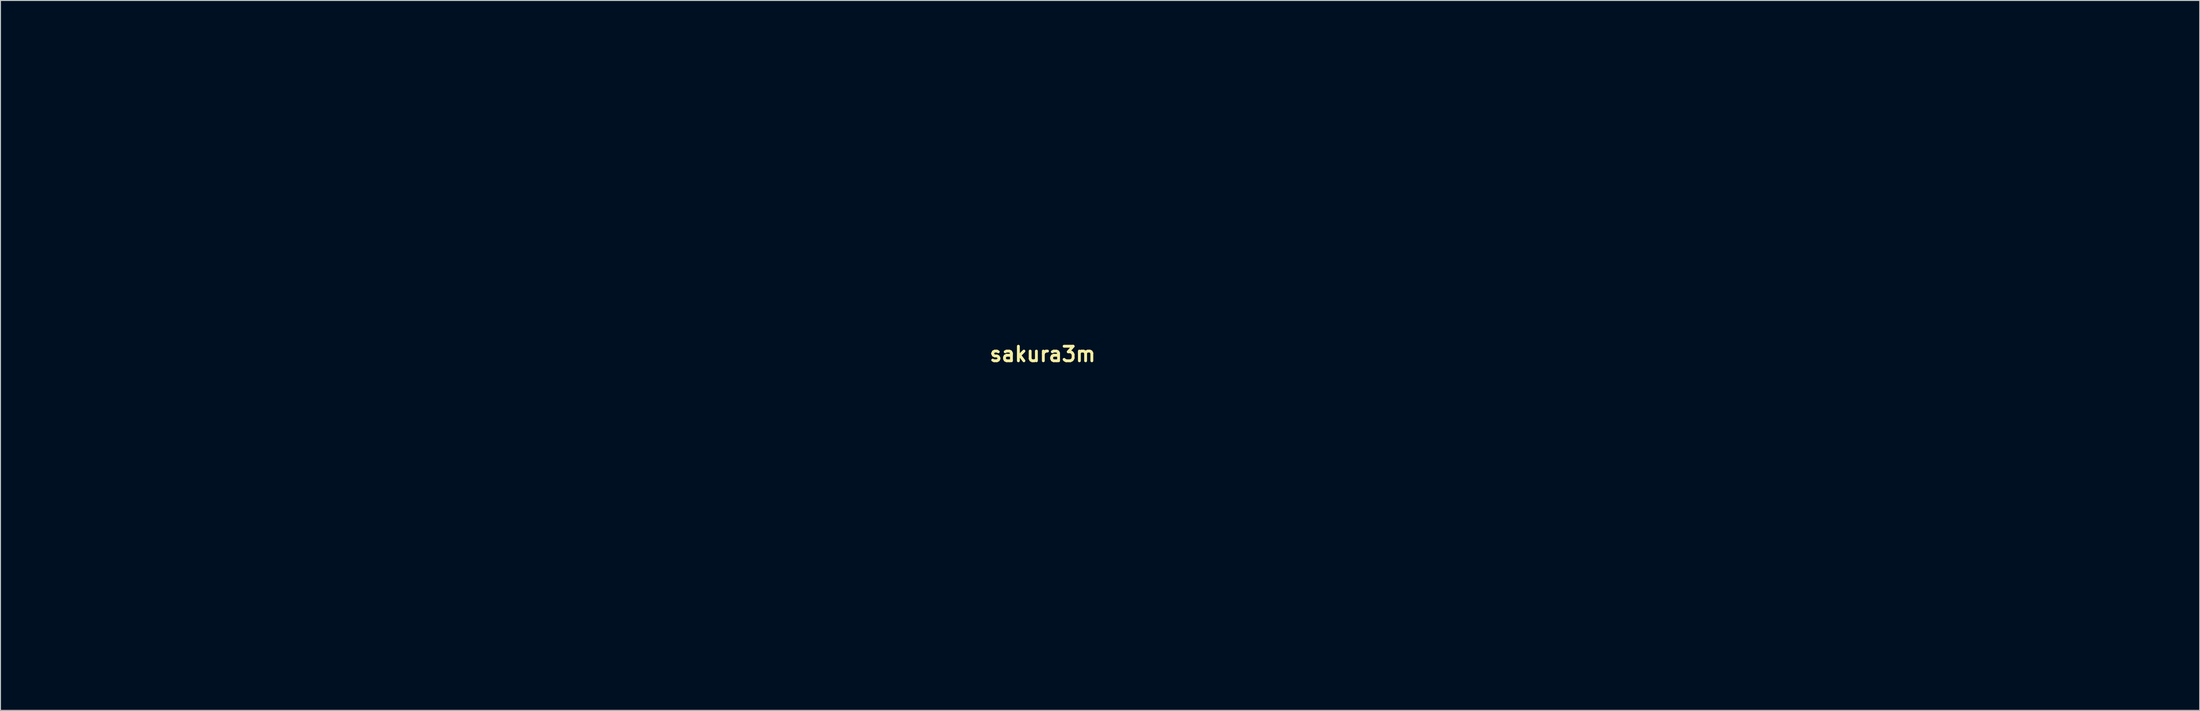
<source format=kicad_pcb>
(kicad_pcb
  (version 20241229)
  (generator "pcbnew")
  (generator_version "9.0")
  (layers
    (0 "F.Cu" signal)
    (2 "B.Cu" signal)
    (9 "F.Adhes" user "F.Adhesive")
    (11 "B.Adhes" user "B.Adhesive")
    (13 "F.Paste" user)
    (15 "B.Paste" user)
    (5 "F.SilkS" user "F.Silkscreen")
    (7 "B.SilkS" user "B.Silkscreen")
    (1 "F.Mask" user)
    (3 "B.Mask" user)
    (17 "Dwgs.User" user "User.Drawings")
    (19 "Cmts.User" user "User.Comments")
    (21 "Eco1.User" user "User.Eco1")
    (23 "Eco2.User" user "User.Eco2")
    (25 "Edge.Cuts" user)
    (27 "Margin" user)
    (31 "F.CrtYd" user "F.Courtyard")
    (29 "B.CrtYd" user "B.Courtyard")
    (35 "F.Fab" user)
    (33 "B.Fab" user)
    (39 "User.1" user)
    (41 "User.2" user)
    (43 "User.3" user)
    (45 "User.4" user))
  (footprint "sakura3m"
    (layer "F.Cu")
    (at 106.083 34.041)
    (property "Reference" "sakura3m" (at 0 0 0) (layer "F.SilkS") (effects (font (size 1.524 1.524) (thickness 0.3))))
    (attr through_hole)
    (fp_poly (pts (xy -86.106 22.479) (xy -86.233 22.606) (xy -86.36 22.479) (xy -86.233 22.352) (xy -86.106 22.479)) (stroke (width 0.01) (type solid)) (fill yes) (layer "F.Mask"))
    (fp_poly (pts (xy -73.914 -8.763) (xy -74.041 -8.636) (xy -74.168 -8.763) (xy -74.041 -8.89) (xy -73.914 -8.763)) (stroke (width 0.01) (type solid)) (fill yes) (layer "F.Mask"))
    (fp_poly (pts (xy -62.23 2.921) (xy -62.357 3.048) (xy -62.484 2.921) (xy -62.357 2.794) (xy -62.23 2.921)) (stroke (width 0.01) (type solid)) (fill yes) (layer "F.Mask"))
    (fp_poly (pts (xy -61.468 17.399) (xy -61.595 17.526) (xy -61.722 17.399) (xy -61.595 17.272) (xy -61.468 17.399)) (stroke (width 0.01) (type solid)) (fill yes) (layer "F.Mask"))
    (fp_poly (pts (xy -54.61 10.287) (xy -54.737 10.414) (xy -54.864 10.287) (xy -54.737 10.16) (xy -54.61 10.287)) (stroke (width 0.01) (type solid)) (fill yes) (layer "F.Mask"))
    (fp_poly (pts (xy -47.752 8.509) (xy -47.879 8.636) (xy -48.006 8.509) (xy -47.879 8.382) (xy -47.752 8.509)) (stroke (width 0.01) (type solid)) (fill yes) (layer "F.Mask"))
    (fp_poly (pts (xy -43.688 -13.589) (xy -43.815 -13.462) (xy -43.942 -13.589) (xy -43.815 -13.716) (xy -43.688 -13.589)) (stroke (width 0.01) (type solid)) (fill yes) (layer "F.Mask"))
    (fp_poly (pts (xy -26.416 -29.591) (xy -26.543 -29.464) (xy -26.67 -29.591) (xy -26.543 -29.718) (xy -26.416 -29.591)) (stroke (width 0.01) (type solid)) (fill yes) (layer "F.Mask"))
    (fp_poly (pts (xy -25.146 -25.019) (xy -25.273 -24.892) (xy -25.4 -25.019) (xy -25.273 -25.146) (xy -25.146 -25.019)) (stroke (width 0.01) (type solid)) (fill yes) (layer "F.Mask"))
    (fp_poly (pts (xy -19.05 -33.909) (xy -19.177 -33.782) (xy -19.304 -33.909) (xy -19.177 -34.036) (xy -19.05 -33.909)) (stroke (width 0.01) (type solid)) (fill yes) (layer "F.Mask"))
    (fp_poly (pts (xy -19.05 -29.337) (xy -19.177 -29.21) (xy -19.304 -29.337) (xy -19.177 -29.464) (xy -19.05 -29.337)) (stroke (width 0.01) (type solid)) (fill yes) (layer "F.Mask"))
    (fp_poly (pts (xy -16.51 23.749) (xy -16.637 23.876) (xy -16.764 23.749) (xy -16.637 23.622) (xy -16.51 23.749)) (stroke (width 0.01) (type solid)) (fill yes) (layer "F.Mask"))
    (fp_poly (pts (xy -2.794 -33.909) (xy -2.921 -33.782) (xy -3.048 -33.909) (xy -2.921 -34.036) (xy -2.794 -33.909)) (stroke (width 0.01) (type solid)) (fill yes) (layer "F.Mask"))
    (fp_poly (pts (xy 7.874 34.163) (xy 7.747 34.29) (xy 7.62 34.163) (xy 7.747 34.036) (xy 7.874 34.163)) (stroke (width 0.01) (type solid)) (fill yes) (layer "F.Mask"))
    (fp_poly (pts (xy 27.178 -16.383) (xy 27.051 -16.256) (xy 26.924 -16.383) (xy 27.051 -16.51) (xy 27.178 -16.383)) (stroke (width 0.01) (type solid)) (fill yes) (layer "F.Mask"))
    (fp_poly (pts (xy 50.292 8.763) (xy 50.165 8.89) (xy 50.038 8.763) (xy 50.165 8.636) (xy 50.292 8.763)) (stroke (width 0.01) (type solid)) (fill yes) (layer "F.Mask"))
    (fp_poly (pts (xy -83.397 12.531) (xy -83.366 12.832) (xy -83.397 12.869) (xy -83.548 12.834) (xy -83.566 12.7) (xy -83.473 12.491) (xy -83.397 12.531)) (stroke (width 0.01) (type solid)) (fill yes) (layer "F.Mask"))
    (fp_poly (pts (xy -53.679 7.959) (xy -53.714 8.11) (xy -53.848 8.128) (xy -54.057 8.035) (xy -54.017 7.959) (xy -53.716 7.928) (xy -53.679 7.959)) (stroke (width 0.01) (type solid)) (fill yes) (layer "F.Mask"))
    (fp_poly (pts (xy -51.901 -28.363) (xy -51.936 -28.212) (xy -52.07 -28.194) (xy -52.279 -28.287) (xy -52.239 -28.363) (xy -51.938 -28.394) (xy -51.901 -28.363)) (stroke (width 0.01) (type solid)) (fill yes) (layer "F.Mask"))
    (fp_poly (pts (xy -26.755 16.595) (xy -26.724 16.896) (xy -26.755 16.933) (xy -26.906 16.898) (xy -26.924 16.764) (xy -26.831 16.555) (xy -26.755 16.595)) (stroke (width 0.01) (type solid)) (fill yes) (layer "F.Mask"))
    (fp_poly (pts (xy -18.881 34.121) (xy -18.916 34.272) (xy -19.05 34.29) (xy -19.259 34.197) (xy -19.219 34.121) (xy -18.918 34.09) (xy -18.881 34.121)) (stroke (width 0.01) (type solid)) (fill yes) (layer "F.Mask"))
    (fp_poly (pts (xy -15.833 -23.537) (xy -15.802 -23.236) (xy -15.833 -23.199) (xy -15.984 -23.234) (xy -16.002 -23.368) (xy -15.909 -23.577) (xy -15.833 -23.537)) (stroke (width 0.01) (type solid)) (fill yes) (layer "F.Mask"))
    (fp_poly (pts (xy -81.367 12.602) (xy -81.407 12.7) (xy -81.635 12.942) (xy -81.676 12.954) (xy -81.785 12.757) (xy -81.788 12.7) (xy -81.593 12.456) (xy -81.519 12.446) (xy -81.367 12.602)) (stroke (width 0.01) (type solid)) (fill yes) (layer "F.Mask"))
    (fp_poly (pts (xy -81.287 7.305) (xy -81.28 7.366) (xy -81.473 7.613) (xy -81.534 7.62) (xy -81.781 7.427) (xy -81.788 7.366) (xy -81.595 7.119) (xy -81.534 7.112) (xy -81.287 7.305)) (stroke (width 0.01) (type solid)) (fill yes) (layer "F.Mask"))
    (fp_poly (pts (xy -35.642 28.335) (xy -35.605 28.617) (xy -35.846 29.048) (xy -36.222 29.151) (xy -36.401 29.046) (xy -36.581 28.61) (xy -36.354 28.268) (xy -36.049 28.194) (xy -35.642 28.335)) (stroke (width 0.01) (type solid)) (fill yes) (layer "F.Mask"))
    (fp_poly (pts (xy -24.936 -30.531) (xy -24.892 -30.353) (xy -25.095 -30.016) (xy -25.273 -29.972) (xy -25.61 -30.175) (xy -25.654 -30.353) (xy -25.451 -30.69) (xy -25.273 -30.734) (xy -24.936 -30.531)) (stroke (width 0.01) (type solid)) (fill yes) (layer "F.Mask"))
    (fp_poly (pts (xy -23.651 -29.766) (xy -23.622 -29.591) (xy -23.759 -29.253) (xy -23.876 -29.21) (xy -24.101 -29.416) (xy -24.13 -29.591) (xy -23.993 -29.929) (xy -23.876 -29.972) (xy -23.651 -29.766)) (stroke (width 0.01) (type solid)) (fill yes) (layer "F.Mask"))
    (fp_poly (pts (xy -17.279 -24.699) (xy -17.272 -24.638) (xy -17.465 -24.391) (xy -17.526 -24.384) (xy -17.773 -24.577) (xy -17.78 -24.638) (xy -17.587 -24.885) (xy -17.526 -24.892) (xy -17.279 -24.699)) (stroke (width 0.01) (type solid)) (fill yes) (layer "F.Mask"))
    (fp_poly (pts (xy 28.701 -21.149) (xy 28.702 -21.13) (xy 28.498 -20.837) (xy 28.3 -20.728) (xy 28.002 -20.721) (xy 27.998 -20.875) (xy 28.231 -21.18) (xy 28.537 -21.297) (xy 28.701 -21.149)) (stroke (width 0.01) (type solid)) (fill yes) (layer "F.Mask"))
    (fp_poly (pts (xy 32.505 -26.223) (xy 32.512 -26.162) (xy 32.319 -25.915) (xy 32.258 -25.908) (xy 32.011 -26.101) (xy 32.004 -26.162) (xy 32.197 -26.409) (xy 32.258 -26.416) (xy 32.505 -26.223)) (stroke (width 0.01) (type solid)) (fill yes) (layer "F.Mask"))
    (fp_poly (pts (xy 41.649 -20.127) (xy 41.656 -20.066) (xy 41.463 -19.819) (xy 41.402 -19.812) (xy 41.155 -20.005) (xy 41.148 -20.066) (xy 41.341 -20.313) (xy 41.402 -20.32) (xy 41.649 -20.127)) (stroke (width 0.01) (type solid)) (fill yes) (layer "F.Mask"))
    (fp_poly (pts (xy 47.715 14.155) (xy 47.752 14.336) (xy 47.619 14.684) (xy 47.498 14.732) (xy 47.251 14.55) (xy 47.244 14.493) (xy 47.429 14.149) (xy 47.498 14.097) (xy 47.715 14.155)) (stroke (width 0.01) (type solid)) (fill yes) (layer "F.Mask"))
    (fp_poly (pts (xy 58.928 19.685) (xy 59.17 19.913) (xy 59.182 19.954) (xy 58.985 20.063) (xy 58.928 20.066) (xy 58.684 19.871) (xy 58.674 19.797) (xy 58.83 19.645) (xy 58.928 19.685)) (stroke (width 0.01) (type solid)) (fill yes) (layer "F.Mask"))
    (fp_poly (pts (xy 29.67 -20.349) (xy 29.912 -20.107) (xy 29.802 -19.888) (xy 29.401 -19.812) (xy 28.859 -19.875) (xy 28.617 -19.981) (xy 28.452 -20.316) (xy 28.741 -20.486) (xy 29.127 -20.491) (xy 29.67 -20.349)) (stroke (width 0.01) (type solid)) (fill yes) (layer "F.Mask"))
    (fp_poly (pts (xy -91.214 -20.926) (xy -91.244 -20.467) (xy -91.381 -19.97) (xy -91.618 -19.64) (xy -91.844 -19.571) (xy -91.948 -19.856) (xy -91.948 -19.869) (xy -91.801 -20.334) (xy -91.561 -20.716) (xy -91.294 -21.023) (xy -91.214 -20.926)) (stroke (width 0.01) (type solid)) (fill yes) (layer "F.Mask"))
    (fp_poly (pts (xy -22.58 -29.026) (xy -22.373 -28.653) (xy -22.374 -28.355) (xy -22.384 -28.345) (xy -22.672 -28.341) (xy -22.797 -28.377) (xy -23.058 -28.642) (xy -23.094 -29.003) (xy -22.886 -29.208) (xy -22.852 -29.21) (xy -22.58 -29.026)) (stroke (width 0.01) (type solid)) (fill yes) (layer "F.Mask"))
    (fp_poly (pts (xy 39.313 -33.986) (xy 39.581 -33.831) (xy 39.371 -33.516) (xy 39.045 -33.265) (xy 38.446 -33.013) (xy 37.909 -33.135) (xy 37.467 -33.442) (xy 37.507 -33.713) (xy 38.001 -33.912) (xy 38.564 -33.987) (xy 39.313 -33.986)) (stroke (width 0.01) (type solid)) (fill yes) (layer "F.Mask"))
    (fp_poly (pts (xy 50.574 -20.639) (xy 50.941 -20.193) (xy 50.963 -19.688) (xy 50.62 -19.365) (xy 50.124 -19.342) (xy 49.729 -19.616) (xy 49.684 -19.706) (xy 49.538 -20.405) (xy 49.749 -20.775) (xy 50.007 -20.828) (xy 50.574 -20.639)) (stroke (width 0.01) (type solid)) (fill yes) (layer "F.Mask"))
    (fp_poly (pts (xy 106.234 2.078) (xy 106.719 2.333) (xy 106.884 2.825) (xy 106.798 3.427) (xy 106.444 3.653) (xy 105.946 3.45) (xy 105.784 3.294) (xy 105.49 2.738) (xy 105.585 2.283) (xy 106.017 2.069) (xy 106.234 2.078)) (stroke (width 0.01) (type solid)) (fill yes) (layer "F.Mask"))
    (fp_poly (pts (xy -85.288 -21.131) (xy -84.895 -20.64) (xy -84.812 -20.047) (xy -84.915 -19.78) (xy -85.396 -19.363) (xy -85.931 -19.397) (xy -86.373 -19.87) (xy -86.399 -19.923) (xy -86.566 -20.641) (xy -86.374 -21.148) (xy -85.874 -21.336) (xy -85.288 -21.131)) (stroke (width 0.01) (type solid)) (fill yes) (layer "F.Mask"))
    (fp_poly (pts (xy -63.92 11.955) (xy -63.597 12.464) (xy -63.542 12.692) (xy -63.594 13.313) (xy -63.981 13.557) (xy -64.325 13.527) (xy -64.729 13.212) (xy -64.951 12.646) (xy -64.924 12.074) (xy -64.795 11.862) (xy -64.37 11.721) (xy -63.92 11.955)) (stroke (width 0.01) (type solid)) (fill yes) (layer "F.Mask"))
    (fp_poly (pts (xy 93.872 -9.784) (xy 94.119 -9.312) (xy 94.122 -9.302) (xy 94.158 -8.573) (xy 93.873 -8.181) (xy 93.337 -8.186) (xy 93.005 -8.351) (xy 92.736 -8.768) (xy 92.789 -9.304) (xy 93.105 -9.738) (xy 93.4 -9.859) (xy 93.872 -9.784)) (stroke (width 0.01) (type solid)) (fill yes) (layer "F.Mask"))
    (fp_poly (pts (xy -33.235 -12.84) (xy -32.76 -12.44) (xy -32.416 -11.97) (xy -32.464 -11.528) (xy -32.515 -11.424) (xy -32.965 -10.994) (xy -33.511 -10.984) (xy -33.987 -11.381) (xy -34.079 -11.549) (xy -34.235 -12.131) (xy -34.042 -12.565) (xy -33.642 -12.904) (xy -33.235 -12.84)) (stroke (width 0.01) (type solid)) (fill yes) (layer "F.Mask"))
    (fp_poly (pts (xy -26.701 -32.083) (xy -26.25 -31.672) (xy -26.187 -31.606) (xy -25.814 -31.063) (xy -25.803 -30.713) (xy -26.086 -30.651) (xy -26.597 -30.974) (xy -26.621 -30.996) (xy -27.003 -31.477) (xy -27.18 -31.938) (xy -27.105 -32.224) (xy -26.988 -32.254) (xy -26.701 -32.083)) (stroke (width 0.01) (type solid)) (fill yes) (layer "F.Mask"))
    (fp_poly (pts (xy 18.503 -30.29) (xy 18.8 -29.839) (xy 18.911 -29.281) (xy 18.862 -29.02) (xy 18.533 -28.739) (xy 18.019 -28.763) (xy 17.53 -29.079) (xy 17.508 -29.104) (xy 17.345 -29.626) (xy 17.575 -30.131) (xy 18.113 -30.433) (xy 18.126 -30.435) (xy 18.503 -30.29)) (stroke (width 0.01) (type solid)) (fill yes) (layer "F.Mask"))
    (fp_poly (pts (xy 74.451 -29.507) (xy 74.734 -29.007) (xy 74.661 -28.414) (xy 74.642 -28.378) (xy 74.194 -28.002) (xy 73.635 -28.003) (xy 73.189 -28.379) (xy 73.182 -28.391) (xy 73.089 -28.992) (xy 73.365 -29.499) (xy 73.903 -29.718) (xy 73.918 -29.718) (xy 74.451 -29.507)) (stroke (width 0.01) (type solid)) (fill yes) (layer "F.Mask"))
    (fp_poly (pts (xy 113.367 -9.721) (xy 113.635 -9.219) (xy 113.502 -8.479) (xy 113.439 -8.342) (xy 112.98 -7.789) (xy 112.436 -7.722) (xy 111.935 -8.075) (xy 111.583 -8.688) (xy 111.543 -9.291) (xy 111.816 -9.707) (xy 111.908 -9.752) (xy 112.769 -9.919) (xy 113.367 -9.721)) (stroke (width 0.01) (type solid)) (fill yes) (layer "F.Mask"))
    (fp_poly (pts (xy -102.763 -30.816) (xy -102.319 -30.373) (xy -102.001 -29.673) (xy -101.942 -29.4) (xy -101.875 -28.775) (xy -101.984 -28.504) (xy -102.281 -28.448) (xy -102.817 -28.614) (xy -103.345 -28.98) (xy -103.8 -29.691) (xy -103.837 -30.184) (xy -103.623 -30.763) (xy -103.232 -30.96) (xy -102.763 -30.816)) (stroke (width 0.01) (type solid)) (fill yes) (layer "F.Mask"))
    (fp_poly (pts (xy -88.646 -14.677) (xy -88.052 -14.494) (xy -87.463 -14.166) (xy -86.924 -13.705) (xy -86.564 -13.243) (xy -86.511 -12.916) (xy -86.908 -12.713) (xy -87.574 -12.883) (xy -88.448 -13.407) (xy -88.449 -13.408) (xy -89.141 -14.014) (xy -89.391 -14.462) (xy -89.22 -14.7) (xy -88.646 -14.677)) (stroke (width 0.01) (type solid)) (fill yes) (layer "F.Mask"))
    (fp_poly (pts (xy -1.012 -5.073) (xy -0.637 -4.613) (xy -0.574 -3.922) (xy -0.649 -3.633) (xy -1.074 -3.032) (xy -1.697 -2.827) (xy -2.371 -3.044) (xy -2.668 -3.303) (xy -2.981 -3.714) (xy -2.978 -4.067) (xy -2.734 -4.521) (xy -2.187 -5.081) (xy -1.571 -5.247) (xy -1.012 -5.073)) (stroke (width 0.01) (type solid)) (fill yes) (layer "F.Mask"))
    (fp_poly (pts (xy 90.555 -5.975) (xy 91.28 -5.878) (xy 91.599 -5.721) (xy 91.612 -5.432) (xy 91.56 -5.28) (xy 91.231 -5.034) (xy 90.629 -4.927) (xy 89.976 -4.977) (xy 89.603 -5.118) (xy 89.445 -5.46) (xy 89.483 -5.672) (xy 89.792 -5.943) (xy 90.474 -5.982) (xy 90.555 -5.975)) (stroke (width 0.01) (type solid)) (fill yes) (layer "F.Mask"))
    (fp_poly (pts (xy -88.453 -26.04) (xy -88.593 -25.749) (xy -88.973 -25.403) (xy -89.492 -25.117) (xy -90.094 -24.871) (xy -90.473 -24.704) (xy -90.487 -24.697) (xy -90.656 -24.798) (xy -90.672 -24.934) (xy -90.461 -25.228) (xy -89.958 -25.6) (xy -89.342 -25.941) (xy -88.792 -26.144) (xy -88.644 -26.162) (xy -88.453 -26.04)) (stroke (width 0.01) (type solid)) (fill yes) (layer "F.Mask"))
    (fp_poly (pts (xy -53.531 -13.601) (xy -53.096 -13.337) (xy -52.832 -13.046) (xy -52.859 -12.873) (xy -53.216 -12.738) (xy -53.826 -12.582) (xy -54.495 -12.447) (xy -55.028 -12.373) (xy -55.226 -12.385) (xy -55.23 -12.69) (xy -54.942 -13.112) (xy -54.503 -13.502) (xy -54.053 -13.71) (xy -53.977 -13.716) (xy -53.531 -13.601)) (stroke (width 0.01) (type solid)) (fill yes) (layer "F.Mask"))
    (fp_poly (pts (xy -43.907 -17.839) (xy -43.768 -17.762) (xy -43.246 -17.345) (xy -43.102 -16.791) (xy -43.109 -16.621) (xy -43.347 -15.847) (xy -43.842 -15.385) (xy -44.474 -15.302) (xy -45.001 -15.557) (xy -45.472 -16.148) (xy -45.456 -16.802) (xy -45.079 -17.424) (xy -44.662 -17.894) (xy -44.342 -18.014) (xy -43.907 -17.839)) (stroke (width 0.01) (type solid)) (fill yes) (layer "F.Mask"))
    (fp_poly (pts (xy -7.132 31.64) (xy -6.646 32.191) (xy -6.429 32.867) (xy -6.571 33.552) (xy -6.75 33.803) (xy -7.416 34.201) (xy -8.243 34.267) (xy -9.009 34.003) (xy -9.269 33.784) (xy -9.572 33.118) (xy -9.493 32.368) (xy -9.086 31.716) (xy -8.563 31.386) (xy -7.801 31.332) (xy -7.132 31.64)) (stroke (width 0.01) (type solid)) (fill yes) (layer "F.Mask"))
    (fp_poly (pts (xy 26.811 26.778) (xy 27.31 27.068) (xy 27.432 27.564) (xy 27.352 28.039) (xy 27.199 28.194) (xy 26.755 28.265) (xy 26.627 28.301) (xy 26.094 28.316) (xy 25.971 28.28) (xy 25.726 27.95) (xy 25.664 27.409) (xy 25.796 26.921) (xy 25.922 26.788) (xy 26.357 26.717) (xy 26.811 26.778)) (stroke (width 0.01) (type solid)) (fill yes) (layer "F.Mask"))
    (fp_poly (pts (xy 53.213 -33.274) (xy 52.811 -32.72) (xy 52.26 -32.525) (xy 52 -32.516) (xy 51.196 -32.622) (xy 50.548 -32.84) (xy 50.049 -33.225) (xy 49.831 -33.598) (xy 49.846 -33.821) (xy 50.064 -33.954) (xy 50.58 -34.017) (xy 51.492 -34.036) (xy 51.677 -34.036) (xy 53.607 -34.036) (xy 53.213 -33.274)) (stroke (width 0.01) (type solid)) (fill yes) (layer "F.Mask"))
    (fp_poly (pts (xy -79.377 -12.278) (xy -78.966 -11.894) (xy -78.88 -11.801) (xy -78.369 -11.118) (xy -78.263 -10.519) (xy -78.495 -9.889) (xy -78.956 -9.489) (xy -79.596 -9.435) (xy -80.217 -9.732) (xy -80.33 -9.842) (xy -80.602 -10.487) (xy -80.516 -11.263) (xy -80.102 -11.973) (xy -79.997 -12.077) (xy -79.661 -12.324) (xy -79.377 -12.278)) (stroke (width 0.01) (type solid)) (fill yes) (layer "F.Mask"))
    (fp_poly (pts (xy -73.085 -22.035) (xy -72.325 -21.488) (xy -72.005 -20.808) (xy -72.16 -20.066) (xy -72.175 -20.038) (xy -72.682 -19.343) (xy -73.256 -19.076) (xy -74.031 -19.193) (xy -74.415 -19.333) (xy -75.067 -19.715) (xy -75.372 -20.287) (xy -75.434 -20.968) (xy -75.265 -21.803) (xy -74.774 -22.263) (xy -74.001 -22.331) (xy -73.085 -22.035)) (stroke (width 0.01) (type solid)) (fill yes) (layer "F.Mask"))
    (fp_poly (pts (xy -83.865 -27.03) (xy -83.88 -26.674) (xy -84.216 -26.239) (xy -84.446 -26.064) (xy -85.029 -25.733) (xy -85.438 -25.699) (xy -85.852 -25.912) (xy -86.105 -26.151) (xy -85.903 -26.378) (xy -85.852 -26.412) (xy -85.267 -26.638) (xy -85.026 -26.666) (xy -84.649 -26.789) (xy -84.582 -26.924) (xy -84.376 -27.149) (xy -84.201 -27.178) (xy -83.865 -27.03)) (stroke (width 0.01) (type solid)) (fill yes) (layer "F.Mask"))
    (fp_poly (pts (xy -64.232 24.079) (xy -63.42 24.602) (xy -63.309 24.701) (xy -62.841 25.282) (xy -62.798 25.854) (xy -63.148 26.552) (xy -63.676 27.026) (xy -64.312 27.173) (xy -64.865 26.959) (xy -64.956 26.86) (xy -65.204 26.411) (xy -65.472 25.746) (xy -65.491 25.692) (xy -65.632 24.805) (xy -65.416 24.217) (xy -64.924 23.963) (xy -64.232 24.079)) (stroke (width 0.01) (type solid)) (fill yes) (layer "F.Mask"))
    (fp_poly (pts (xy -54.662 20.982) (xy -53.987 21.362) (xy -53.458 21.896) (xy -53.215 22.465) (xy -53.235 22.699) (xy -53.655 23.548) (xy -54.23 24.011) (xy -54.871 24.05) (xy -55.472 23.652) (xy -55.766 23.081) (xy -55.941 22.266) (xy -55.956 22.064) (xy -55.96 21.369) (xy -55.835 21.03) (xy -55.506 20.9) (xy -55.344 20.878) (xy -54.662 20.982)) (stroke (width 0.01) (type solid)) (fill yes) (layer "F.Mask"))
    (fp_poly (pts (xy -17.707 -30.009) (xy -17.562 -29.455) (xy -17.63 -28.828) (xy -17.871 -28.356) (xy -18.373 -28.199) (xy -18.547 -28.194) (xy -19.08 -28.268) (xy -19.304 -28.446) (xy -19.304 -28.448) (xy -19.088 -28.644) (xy -18.713 -28.702) (xy -18.307 -28.772) (xy -18.196 -29.083) (xy -18.234 -29.464) (xy -18.233 -30.036) (xy -18.055 -30.226) (xy -17.707 -30.009)) (stroke (width 0.01) (type solid)) (fill yes) (layer "F.Mask"))
    (fp_poly (pts (xy 1.442 27.626) (xy 1.681 28.19) (xy 1.511 28.901) (xy 1.345 29.161) (xy 0.864 29.712) (xy 0.435 29.865) (xy -0.135 29.668) (xy -0.318 29.572) (xy -0.806 29.24) (xy -1.016 28.965) (xy -1.016 28.96) (xy -0.857 28.352) (xy -0.479 27.745) (xy -0.032 27.372) (xy 0.031 27.35) (xy 0.868 27.313) (xy 1.442 27.626)) (stroke (width 0.01) (type solid)) (fill yes) (layer "F.Mask"))
    (fp_poly (pts (xy 12.801 24.44) (xy 13.527 24.9) (xy 14.019 25.661) (xy 14.162 26.352) (xy 13.972 26.926) (xy 13.443 27.34) (xy 12.732 27.529) (xy 12.001 27.424) (xy 11.822 27.338) (xy 11.116 26.849) (xy 10.734 26.316) (xy 10.583 25.86) (xy 10.547 25.318) (xy 10.838 24.897) (xy 11.117 24.68) (xy 11.959 24.345) (xy 12.801 24.44)) (stroke (width 0.01) (type solid)) (fill yes) (layer "F.Mask"))
    (fp_poly (pts (xy 25.571 -23.229) (xy 26.355 -22.774) (xy 26.466 -22.698) (xy 27.158 -22.151) (xy 27.414 -21.78) (xy 27.223 -21.603) (xy 27.051 -21.59) (xy 26.714 -21.789) (xy 26.67 -21.963) (xy 26.503 -22.219) (xy 26.28 -22.186) (xy 25.838 -22.239) (xy 25.321 -22.548) (xy 24.952 -22.955) (xy 24.892 -23.153) (xy 25.069 -23.36) (xy 25.571 -23.229)) (stroke (width 0.01) (type solid)) (fill yes) (layer "F.Mask"))
    (fp_poly (pts (xy 77.565 -30.143) (xy 77.576 -30.137) (xy 78.022 -29.571) (xy 78.191 -28.777) (xy 78.067 -27.962) (xy 77.8 -27.498) (xy 77.114 -26.913) (xy 76.482 -26.83) (xy 75.882 -27.247) (xy 75.725 -27.442) (xy 75.29 -28.288) (xy 75.344 -29.024) (xy 75.896 -29.694) (xy 76.179 -29.903) (xy 76.774 -30.259) (xy 77.171 -30.328) (xy 77.565 -30.143)) (stroke (width 0.01) (type solid)) (fill yes) (layer "F.Mask"))
    (fp_poly (pts (xy 116.602 -10.581) (xy 117.32 -10.18) (xy 117.372 -10.143) (xy 117.959 -9.462) (xy 118.107 -8.653) (xy 117.803 -7.856) (xy 117.602 -7.62) (xy 117.149 -7.231) (xy 116.758 -7.165) (xy 116.332 -7.291) (xy 115.539 -7.768) (xy 115.027 -8.443) (xy 114.836 -9.189) (xy 115.007 -9.881) (xy 115.373 -10.273) (xy 116.015 -10.608) (xy 116.602 -10.581)) (stroke (width 0.01) (type solid)) (fill yes) (layer "F.Mask"))
    (fp_poly (pts (xy -81.205 -5.145) (xy -80.693 -4.611) (xy -80.603 -4.368) (xy -80.571 -3.909) (xy -80.794 -3.486) (xy -81.356 -2.949) (xy -81.42 -2.894) (xy -82.223 -2.319) (xy -82.862 -2.141) (xy -83.472 -2.342) (xy -83.827 -2.597) (xy -84.284 -3.186) (xy -84.477 -3.754) (xy -84.428 -4.313) (xy -84.053 -4.769) (xy -83.745 -4.993) (xy -82.87 -5.363) (xy -81.977 -5.405) (xy -81.205 -5.145)) (stroke (width 0.01) (type solid)) (fill yes) (layer "F.Mask"))
    (fp_poly (pts (xy -29.978 -9.417) (xy -29.972 -9.366) (xy -29.761 -9.18) (xy -29.507 -9.144) (xy -29.049 -8.939) (xy -28.717 -8.538) (xy -28.537 -7.77) (xy -28.765 -7.091) (xy -29.3 -6.602) (xy -30.043 -6.402) (xy -30.734 -6.525) (xy -31.553 -7.043) (xy -31.947 -7.756) (xy -31.884 -8.575) (xy -31.631 -9.056) (xy -31.238 -9.376) (xy -30.709 -9.567) (xy -30.227 -9.592) (xy -29.978 -9.417)) (stroke (width 0.01) (type solid)) (fill yes) (layer "F.Mask"))
    (fp_poly (pts (xy 21.614 25.921) (xy 22.241 26.12) (xy 22.653 26.164) (xy 23.253 26.401) (xy 23.533 26.797) (xy 23.686 27.329) (xy 23.514 27.805) (xy 23.325 28.065) (xy 22.644 28.582) (xy 21.848 28.643) (xy 21.048 28.246) (xy 20.876 28.092) (xy 20.513 27.694) (xy 20.427 27.36) (xy 20.597 26.873) (xy 20.727 26.596) (xy 21.053 26.017) (xy 21.338 25.836) (xy 21.614 25.921)) (stroke (width 0.01) (type solid)) (fill yes) (layer "F.Mask"))
    (fp_poly (pts (xy -76.493 -25.501) (xy -76.019 -24.997) (xy -76.049 -24.478) (xy -76.411 -24.042) (xy -76.824 -23.704) (xy -77.101 -23.664) (xy -77.386 -23.819) (xy -77.667 -24.191) (xy -77.692 -24.257) (xy -76.962 -24.257) (xy -76.835 -24.13) (xy -76.708 -24.257) (xy -76.835 -24.384) (xy -76.962 -24.257) (xy -77.692 -24.257) (xy -77.853 -24.683) (xy -77.832 -25.327) (xy -77.471 -25.692) (xy -76.896 -25.702) (xy -76.493 -25.501)) (stroke (width 0.01) (type solid)) (fill yes) (layer "F.Mask"))
    (fp_poly (pts (xy -46.12 28.857) (xy -45.647 29.256) (xy -45.234 29.96) (xy -44.987 30.766) (xy -44.958 31.102) (xy -45.13 31.734) (xy -45.546 32.333) (xy -46.057 32.712) (xy -46.291 32.762) (xy -46.745 32.65) (xy -47.22 32.445) (xy -47.98 31.897) (xy -48.475 31.23) (xy -48.626 30.574) (xy -48.543 30.28) (xy -48.103 29.754) (xy -47.45 29.269) (xy -46.758 28.929) (xy -46.202 28.836) (xy -46.12 28.857)) (stroke (width 0.01) (type solid)) (fill yes) (layer "F.Mask"))
    (fp_poly (pts (xy 8.109 -6.387) (xy 8.651 -5.844) (xy 8.983 -5.118) (xy 9.168 -4.424) (xy 9.209 -3.962) (xy 9.158 -3.861) (xy 9.034 -3.592) (xy 9.064 -3.325) (xy 8.964 -2.925) (xy 8.525 -2.658) (xy 7.907 -2.544) (xy 7.265 -2.602) (xy 6.757 -2.85) (xy 6.613 -3.031) (xy 6.381 -3.82) (xy 6.364 -4.748) (xy 6.548 -5.595) (xy 6.828 -6.066) (xy 7.483 -6.469) (xy 8.109 -6.387)) (stroke (width 0.01) (type solid)) (fill yes) (layer "F.Mask"))
    (fp_poly (pts (xy 49.818 11.582) (xy 50.37 11.961) (xy 50.527 12.088) (xy 51.1 12.797) (xy 51.319 13.577) (xy 51.166 14.285) (xy 50.864 14.632) (xy 50.407 14.901) (xy 49.945 14.909) (xy 49.266 14.658) (xy 49.236 14.645) (xy 48.375 14.15) (xy 47.824 13.603) (xy 47.664 13.089) (xy 47.688 12.994) (xy 48 12.514) (xy 48.519 11.99) (xy 49.069 11.577) (xy 49.447 11.43) (xy 49.818 11.582)) (stroke (width 0.01) (type solid)) (fill yes) (layer "F.Mask"))
    (fp_poly (pts (xy 98.375 1.787) (xy 98.966 1.968) (xy 98.976 1.975) (xy 99.345 2.465) (xy 99.464 3.146) (xy 99.301 3.761) (xy 99.205 3.882) (xy 98.884 4.316) (xy 98.806 4.554) (xy 98.671 4.79) (xy 98.615 4.791) (xy 98.24 4.723) (xy 97.79 4.641) (xy 96.91 4.295) (xy 96.451 3.677) (xy 96.43 2.823) (xy 96.63 2.223) (xy 96.997 1.936) (xy 97.649 1.784) (xy 98.375 1.787)) (stroke (width 0.01) (type solid)) (fill yes) (layer "F.Mask"))
    (fp_poly (pts (xy -1.882 3.456) (xy -1.382 4.002) (xy -1.074 4.587) (xy -0.962 5.241) (xy -1.044 5.796) (xy -1.318 6.085) (xy -1.405 6.096) (xy -1.768 6.233) (xy -1.82 6.309) (xy -2.095 6.408) (xy -2.562 6.342) (xy -3.467 5.977) (xy -4.169 5.475) (xy -4.542 4.935) (xy -4.572 4.756) (xy -4.392 4.266) (xy -3.942 3.685) (xy -3.775 3.525) (xy -3.11 3.077) (xy -2.511 3.047) (xy -1.882 3.456)) (stroke (width 0.01) (type solid)) (fill yes) (layer "F.Mask"))
    (fp_poly (pts (xy 39.226 25.857) (xy 39.231 26.334) (xy 39.094 26.916) (xy 38.849 27.423) (xy 38.694 27.594) (xy 38.422 28.011) (xy 38.408 28.229) (xy 38.262 28.504) (xy 37.779 28.627) (xy 37.113 28.581) (xy 36.582 28.424) (xy 36.274 28.28) (xy 36.182 28.118) (xy 36.35 27.851) (xy 36.823 27.392) (xy 37.344 26.922) (xy 38.063 26.312) (xy 38.664 25.864) (xy 39.027 25.668) (xy 39.046 25.665) (xy 39.226 25.857)) (stroke (width 0.01) (type solid)) (fill yes) (layer "F.Mask"))
    (fp_poly (pts (xy 56.669 18.937) (xy 56.761 19.037) (xy 57.118 19.244) (xy 57.546 19.304) (xy 57.96 19.37) (xy 58.134 19.665) (xy 58.166 20.227) (xy 57.981 21.16) (xy 57.578 21.695) (xy 57.179 22.017) (xy 56.801 22.112) (xy 56.243 22.004) (xy 55.857 21.888) (xy 54.946 21.433) (xy 54.324 20.776) (xy 54.102 20.054) (xy 54.314 19.612) (xy 54.841 19.217) (xy 55.519 18.93) (xy 56.183 18.816) (xy 56.669 18.937)) (stroke (width 0.01) (type solid)) (fill yes) (layer "F.Mask"))
    (fp_poly (pts (xy -96.857 -32.558) (xy -96.246 -32.17) (xy -95.707 -31.562) (xy -95.333 -30.814) (xy -95.217 -30.008) (xy -95.22 -29.964) (xy -95.473 -29.595) (xy -96.051 -29.298) (xy -96.77 -29.146) (xy -97.218 -29.159) (xy -97.701 -29.452) (xy -97.992 -30.011) (xy -97.983 -30.602) (xy -97.926 -30.72) (xy -97.933 -30.964) (xy -98.029 -30.988) (xy -98.256 -31.181) (xy -98.251 -31.643) (xy -98.029 -32.195) (xy -97.928 -32.345) (xy -97.449 -32.643) (xy -96.857 -32.558)) (stroke (width 0.01) (type solid)) (fill yes) (layer "F.Mask"))
    (fp_poly (pts (xy 103.354 1.507) (xy 103.471 1.832) (xy 103.519 2.191) (xy 103.598 2.246) (xy 104.12 2.273) (xy 104.341 2.594) (xy 104.346 3.221) (xy 104.269 3.798) (xy 104.069 4.08) (xy 103.597 4.189) (xy 103.124 4.221) (xy 102.322 4.207) (xy 101.681 4.094) (xy 101.537 4.035) (xy 101.139 3.599) (xy 101.221 3.034) (xy 101.6 2.54) (xy 101.977 2.031) (xy 102.108 1.634) (xy 102.273 1.346) (xy 102.806 1.317) (xy 103.354 1.507)) (stroke (width 0.01) (type solid)) (fill yes) (layer "F.Mask"))
    (fp_poly (pts (xy 15.852 -30.609) (xy 15.938 -30.573) (xy 16.529 -30.225) (xy 16.747 -29.76) (xy 16.76 -29.527) (xy 16.646 -28.742) (xy 16.231 -28.225) (xy 15.828 -27.978) (xy 14.886 -27.715) (xy 13.859 -27.917) (xy 13.815 -27.935) (xy 13.334 -28.267) (xy 13.084 -28.692) (xy 13.154 -29.041) (xy 13.208 -29.083) (xy 13.346 -29.409) (xy 13.316 -29.548) (xy 13.442 -29.862) (xy 13.923 -30.26) (xy 14.153 -30.396) (xy 14.813 -30.715) (xy 15.297 -30.778) (xy 15.852 -30.609)) (stroke (width 0.01) (type solid)) (fill yes) (layer "F.Mask"))
    (fp_poly (pts (xy 71.819 -26.766) (xy 72.378 -26.621) (xy 72.63 -26.448) (xy 72.755 -26.084) (xy 72.803 -25.879) (xy 72.915 -24.744) (xy 72.635 -23.905) (xy 72.449 -23.681) (xy 71.883 -23.36) (xy 71.104 -23.179) (xy 70.352 -23.174) (xy 69.952 -23.306) (xy 69.62 -23.667) (xy 69.378 -24.054) (xy 69.289 -24.702) (xy 69.523 -25.434) (xy 69.981 -26.055) (xy 70.561 -26.369) (xy 70.569 -26.37) (xy 71.005 -26.529) (xy 71.12 -26.693) (xy 71.331 -26.815) (xy 71.819 -26.766)) (stroke (width 0.01) (type solid)) (fill yes) (layer "F.Mask"))
    (fp_poly (pts (xy 79.732 -5.58) (xy 79.983 -5.361) (xy 80.325 -4.955) (xy 80.377 -4.572) (xy 80.17 -3.976) (xy 80.165 -3.966) (xy 79.864 -3.333) (xy 79.526 -2.975) (xy 78.984 -2.774) (xy 78.293 -2.647) (xy 77.615 -2.574) (xy 77.231 -2.698) (xy 76.939 -3.104) (xy 76.857 -3.26) (xy 76.582 -3.867) (xy 76.455 -4.294) (xy 76.454 -4.316) (xy 76.68 -4.84) (xy 77.258 -5.331) (xy 78.039 -5.681) (xy 78.431 -5.765) (xy 79.201 -5.794) (xy 79.732 -5.58)) (stroke (width 0.01) (type solid)) (fill yes) (layer "F.Mask"))
    (fp_poly (pts (xy -103.871 -24.484) (xy -103.107 -24.333) (xy -102.321 -24.087) (xy -101.723 -23.62) (xy -101.377 -22.879) (xy -101.323 -22.051) (xy -101.598 -21.321) (xy -101.719 -21.181) (xy -102.176 -20.958) (xy -102.936 -20.78) (xy -103.795 -20.677) (xy -104.549 -20.676) (xy -104.902 -20.749) (xy -105.488 -21.219) (xy -105.929 -21.967) (xy -106.078 -22.606) (xy -105.943 -23.284) (xy -105.557 -23.853) (xy -105.054 -24.126) (xy -104.99 -24.13) (xy -104.678 -24.277) (xy -104.648 -24.378) (xy -104.431 -24.504) (xy -103.871 -24.484)) (stroke (width 0.01) (type solid)) (fill yes) (layer "F.Mask"))
    (fp_poly (pts (xy -89.298 -13.395) (xy -88.301 -12.651) (xy -87.749 -11.987) (xy -87.605 -11.321) (xy -87.832 -10.568) (xy -87.948 -10.347) (xy -88.185 -9.91) (xy -88.265 -9.745) (xy -88.483 -9.675) (xy -89.01 -9.552) (xy -89.05 -9.543) (xy -89.762 -9.514) (xy -90.161 -9.768) (xy -90.64 -10.099) (xy -90.924 -10.16) (xy -91.515 -10.386) (xy -91.985 -10.952) (xy -92.2 -11.689) (xy -92.202 -11.773) (xy -92.067 -12.406) (xy -91.728 -13.185) (xy -91.566 -13.464) (xy -90.93 -14.471) (xy -89.298 -13.395)) (stroke (width 0.01) (type solid)) (fill yes) (layer "F.Mask"))
    (fp_poly (pts (xy -42.248 -3.012) (xy -41.75 -2.778) (xy -41.08 -2.421) (xy -40.754 -2.084) (xy -40.649 -1.588) (xy -40.64 -1.15) (xy -40.705 -0.374) (xy -40.956 0.102) (xy -41.266 0.352) (xy -42.027 0.71) (xy -42.593 0.693) (xy -42.799 0.508) (xy -43.162 0.284) (xy -43.385 0.252) (xy -43.822 0.031) (xy -44.234 -0.509) (xy -44.52 -1.183) (xy -44.576 -1.808) (xy -44.565 -1.864) (xy -44.257 -2.364) (xy -43.697 -2.835) (xy -43.643 -2.867) (xy -43.145 -3.123) (xy -42.749 -3.175) (xy -42.248 -3.012)) (stroke (width 0.01) (type solid)) (fill yes) (layer "F.Mask"))
    (fp_poly (pts (xy 1.426 -0.418) (xy 1.421 -0.293) (xy 1.445 -0.042) (xy 1.641 0) (xy 1.916 0.174) (xy 1.904 0.617) (xy 1.648 1.21) (xy 1.186 1.834) (xy 0.92 2.095) (xy 0.058 2.658) (xy -0.693 2.746) (xy -1.307 2.356) (xy -1.312 2.349) (xy -1.583 1.847) (xy -1.717 1.25) (xy -1.698 0.743) (xy -1.508 0.509) (xy -1.486 0.508) (xy -1.11 0.324) (xy -0.908 0.11) (xy -0.568 -0.13) (xy -0.015 -0.328) (xy 0.602 -0.46) (xy 1.132 -0.498) (xy 1.426 -0.418)) (stroke (width 0.01) (type solid)) (fill yes) (layer "F.Mask"))
    (fp_poly (pts (xy 22.867 32.044) (xy 23.593 32.364) (xy 24.048 32.733) (xy 24.13 32.942) (xy 24.335 33.329) (xy 24.511 33.436) (xy 24.849 33.756) (xy 24.892 33.936) (xy 24.776 34.116) (xy 24.375 34.226) (xy 23.607 34.279) (xy 22.733 34.29) (xy 21.757 34.277) (xy 21.011 34.242) (xy 20.611 34.193) (xy 20.574 34.171) (xy 20.686 33.893) (xy 20.964 33.356) (xy 21.041 33.218) (xy 21.321 32.594) (xy 21.412 32.124) (xy 21.401 32.07) (xy 21.506 31.852) (xy 22.014 31.847) (xy 22.867 32.044)) (stroke (width 0.01) (type solid)) (fill yes) (layer "F.Mask"))
    (fp_poly (pts (xy 37.628 31.159) (xy 37.673 31.178) (xy 38.266 31.465) (xy 38.588 31.723) (xy 38.608 31.777) (xy 38.811 31.984) (xy 38.95 32.004) (xy 39.189 32.219) (xy 39.307 32.734) (xy 39.292 33.351) (xy 39.133 33.873) (xy 39.07 33.965) (xy 38.637 34.163) (xy 37.797 34.273) (xy 37.186 34.29) (xy 36.269 34.266) (xy 35.714 34.165) (xy 35.376 33.945) (xy 35.203 33.718) (xy 34.937 32.895) (xy 35.132 32.081) (xy 35.754 31.396) (xy 35.923 31.286) (xy 36.51 30.989) (xy 36.986 30.953) (xy 37.628 31.159)) (stroke (width 0.01) (type solid)) (fill yes) (layer "F.Mask"))
    (fp_poly (pts (xy 90.989 -9.272) (xy 91.606 -8.968) (xy 92.089 -8.571) (xy 92.324 -8.172) (xy 92.201 -7.865) (xy 92.192 -7.859) (xy 91.96 -7.615) (xy 92.151 -7.407) (xy 92.347 -7.129) (xy 92.149 -6.87) (xy 91.67 -6.66) (xy 91.025 -6.526) (xy 90.325 -6.497) (xy 89.686 -6.602) (xy 89.408 -6.722) (xy 89.034 -6.983) (xy 89.007 -7.103) (xy 89.014 -7.103) (xy 89.078 -7.248) (xy 88.951 -7.417) (xy 88.631 -8.006) (xy 88.74 -8.592) (xy 89.206 -9.075) (xy 89.959 -9.356) (xy 90.347 -9.39) (xy 90.989 -9.272)) (stroke (width 0.01) (type solid)) (fill yes) (layer "F.Mask"))
    (fp_poly (pts (xy -23.095 -1.565) (xy -22.948 -1.544) (xy -21.838 -1.238) (xy -21.181 -0.716) (xy -20.963 0.033) (xy -20.966 0.127) (xy -21.019 0.929) (xy -21.106 1.347) (xy -21.272 1.504) (xy -21.463 1.524) (xy -21.801 1.661) (xy -21.844 1.778) (xy -21.987 1.998) (xy -22.035 1.997) (xy -22.412 1.927) (xy -22.832 1.848) (xy -23.46 1.587) (xy -24.01 1.184) (xy -24.379 0.673) (xy -24.632 0.045) (xy -24.734 -0.544) (xy -24.651 -0.938) (xy -24.494 -1.016) (xy -24.133 -1.218) (xy -24.055 -1.354) (xy -23.764 -1.57) (xy -23.095 -1.565)) (stroke (width 0.01) (type solid)) (fill yes) (layer "F.Mask"))
    (fp_poly (pts (xy -90.932 -24.695) (xy -90.932 -24.686) (xy -90.727 -24.42) (xy -90.543 -24.384) (xy -90.12 -24.185) (xy -89.977 -23.683) (xy -90.153 -23.021) (xy -90.179 -22.97) (xy -90.467 -22.527) (xy -90.657 -22.378) (xy -90.985 -22.45) (xy -91.572 -22.587) (xy -91.589 -22.591) (xy -92.461 -22.875) (xy -92.912 -23.187) (xy -92.915 -23.492) (xy -92.91 -23.495) (xy -91.694 -23.495) (xy -91.567 -23.368) (xy -91.44 -23.495) (xy -91.567 -23.622) (xy -91.694 -23.495) (xy -92.91 -23.495) (xy -92.447 -23.752) (xy -91.885 -24.061) (xy -91.431 -24.452) (xy -91.084 -24.739) (xy -90.932 -24.695)) (stroke (width 0.01) (type solid)) (fill yes) (layer "F.Mask"))
    (fp_poly (pts (xy -81.083 -19.151) (xy -80.591 -19.064) (xy -79.2 -18.714) (xy -78.306 -18.282) (xy -77.902 -17.761) (xy -77.982 -17.144) (xy -78.38 -16.59) (xy -78.794 -16.049) (xy -78.991 -15.607) (xy -78.994 -15.571) (xy -79.164 -14.886) (xy -79.582 -14.211) (xy -80.105 -13.749) (xy -80.323 -13.667) (xy -80.892 -13.712) (xy -81.663 -13.954) (xy -82.043 -14.125) (xy -83.194 -14.853) (xy -83.863 -15.648) (xy -84.074 -16.517) (xy -83.969 -17.45) (xy -83.647 -17.941) (xy -83.303 -18.034) (xy -82.828 -18.221) (xy -82.342 -18.668) (xy -82.004 -19.038) (xy -81.645 -19.186) (xy -81.083 -19.151)) (stroke (width 0.01) (type solid)) (fill yes) (layer "F.Mask"))
    (fp_poly (pts (xy 29.543 29.742) (xy 29.753 30.206) (xy 30.003 30.951) (xy 29.992 31.49) (xy 29.874 31.791) (xy 29.376 32.287) (xy 28.645 32.455) (xy 27.845 32.276) (xy 27.46 32.041) (xy 27.06 31.633) (xy 26.96 31.149) (xy 27.027 30.646) (xy 27.282 29.93) (xy 27.673 29.472) (xy 27.697 29.458) (xy 28.103 29.342) (xy 28.179 29.582) (xy 27.921 30.144) (xy 27.791 30.351) (xy 27.555 30.885) (xy 27.566 31.253) (xy 27.794 31.291) (xy 28.142 30.853) (xy 28.616 29.932) (xy 28.685 29.782) (xy 28.967 29.32) (xy 29.236 29.3) (xy 29.543 29.742)) (stroke (width 0.01) (type solid)) (fill yes) (layer "F.Mask"))
    (fp_poly (pts (xy 39.362 16.896) (xy 40.054 17.513) (xy 40.479 17.99) (xy 40.992 18.633) (xy 41.218 19.052) (xy 41.204 19.406) (xy 41.026 19.801) (xy 40.65 20.346) (xy 40.099 20.95) (xy 39.514 21.479) (xy 39.035 21.802) (xy 38.885 21.844) (xy 38.637 21.645) (xy 38.37 21.24) (xy 37.974 20.801) (xy 37.629 20.735) (xy 37.061 20.697) (xy 36.862 20.607) (xy 36.726 20.403) (xy 36.785 20.023) (xy 37.068 19.376) (xy 37.438 18.668) (xy 37.897 17.821) (xy 38.267 17.146) (xy 38.478 16.77) (xy 38.493 16.745) (xy 38.821 16.627) (xy 39.362 16.896)) (stroke (width 0.01) (type solid)) (fill yes) (layer "F.Mask"))
    (fp_poly (pts (xy -83.303 6.018) (xy -82.805 6.384) (xy -82.381 6.883) (xy -82.187 7.357) (xy -82.205 7.496) (xy -82.163 7.802) (xy -81.815 7.874) (xy -81.444 7.967) (xy -81.297 8.341) (xy -81.28 8.736) (xy -81.168 9.43) (xy -80.899 9.744) (xy -80.547 10.028) (xy -80.634 10.311) (xy -81.026 10.414) (xy -81.439 10.334) (xy -81.534 10.223) (xy -81.693 9.906) (xy -82.112 9.325) (xy -82.71 8.588) (xy -83.167 8.065) (xy -83.485 7.564) (xy -83.566 7.254) (xy -83.721 6.822) (xy -83.82 6.731) (xy -84.064 6.373) (xy -83.867 6.02) (xy -83.721 5.945) (xy -83.303 6.018)) (stroke (width 0.01) (type solid)) (fill yes) (layer "F.Mask"))
    (fp_poly (pts (xy 98.394 -7.016) (xy 98.955 -6.654) (xy 99.214 -6.051) (xy 99.12 -5.403) (xy 98.885 -5.086) (xy 98.277 -4.79) (xy 97.536 -4.81) (xy 96.882 -5.005) (xy 96.598 -5.371) (xy 96.566 -5.524) (xy 96.628 -5.991) (xy 96.898 -6.096) (xy 97.184 -6.202) (xy 97.173 -6.321) (xy 97.176 -6.365) (xy 98.298 -6.365) (xy 98.482 -6.106) (xy 98.552 -6.096) (xy 98.799 -6.183) (xy 98.806 -6.208) (xy 98.628 -6.425) (xy 98.552 -6.477) (xy 98.318 -6.457) (xy 98.298 -6.365) (xy 97.176 -6.365) (xy 97.195 -6.652) (xy 97.557 -6.926) (xy 98.091 -7.048) (xy 98.394 -7.016)) (stroke (width 0.01) (type solid)) (fill yes) (layer "F.Mask"))
    (fp_poly (pts (xy -87.649 -28.925) (xy -87.499 -28.771) (xy -87.634 -28.441) (xy -87.935 -28.098) (xy -88.151 -28.075) (xy -88.362 -28.015) (xy -88.392 -27.856) (xy -88.609 -27.525) (xy -89.027 -27.328) (xy -89.503 -27.126) (xy -89.662 -26.926) (xy -89.859 -26.687) (xy -90.319 -26.355) (xy -90.847 -26.054) (xy -91.246 -25.909) (xy -91.269 -25.908) (xy -91.498 -26.078) (xy -91.718 -26.318) (xy -91.902 -26.659) (xy -91.731 -26.976) (xy -91.467 -27.207) (xy -90.931 -27.554) (xy -90.531 -27.686) (xy -90.289 -27.86) (xy -90.305 -28.003) (xy -90.192 -28.329) (xy -89.711 -28.638) (xy -88.999 -28.868) (xy -88.205 -28.956) (xy -87.649 -28.925)) (stroke (width 0.01) (type solid)) (fill yes) (layer "F.Mask"))
    (fp_poly (pts (xy 54.917 0.164) (xy 55.811 0.588) (xy 56.616 1.169) (xy 57.183 1.807) (xy 57.359 2.24) (xy 57.281 3.143) (xy 56.852 3.924) (xy 56.175 4.417) (xy 56.018 4.466) (xy 54.8 4.688) (xy 53.92 4.652) (xy 53.467 4.482) (xy 52.018 3.618) (xy 50.997 2.896) (xy 50.421 2.33) (xy 50.292 2.018) (xy 50.315 1.691) (xy 50.476 1.529) (xy 50.913 1.461) (xy 51.432 1.433) (xy 52.074 1.26) (xy 52.276 0.953) (xy 52.521 0.575) (xy 52.724 0.508) (xy 53.05 0.365) (xy 53.086 0.254) (xy 53.311 0.094) (xy 53.872 0.006) (xy 54.082 0) (xy 54.917 0.164)) (stroke (width 0.01) (type solid)) (fill yes) (layer "F.Mask"))
    (fp_poly (pts (xy -89.058 -21.506) (xy -88.921 -21.25) (xy -89.13 -20.942) (xy -89.285 -20.605) (xy -89.428 -20.033) (xy -89.528 -19.415) (xy -89.553 -18.942) (xy -89.494 -18.796) (xy -89.335 -19.006) (xy -89.079 -19.526) (xy -89.006 -19.695) (xy -88.712 -20.231) (xy -88.442 -20.454) (xy -88.384 -20.442) (xy -88.158 -20.073) (xy -88.372 -19.5) (xy -88.769 -18.986) (xy -89.362 -18.477) (xy -90.02 -18.338) (xy -90.742 -18.463) (xy -91.057 -18.692) (xy -91.198 -19.036) (xy -91.099 -19.282) (xy -90.996 -19.305) (xy -90.852 -19.526) (xy -90.779 -20.039) (xy -90.675 -20.923) (xy -90.393 -21.406) (xy -89.867 -21.583) (xy -89.67 -21.59) (xy -89.058 -21.506)) (stroke (width 0.01) (type solid)) (fill yes) (layer "F.Mask"))
    (fp_poly (pts (xy -42.352 12.398) (xy -42.311 12.429) (xy -41.835 12.605) (xy -41.625 12.575) (xy -41.253 12.676) (xy -40.771 13.106) (xy -40.288 13.734) (xy -39.911 14.43) (xy -39.791 14.784) (xy -39.813 15.415) (xy -40.056 16.241) (xy -40.445 17.043) (xy -40.731 17.44) (xy -41.086 17.569) (xy -41.72 17.635) (xy -42.405 17.631) (xy -42.916 17.548) (xy -42.989 17.515) (xy -43.358 17.13) (xy -43.434 16.878) (xy -43.553 16.548) (xy -43.647 16.51) (xy -43.804 16.287) (xy -43.901 15.746) (xy -43.904 15.684) (xy -43.947 14.985) (xy -43.986 14.478) (xy -43.944 13.526) (xy -43.565 12.853) (xy -43.287 12.615) (xy -42.739 12.319) (xy -42.352 12.398)) (stroke (width 0.01) (type solid)) (fill yes) (layer "F.Mask"))
    (fp_poly (pts (xy -36.619 -13.07) (xy -36.662 -12.823) (xy -36.856 -12.404) (xy -37.116 -11.684) (xy -37.215 -11.08) (xy -37.217 -10.599) (xy -37.11 -10.567) (xy -36.914 -10.811) (xy -36.64 -11.324) (xy -36.576 -11.606) (xy -36.372 -11.9) (xy -36.195 -11.938) (xy -35.858 -11.789) (xy -35.924 -11.341) (xy -36.395 -10.59) (xy -36.462 -10.501) (xy -36.946 -10.019) (xy -37.47 -9.707) (xy -37.899 -9.618) (xy -38.098 -9.808) (xy -38.1 -9.846) (xy -38.303 -10.088) (xy -38.651 -10.29) (xy -39.358 -10.795) (xy -39.579 -11.441) (xy -39.361 -12.131) (xy -38.958 -12.623) (xy -38.339 -12.893) (xy -37.837 -12.985) (xy -37.14 -13.065) (xy -36.692 -13.085) (xy -36.619 -13.07)) (stroke (width 0.01) (type solid)) (fill yes) (layer "F.Mask"))
    (fp_poly (pts (xy -6.477 5.927) (xy -5.907 6.052) (xy -5.243 6.252) (xy -4.609 6.477) (xy -4.134 6.682) (xy -3.943 6.818) (xy -4.018 6.847) (xy -4.239 7.044) (xy -4.202 7.33) (xy -4.238 7.873) (xy -4.634 8.224) (xy -5.249 8.274) (xy -5.383 8.239) (xy -5.775 8.148) (xy -5.76 8.294) (xy -5.656 8.428) (xy -5.477 8.823) (xy -5.645 9.099) (xy -6.241 9.381) (xy -6.948 9.195) (xy -7.327 8.924) (xy -7.704 8.467) (xy -7.869 8.019) (xy -7.802 7.721) (xy -7.501 7.709) (xy -7.098 7.716) (xy -6.989 7.627) (xy -7.075 7.384) (xy -7.335 7.249) (xy -7.656 7.07) (xy -7.642 6.729) (xy -7.529 6.454) (xy -7.218 6) (xy -6.743 5.897) (xy -6.477 5.927)) (stroke (width 0.01) (type solid)) (fill yes) (layer "F.Mask"))
    (fp_poly (pts (xy -36.994 -6.332) (xy -35.887 -6.058) (xy -35.06 -5.72) (xy -34.604 -5.361) (xy -34.544 -5.187) (xy -34.352 -4.823) (xy -34.254 -4.772) (xy -34.209 -4.547) (xy -34.51 -4.091) (xy -34.616 -3.972) (xy -35.122 -3.257) (xy -35.543 -2.384) (xy -35.605 -2.206) (xy -35.863 -1.53) (xy -36.175 -1.204) (xy -36.699 -1.08) (xy -36.831 -1.068) (xy -37.524 -1.105) (xy -38.022 -1.296) (xy -38.05 -1.322) (xy -38.454 -1.622) (xy -38.621 -1.683) (xy -39.102 -1.745) (xy -39.109 -1.746) (xy -39.382 -1.973) (xy -39.721 -2.484) (xy -39.761 -2.558) (xy -39.989 -3.073) (xy -40.008 -3.494) (xy -39.799 -4.037) (xy -39.617 -4.4) (xy -39.03 -5.438) (xy -38.514 -6.067) (xy -37.972 -6.357) (xy -37.308 -6.38) (xy -36.994 -6.332)) (stroke (width 0.01) (type solid)) (fill yes) (layer "F.Mask"))
    (fp_poly (pts (xy 46.44 14.473) (xy 46.67 14.571) (xy 47.359 14.802) (xy 47.965 14.816) (xy 47.967 14.816) (xy 48.403 14.807) (xy 48.514 14.956) (xy 48.334 15.226) (xy 48.255 15.24) (xy 48.111 15.448) (xy 48.153 15.864) (xy 48.182 16.352) (xy 47.855 16.595) (xy 47.664 16.65) (xy 47.052 16.702) (xy 46.687 16.612) (xy 46.484 16.525) (xy 46.634 16.757) (xy 46.666 16.797) (xy 46.831 17.239) (xy 46.622 17.566) (xy 46.171 17.74) (xy 45.606 17.725) (xy 45.056 17.483) (xy 44.87 17.315) (xy 44.498 16.747) (xy 44.56 16.378) (xy 45.022 16.25) (xy 45.593 16.245) (xy 44.987 15.779) (xy 44.6 15.375) (xy 44.674 15.132) (xy 44.857 14.832) (xy 44.825 14.722) (xy 44.867 14.48) (xy 45.253 14.349) (xy 45.829 14.342) (xy 46.44 14.473)) (stroke (width 0.01) (type solid)) (fill yes) (layer "F.Mask"))
    (fp_poly (pts (xy -59.83 -22.827) (xy -59.301 -22.441) (xy -58.489 -21.789) (xy -58.23 -21.576) (xy -57.938 -21.115) (xy -58.077 -20.516) (xy -58.438 -19.973) (xy -59.129 -19.425) (xy -59.901 -19.35) (xy -60.648 -19.757) (xy -60.706 -19.812) (xy -61.161 -20.185) (xy -61.468 -20.32) (xy -61.715 -20.502) (xy -61.722 -20.559) (xy -61.529 -20.912) (xy -61.06 -20.965) (xy -60.739 -20.846) (xy -60.338 -20.731) (xy -60.139 -21.028) (xy -60.123 -21.088) (xy -60.113 -21.558) (xy -60.222 -21.732) (xy -60.416 -21.656) (xy -60.452 -21.451) (xy -60.598 -21.151) (xy -60.854 -21.182) (xy -61.259 -21.316) (xy -61.362 -21.336) (xy -61.465 -21.533) (xy -61.468 -21.59) (xy -61.263 -21.817) (xy -61.095 -21.844) (xy -60.836 -22.017) (xy -60.853 -22.184) (xy -60.79 -22.607) (xy -60.596 -22.846) (xy -60.391 -22.983) (xy -60.165 -22.992) (xy -59.83 -22.827)) (stroke (width 0.01) (type solid)) (fill yes) (layer "F.Mask"))
    (fp_poly (pts (xy -86.508 -25.914) (xy -86.247 -25.669) (xy -86.017 -25.358) (xy -86.036 -25.075) (xy -86.351 -24.673) (xy -86.668 -24.347) (xy -87.268 -23.721) (xy -87.766 -23.161) (xy -87.89 -23.01) (xy -88.121 -22.686) (xy -88.021 -22.672) (xy -87.633 -22.883) (xy -87.083 -23.251) (xy -86.352 -23.807) (xy -85.879 -24.197) (xy -85.261 -24.691) (xy -84.81 -24.994) (xy -84.649 -25.044) (xy -84.649 -24.723) (xy -84.93 -24.19) (xy -85.392 -23.568) (xy -85.933 -22.98) (xy -86.452 -22.549) (xy -86.831 -22.396) (xy -87.328 -22.364) (xy -88.087 -22.271) (xy -88.417 -22.222) (xy -89.153 -22.138) (xy -89.545 -22.206) (xy -89.745 -22.459) (xy -89.766 -22.511) (xy -89.744 -23.042) (xy -89.424 -23.406) (xy -89.031 -23.8) (xy -88.9 -24.053) (xy -88.72 -24.325) (xy -88.254 -24.796) (xy -87.786 -25.208) (xy -87.149 -25.723) (xy -86.766 -25.946) (xy -86.508 -25.914)) (stroke (width 0.01) (type solid)) (fill yes) (layer "F.Mask"))
    (fp_poly (pts (xy -40.261 23.225) (xy -39.867 23.523) (xy -39.532 23.842) (xy -38.997 24.324) (xy -38.673 24.475) (xy -38.43 24.343) (xy -38.363 24.268) (xy -37.823 23.957) (xy -37.105 23.941) (xy -36.376 24.167) (xy -35.806 24.582) (xy -35.561 25.131) (xy -35.56 25.163) (xy -35.728 25.984) (xy -36.152 26.685) (xy -36.717 27.077) (xy -36.747 27.085) (xy -37.23 27.389) (xy -37.338 27.849) (xy -37.52 28.436) (xy -37.988 28.65) (xy -38.508 28.499) (xy -38.979 28.419) (xy -39.46 28.732) (xy -39.882 29.071) (xy -40.116 29.177) (xy -40.43 29.095) (xy -41.043 28.929) (xy -41.301 28.859) (xy -42.285 28.525) (xy -42.827 28.144) (xy -42.996 27.644) (xy -42.911 27.124) (xy -42.585 26.374) (xy -42.189 25.804) (xy -41.746 25.147) (xy -41.525 24.593) (xy -41.212 23.901) (xy -40.866 23.469) (xy -40.542 23.222) (xy -40.261 23.225)) (stroke (width 0.01) (type solid)) (fill yes) (layer "F.Mask"))
    (fp_poly (pts (xy -72.311 -11.448) (xy -71.769 -11.021) (xy -71.49 -10.371) (xy -71.538 -9.705) (xy -71.681 -9.461) (xy -72.406 -8.607) (xy -72.978 -8.06) (xy -73.539 -7.767) (xy -74.232 -7.673) (xy -75.198 -7.724) (xy -76.01 -7.805) (xy -76.671 -7.941) (xy -76.94 -8.208) (xy -76.962 -8.377) (xy -77.055 -9.039) (xy -77.133 -9.294) (xy -77.178 -9.612) (xy -76.879 -9.577) (xy -76.519 -9.581) (xy -76.509 -9.614) (xy -74.799 -9.614) (xy -74.767 -9.343) (xy -74.509 -8.918) (xy -74.166 -8.533) (xy -73.9 -8.382) (xy -73.665 -8.554) (xy -73.66 -8.597) (xy -73.819 -8.902) (xy -74.18 -9.277) (xy -74.567 -9.565) (xy -74.799 -9.614) (xy -76.509 -9.614) (xy -76.454 -9.787) (xy -76.243 -10.093) (xy -75.963 -10.16) (xy -75.489 -10.372) (xy -75.32 -10.64) (xy -74.966 -11.027) (xy -74.286 -11.337) (xy -73.458 -11.521) (xy -72.663 -11.532) (xy -72.311 -11.448)) (stroke (width 0.01) (type solid)) (fill yes) (layer "F.Mask"))
    (fp_poly (pts (xy -80.526 -25.993) (xy -80.239 -25.77) (xy -80.395 -25.381) (xy -80.603 -25.181) (xy -80.856 -24.711) (xy -80.878 -24.106) (xy -80.705 -23.724) (xy -80.536 -23.813) (xy -80.376 -24.227) (xy -80.145 -24.671) (xy -79.823 -24.894) (xy -79.564 -24.829) (xy -79.502 -24.598) (xy -79.67 -24.136) (xy -80.08 -23.549) (xy -80.591 -23) (xy -81.061 -22.654) (xy -81.229 -22.607) (xy -81.724 -22.735) (xy -82.378 -23.047) (xy -82.487 -23.111) (xy -83.065 -23.566) (xy -83.142 -23.749) (xy -82.296 -23.749) (xy -82.169 -23.622) (xy -82.042 -23.749) (xy -82.169 -23.876) (xy -82.296 -23.749) (xy -83.142 -23.749) (xy -83.29 -24.1) (xy -83.312 -24.464) (xy -83.256 -24.765) (xy -81.788 -24.765) (xy -81.661 -24.638) (xy -81.534 -24.765) (xy -81.661 -24.892) (xy -81.788 -24.765) (xy -83.256 -24.765) (xy -83.189 -25.124) (xy -82.77 -25.572) (xy -81.975 -25.864) (xy -81.216 -25.999) (xy -80.526 -25.993)) (stroke (width 0.01) (type solid)) (fill yes) (layer "F.Mask"))
    (fp_poly (pts (xy 94.292 -5.173) (xy 95.01 -4.775) (xy 95.552 -4.255) (xy 95.756 -3.75) (xy 95.959 -3.181) (xy 96.489 -2.572) (xy 96.548 -2.522) (xy 97.059 -2.034) (xy 97.229 -1.596) (xy 97.165 -1.061) (xy 96.911 -0.442) (xy 96.5 -0.254) (xy 96.137 -0.121) (xy 96.014 0.358) (xy 96.012 0.49) (xy 95.818 1.351) (xy 95.288 1.864) (xy 94.496 1.979) (xy 93.98 1.856) (xy 93.499 1.546) (xy 93.286 1.325) (xy 92.96 1.073) (xy 92.508 1.148) (xy 92.321 1.227) (xy 91.717 1.39) (xy 91.106 1.229) (xy 90.936 1.145) (xy 90.339 0.789) (xy 90.012 0.394) (xy 89.837 -0.226) (xy 89.767 -0.691) (xy 89.662 -2.164) (xy 89.804 -3.202) (xy 90.196 -3.814) (xy 90.844 -4.012) (xy 91.039 -3.998) (xy 91.528 -4.123) (xy 92.129 -4.51) (xy 92.272 -4.636) (xy 92.886 -5.088) (xy 93.461 -5.323) (xy 93.562 -5.333) (xy 94.292 -5.173)) (stroke (width 0.01) (type solid)) (fill yes) (layer "F.Mask"))
    (fp_poly (pts (xy -98.175 8.085) (xy -97.709 8.236) (xy -97.527 8.26) (xy -97.065 8.452) (xy -96.479 8.88) (xy -95.927 9.404) (xy -95.565 9.883) (xy -95.504 10.075) (xy -95.367 10.385) (xy -95.275 10.414) (xy -95.116 10.644) (xy -94.974 11.235) (xy -94.865 12.044) (xy -94.804 12.922) (xy -94.807 13.725) (xy -94.866 14.21) (xy -95.087 14.75) (xy -95.386 14.986) (xy -95.397 14.986) (xy -95.69 15.198) (xy -95.758 15.494) (xy -95.961 15.866) (xy -96.467 16.017) (xy -97.122 15.947) (xy -97.773 15.659) (xy -97.999 15.481) (xy -98.47 15.159) (xy -98.812 15.116) (xy -99.249 15.182) (xy -99.507 15.132) (xy -99.954 14.85) (xy -100.312 14.407) (xy -100.472 13.975) (xy -100.379 13.745) (xy -100.031 13.312) (xy -100.13 12.794) (xy -100.647 12.284) (xy -100.891 12.139) (xy -101.485 11.784) (xy -101.718 11.45) (xy -101.699 10.96) (xy -101.676 10.839) (xy -101.352 10.031) (xy -100.766 9.255) (xy -100.029 8.596) (xy -99.252 8.145) (xy -98.546 7.987) (xy -98.175 8.085)) (stroke (width 0.01) (type solid)) (fill yes) (layer "F.Mask"))
    (fp_poly (pts (xy -30.553 6.795) (xy -30.24 7.037) (xy -29.808 7.112) (xy -29.34 7.209) (xy -29.252 7.558) (xy -29.258 7.593) (xy -29.148 8.122) (xy -28.778 8.685) (xy -28.305 9.076) (xy -28.059 9.144) (xy -27.647 9.321) (xy -27.438 9.517) (xy -27.269 10.072) (xy -27.483 10.723) (xy -28.006 11.343) (xy -28.764 11.806) (xy -28.768 11.808) (xy -29.381 12.044) (xy -29.748 12.169) (xy -29.787 12.176) (xy -30.037 12.081) (xy -30.456 11.916) (xy -31.118 11.512) (xy -31.68 10.943) (xy -31.986 10.378) (xy -32.004 10.239) (xy -32.136 9.779) (xy -32.405 9.277) (xy -32.407 9.271) (xy -31.75 9.271) (xy -31.623 9.398) (xy -31.496 9.271) (xy -31.623 9.144) (xy -31.75 9.271) (xy -32.407 9.271) (xy -32.731 8.452) (xy -32.625 8.001) (xy -32.258 8.001) (xy -32.131 8.128) (xy -32.004 8.001) (xy -32.131 7.874) (xy -32.258 8.001) (xy -32.625 8.001) (xy -32.561 7.734) (xy -31.894 7.12) (xy -31.653 6.985) (xy -30.987 6.691) (xy -30.642 6.68) (xy -30.553 6.795)) (stroke (width 0.01) (type solid)) (fill yes) (layer "F.Mask"))
    (fp_poly (pts (xy -63.447 -14.811) (xy -62.808 -14.57) (xy -61.943 -14.187) (xy -60.955 -13.712) (xy -59.948 -13.2) (xy -59.024 -12.7) (xy -58.287 -12.266) (xy -57.839 -11.95) (xy -57.753 -11.827) (xy -58.016 -11.585) (xy -58.545 -11.346) (xy -59.077 -11.235) (xy -59.469 -11.405) (xy -59.861 -11.838) (xy -60.235 -12.246) (xy -60.44 -12.355) (xy -60.452 -12.319) (xy -60.647 -12.03) (xy -61.129 -11.613) (xy -61.337 -11.465) (xy -62.245 -11.037) (xy -63.013 -11.096) (xy -63.661 -11.643) (xy -63.811 -11.864) (xy -64.248 -12.573) (xy -64.255 -11.868) (xy -64.417 -11.251) (xy -64.914 -10.916) (xy -65.404 -10.741) (xy -65.612 -10.688) (xy -65.857 -10.773) (xy -66.04 -10.834) (xy -66.989 -11.253) (xy -67.555 -11.806) (xy -67.816 -12.425) (xy -68.009 -13.175) (xy -68.041 -13.56) (xy -67.898 -13.699) (xy -67.691 -13.716) (xy -67.353 -13.853) (xy -67.31 -13.97) (xy -67.095 -14.157) (xy -66.573 -14.224) (xy -65.927 -14.181) (xy -65.34 -14.038) (xy -65.024 -13.843) (xy -64.551 -13.491) (xy -64.171 -13.572) (xy -64.008 -14.055) (xy -64.008 -14.082) (xy -63.915 -14.619) (xy -63.757 -14.857) (xy -63.447 -14.811)) (stroke (width 0.01) (type solid)) (fill yes) (layer "F.Mask"))
    (fp_poly (pts (xy 31.709 -31.355) (xy 32.771 -30.992) (xy 33.381 -30.563) (xy 34.032 -29.945) (xy 34.599 -29.278) (xy 34.958 -28.701) (xy 35.021 -28.469) (xy 35.066 -27.93) (xy 35.152 -27.305) (xy 35.114 -26.487) (xy 34.661 -25.867) (xy 33.961 -25.46) (xy 33.279 -25.201) (xy 32.918 -25.23) (xy 32.757 -25.583) (xy 32.719 -25.842) (xy 32.54 -26.321) (xy 32.222 -26.614) (xy 31.912 -26.652) (xy 31.752 -26.367) (xy 31.75 -26.308) (xy 31.617 -25.95) (xy 31.283 -26.008) (xy 31.001 -26.274) (xy 30.617 -26.505) (xy 30.25 -26.454) (xy 30.1 -26.172) (xy 30.13 -26.047) (xy 30.055 -25.719) (xy 29.708 -25.525) (xy 29.323 -25.558) (xy 29.195 -25.678) (xy 28.879 -25.853) (xy 28.754 -25.813) (xy 28.445 -25.886) (xy 27.989 -26.265) (xy 27.836 -26.435) (xy 27.428 -27.097) (xy 27.2 -27.818) (xy 27.168 -28.456) (xy 27.346 -28.871) (xy 27.574 -28.956) (xy 27.84 -29.075) (xy 27.818 -29.202) (xy 27.886 -29.504) (xy 28.184 -29.771) (xy 28.588 -30.14) (xy 28.702 -30.408) (xy 28.907 -30.724) (xy 29.409 -31.085) (xy 29.491 -31.129) (xy 30.525 -31.413) (xy 31.709 -31.355)) (stroke (width 0.01) (type solid)) (fill yes) (layer "F.Mask"))
    (fp_poly (pts (xy -49.228 -1.834) (xy -48.727 -1.007) (xy -48.641 -0.437) (xy -48.606 0.073) (xy -48.41 0.325) (xy -47.911 0.43) (xy -47.53 0.461) (xy -46.847 0.492) (xy -46.551 0.407) (xy -46.526 0.135) (xy -46.582 -0.111) (xy -46.634 -0.629) (xy -46.401 -0.73) (xy -46.005 -0.533) (xy -45.783 -0.21) (xy -45.816 -0.05) (xy -45.778 0.25) (xy -45.658 0.322) (xy -45.508 0.512) (xy -45.754 0.902) (xy -45.783 0.935) (xy -46.12 1.407) (xy -46.228 1.702) (xy -46.45 1.893) (xy -46.987 2.068) (xy -47.647 2.188) (xy -48.238 2.217) (xy -48.527 2.151) (xy -48.655 2.207) (xy -48.611 2.4) (xy -48.57 2.745) (xy -48.8 2.75) (xy -49.222 2.445) (xy -49.653 1.99) (xy -50.055 1.384) (xy -50.091 1.27) (xy -49.53 1.27) (xy -49.437 1.479) (xy -49.361 1.439) (xy -49.33 1.138) (xy -49.361 1.101) (xy -49.512 1.136) (xy -49.53 1.27) (xy -50.091 1.27) (xy -50.224 0.859) (xy -50.215 0.75) (xy -50.302 0.262) (xy -50.577 -0.095) (xy -50.958 -0.509) (xy -50.99 -0.906) (xy -50.658 -1.434) (xy -50.434 -1.7) (xy -49.814 -2.413) (xy -49.228 -1.834)) (stroke (width 0.01) (type solid)) (fill yes) (layer "F.Mask"))
    (fp_poly (pts (xy -4.448 -34.028) (xy -3.825 -33.988) (xy -3.523 -33.892) (xy -3.448 -33.718) (xy -3.481 -33.534) (xy -3.763 -33.041) (xy -4.275 -32.506) (xy -4.336 -32.456) (xy -5.06 -31.88) (xy -4.455 -31.37) (xy -3.962 -30.743) (xy -3.688 -30.057) (xy -3.631 -29.473) (xy -3.825 -29.182) (xy -4.061 -29.084) (xy -4.656 -29.075) (xy -4.965 -29.22) (xy -5.258 -29.384) (xy -5.334 -29.128) (xy -5.334 -29.114) (xy -5.431 -28.765) (xy -5.774 -28.78) (xy -6.16 -28.976) (xy -6.479 -29.419) (xy -6.602 -30.124) (xy -6.522 -30.882) (xy -6.234 -31.483) (xy -6.222 -31.497) (xy -6.028 -31.789) (xy -6.096 -32.078) (xy -6.481 -32.5) (xy -6.73 -32.73) (xy -6.935 -32.935) (xy -6.011 -32.935) (xy -5.976 -32.784) (xy -5.842 -32.766) (xy -5.633 -32.859) (xy -5.673 -32.935) (xy -5.974 -32.966) (xy -6.011 -32.935) (xy -6.935 -32.935) (xy -7.256 -33.258) (xy -7.367 -33.401) (xy -6.604 -33.401) (xy -6.477 -33.274) (xy -6.35 -33.401) (xy -6.477 -33.528) (xy -6.604 -33.401) (xy -7.367 -33.401) (xy -7.576 -33.671) (xy -7.62 -33.788) (xy -7.383 -33.905) (xy -6.743 -33.991) (xy -5.801 -34.034) (xy -5.485 -34.036) (xy -4.448 -34.028)) (stroke (width 0.01) (type solid)) (fill yes) (layer "F.Mask"))
    (fp_poly (pts (xy -60.396 -17.44) (xy -59.979 -16.807) (xy -59.724 -16.55) (xy -59.548 -16.597) (xy -59.499 -16.659) (xy -59.099 -16.955) (xy -58.445 -17.224) (xy -57.773 -17.387) (xy -57.333 -17.374) (xy -56.97 -17.054) (xy -56.528 -16.46) (xy -56.131 -15.784) (xy -55.899 -15.22) (xy -55.88 -15.085) (xy -55.993 -14.602) (xy -56.271 -13.955) (xy -56.625 -13.312) (xy -56.963 -12.841) (xy -57.163 -12.7) (xy -57.468 -12.903) (xy -57.566 -13.08) (xy -57.791 -13.346) (xy -57.911 -13.336) (xy -58.222 -13.384) (xy -58.806 -13.628) (xy -59.508 -13.987) (xy -60.175 -14.379) (xy -60.652 -14.723) (xy -60.717 -14.793) (xy -60.088 -14.793) (xy -59.838 -14.752) (xy -59.509 -14.799) (xy -59.505 -14.885) (xy -59.845 -14.946) (xy -59.992 -14.906) (xy -60.088 -14.793) (xy -60.717 -14.793) (xy -60.766 -14.844) (xy -60.936 -14.984) (xy -60.956 -14.934) (xy -61.148 -14.925) (xy -61.626 -15.117) (xy -62.251 -15.435) (xy -62.881 -15.801) (xy -63.378 -16.139) (xy -63.603 -16.373) (xy -63.605 -16.383) (xy -63.399 -16.577) (xy -62.867 -16.71) (xy -62.801 -16.717) (xy -62.219 -16.865) (xy -61.976 -17.121) (xy -61.976 -17.131) (xy -61.762 -17.419) (xy -61.275 -17.596) (xy -60.742 -17.617) (xy -60.396 -17.44)) (stroke (width 0.01) (type solid)) (fill yes) (layer "F.Mask"))
    (fp_poly (pts (xy -50.874 -28.334) (xy -50.279 -28.172) (xy -49.752 -27.913) (xy -49.592 -27.784) (xy -49.386 -27.368) (xy -49.518 -27.049) (xy -49.904 -27.014) (xy -49.926 -27.022) (xy -50.118 -26.957) (xy -50.028 -26.5) (xy -49.653 -25.642) (xy -49.409 -25.157) (xy -49.061 -24.377) (xy -49.034 -23.983) (xy -49.342 -23.966) (xy -49.996 -24.315) (xy -50.292 -24.511) (xy -50.909 -24.893) (xy -51.372 -25.112) (xy -51.459 -25.131) (xy -51.821 -25.315) (xy -52.211 -25.67) (xy -52.515 -26.076) (xy -52.459 -26.32) (xy -52.314 -26.428) (xy -52.032 -26.543) (xy -51.054 -26.543) (xy -50.927 -26.416) (xy -50.8 -26.543) (xy -50.927 -26.67) (xy -51.054 -26.543) (xy -52.032 -26.543) (xy -51.765 -26.652) (xy -51.562 -26.686) (xy -51.351 -26.75) (xy -51.498 -26.838) (xy -51.792 -27.174) (xy -51.816 -27.318) (xy -51.991 -27.554) (xy -52.197 -27.524) (xy -52.523 -27.535) (xy -52.578 -27.659) (xy -52.412 -27.837) (xy -50.725 -27.837) (xy -50.546 -27.686) (xy -50.141 -27.458) (xy -50.087 -27.544) (xy -50.165 -27.686) (xy -50.536 -27.927) (xy -50.624 -27.936) (xy -50.725 -27.837) (xy -52.412 -27.837) (xy -52.366 -27.887) (xy -52.07 -27.94) (xy -51.657 -28.055) (xy -51.562 -28.214) (xy -51.361 -28.361) (xy -50.874 -28.334)) (stroke (width 0.01) (type solid)) (fill yes) (layer "F.Mask"))
    (fp_poly (pts (xy 36.278 -22.45) (xy 36.905 -22.29) (xy 37.267 -22.11) (xy 37.291 -22.076) (xy 37.555 -21.971) (xy 37.735 -22.012) (xy 38.052 -22.002) (xy 38.1 -21.892) (xy 37.901 -21.571) (xy 37.782 -21.504) (xy 37.623 -21.385) (xy 37.76 -21.356) (xy 37.925 -21.221) (xy 37.843 -20.783) (xy 37.761 -20.554) (xy 37.482 -20.016) (xy 37.102 -19.851) (xy 36.759 -19.877) (xy 36.296 -19.895) (xy 36.294 -19.739) (xy 36.314 -19.718) (xy 36.564 -19.306) (xy 36.355 -19.078) (xy 36.107 -19.05) (xy 35.571 -19.229) (xy 35.24 -19.494) (xy 34.988 -20.066) (xy 35.306 -20.066) (xy 35.393 -19.819) (xy 35.418 -19.812) (xy 35.635 -19.99) (xy 35.687 -20.066) (xy 35.667 -20.3) (xy 35.575 -20.32) (xy 35.316 -20.136) (xy 35.306 -20.066) (xy 34.988 -20.066) (xy 34.953 -20.146) (xy 34.944 -20.701) (xy 35.048 -21.463) (xy 34.789 -20.637) (xy 34.526 -20.058) (xy 34.124 -19.836) (xy 33.775 -19.812) (xy 33.243 -19.886) (xy 33.02 -20.065) (xy 33.02 -20.066) (xy 33.232 -20.275) (xy 33.511 -20.32) (xy 33.918 -20.5) (xy 34.083 -21.018) (xy 34.255 -21.546) (xy 34.588 -21.647) (xy 35.003 -21.8) (xy 35.179 -22.099) (xy 35.364 -22.435) (xy 35.729 -22.524) (xy 36.278 -22.45)) (stroke (width 0.01) (type solid)) (fill yes) (layer "F.Mask"))
    (fp_poly (pts (xy 59.427 12.121) (xy 59.436 12.386) (xy 59.321 13.186) (xy 59.008 13.645) (xy 58.77 13.716) (xy 58.53 13.876) (xy 58.535 14.408) (xy 58.546 14.472) (xy 58.577 15.029) (xy 58.33 15.297) (xy 58.042 15.389) (xy 57.558 15.653) (xy 57.4 15.966) (xy 57.33 16.209) (xy 57.21 16.092) (xy 56.87 15.836) (xy 56.39 15.707) (xy 55.993 15.74) (xy 55.883 15.875) (xy 56.092 16.081) (xy 56.636 16.279) (xy 56.824 16.322) (xy 58.116 16.698) (xy 58.987 17.212) (xy 59.404 17.842) (xy 59.436 18.092) (xy 59.357 18.601) (xy 59.182 18.796) (xy 58.965 18.586) (xy 58.924 18.352) (xy 58.872 18.073) (xy 58.706 18.244) (xy 58.504 18.387) (xy 58.104 18.376) (xy 57.41 18.196) (xy 56.596 17.927) (xy 55.648 17.615) (xy 54.857 17.384) (xy 54.37 17.275) (xy 54.321 17.272) (xy 53.871 17.109) (xy 53.395 16.761) (xy 53.036 16.19) (xy 53.156 15.578) (xy 53.764 14.906) (xy 54.499 14.382) (xy 55.134 13.941) (xy 55.543 13.582) (xy 55.626 13.445) (xy 55.834 13.208) (xy 56.359 12.875) (xy 56.642 12.729) (xy 57.246 12.483) (xy 57.61 12.422) (xy 57.658 12.469) (xy 57.845 12.68) (xy 58.286 12.653) (xy 58.803 12.412) (xy 58.971 12.28) (xy 59.315 12.007) (xy 59.427 12.121)) (stroke (width 0.01) (type solid)) (fill yes) (layer "F.Mask"))
    (fp_poly (pts (xy 30.862 -19.728) (xy 31.026 -19.63) (xy 32.21 -18.954) (xy 33.21 -18.447) (xy 33.846 -18.189) (xy 34.214 -17.852) (xy 34.29 -17.55) (xy 34.428 -17.173) (xy 34.918 -16.995) (xy 35.115 -16.971) (xy 35.719 -16.829) (xy 35.981 -16.481) (xy 36.026 -16.256) (xy 36.178 -15.673) (xy 36.344 -15.38) (xy 36.598 -14.864) (xy 36.409 -14.447) (xy 35.877 -14.276) (xy 35.134 -14.237) (xy 34.276 -14.172) (xy 34.22 -14.166) (xy 33.424 -14.196) (xy 32.858 -14.514) (xy 32.746 -14.626) (xy 32.375 -15.248) (xy 32.401 -15.85) (xy 32.571 -16.526) (xy 31.081 -16.475) (xy 30.17 -16.492) (xy 29.072 -16.581) (xy 27.924 -16.722) (xy 26.862 -16.895) (xy 26.023 -17.082) (xy 25.545 -17.262) (xy 25.527 -17.275) (xy 25.14 -17.466) (xy 24.472 -17.707) (xy 24.194 -17.794) (xy 23.49 -18.061) (xy 23.171 -18.37) (xy 23.114 -18.688) (xy 23.258 -19.215) (xy 23.727 -19.409) (xy 24.326 -19.353) (xy 24.757 -19.145) (xy 24.791 -18.899) (xy 24.817 -18.504) (xy 25.137 -18.361) (xy 25.486 -18.508) (xy 25.962 -18.631) (xy 26.907 -18.595) (xy 28.326 -18.401) (xy 30.099 -18.072) (xy 31.485 -17.804) (xy 32.398 -17.66) (xy 32.858 -17.649) (xy 32.886 -17.778) (xy 32.503 -18.055) (xy 31.73 -18.489) (xy 31.495 -18.614) (xy 30.818 -19.049) (xy 30.363 -19.485) (xy 30.264 -19.678) (xy 30.242 -19.953) (xy 30.405 -19.972) (xy 30.862 -19.728)) (stroke (width 0.01) (type solid)) (fill yes) (layer "F.Mask"))
    (fp_poly (pts (xy -82.847 -1.641) (xy -82.804 -1.524) (xy -82.586 -1.335) (xy -82.153 -1.27) (xy -81.673 -1.179) (xy -81.573 -0.848) (xy -81.582 -0.789) (xy -81.46 -0.211) (xy -81.036 0.358) (xy -80.481 0.72) (xy -80.246 0.762) (xy -79.807 0.918) (xy -79.688 1.079) (xy -79.651 1.551) (xy -79.82 1.868) (xy -80.064 1.872) (xy -80.213 1.921) (xy -80.166 2.194) (xy -80.252 2.646) (xy -80.702 3.056) (xy -81.373 3.369) (xy -82.122 3.532) (xy -82.806 3.492) (xy -83.168 3.316) (xy -83.445 3.216) (xy -83.671 3.517) (xy -83.772 3.782) (xy -84.262 4.683) (xy -84.942 5.301) (xy -85.705 5.588) (xy -86.443 5.498) (xy -86.925 5.144) (xy -87.241 4.588) (xy -87.476 3.85) (xy -87.484 3.81) (xy -87.691 2.7) (xy -87.795 1.967) (xy -87.791 1.491) (xy -87.671 1.15) (xy -87.43 0.822) (xy -87.321 0.694) (xy -87.258 0.635) (xy -84.074 0.635) (xy -83.947 0.762) (xy -83.82 0.635) (xy -83.947 0.508) (xy -84.074 0.635) (xy -87.258 0.635) (xy -86.819 0.222) (xy -86.314 0.099) (xy -85.904 0.155) (xy -85.347 0.226) (xy -85.127 0.069) (xy -85.09 -0.34) (xy -85.077 -0.381) (xy -84.582 -0.381) (xy -84.455 -0.254) (xy -84.328 -0.381) (xy -84.455 -0.508) (xy -84.582 -0.381) (xy -85.077 -0.381) (xy -84.916 -0.902) (xy -84.503 -1.321) (xy -84.017 -1.461) (xy -83.815 -1.394) (xy -83.584 -1.419) (xy -83.566 -1.509) (xy -83.361 -1.748) (xy -83.185 -1.778) (xy -82.847 -1.641)) (stroke (width 0.01) (type solid)) (fill yes) (layer "F.Mask"))
    (fp_poly (pts (xy 5.472 4.082) (xy 5.82 4.227) (xy 6.374 4.186) (xy 6.918 4.123) (xy 7.066 4.267) (xy 6.809 4.633) (xy 6.135 5.233) (xy 5.042 6.079) (xy 4.209 6.716) (xy 3.589 7.225) (xy 3.254 7.543) (xy 3.233 7.62) (xy 3.598 7.445) (xy 3.81 7.239) (xy 4.28 6.914) (xy 4.547 6.858) (xy 5.078 6.996) (xy 5.611 7.324) (xy 5.972 7.71) (xy 6.023 7.961) (xy 6.118 8.336) (xy 6.328 8.558) (xy 6.591 8.91) (xy 6.451 9.316) (xy 6.029 9.667) (xy 5.446 9.82) (xy 4.912 9.752) (xy 4.659 9.512) (xy 4.433 9.257) (xy 4.318 9.271) (xy 3.975 9.27) (xy 3.354 9.119) (xy 3.098 9.035) (xy 3.038 9.017) (xy 5.588 9.017) (xy 5.715 9.144) (xy 5.842 9.017) (xy 5.715 8.89) (xy 5.588 9.017) (xy 3.038 9.017) (xy 2.443 8.842) (xy 2.012 8.786) (xy 1.945 8.808) (xy 1.693 8.742) (xy 1.241 8.409) (xy 1.127 8.307) (xy 0.896 8.07) (xy 3.819 8.07) (xy 3.877 8.444) (xy 4.205 8.713) (xy 4.567 8.781) (xy 5.128 8.781) (xy 4.56 8.321) (xy 4.056 8.008) (xy 3.819 8.07) (xy 0.896 8.07) (xy 0.693 7.86) (xy 0.601 7.542) (xy 0.804 7.156) (xy 0.835 7.112) (xy 1.256 6.669) (xy 1.941 6.101) (xy 2.551 5.66) (xy 3.272 5.14) (xy 3.599 4.799) (xy 3.585 4.573) (xy 3.525 4.52) (xy 3.355 4.36) (xy 3.627 4.418) (xy 3.655 4.427) (xy 4.217 4.413) (xy 4.722 4.2) (xy 5.253 3.974) (xy 5.472 4.082)) (stroke (width 0.01) (type solid)) (fill yes) (layer "F.Mask"))
    (fp_poly (pts (xy -4.791 -8.618) (xy -4.314 -8.023) (xy -3.94 -7.599) (xy -3.62 -7.078) (xy -3.621 -6.439) (xy -3.95 -5.564) (xy -4.064 -5.334) (xy -4.379 -4.637) (xy -4.557 -4.085) (xy -4.572 -3.966) (xy -4.777 -3.534) (xy -5.269 -3.055) (xy -5.868 -2.676) (xy -6.347 -2.54) (xy -6.817 -2.704) (xy -7.391 -3.105) (xy -7.462 -3.169) (xy -7.926 -3.568) (xy -8.216 -3.642) (xy -8.523 -3.414) (xy -8.623 -3.315) (xy -9.109 -2.906) (xy -9.669 -2.529) (xy -10.11 -2.31) (xy -10.207 -2.294) (xy -10.464 -2.411) (xy -10.698 -2.542) (xy -11.136 -2.926) (xy -11.538 -3.436) (xy -11.749 -3.824) (xy -11.84 -4.251) (xy -11.818 -4.86) (xy -11.805 -4.953) (xy -5.588 -4.953) (xy -5.461 -4.826) (xy -5.334 -4.953) (xy -5.461 -5.08) (xy -5.588 -4.953) (xy -11.805 -4.953) (xy -11.693 -5.747) (xy -8.12 -5.747) (xy -8.016 -5.695) (xy -7.846 -5.92) (xy -7.57 -6.228) (xy -7.225 -6.1) (xy -7.155 -6.047) (xy -6.872 -5.842) (xy -6.943 -5.982) (xy -7.082 -6.163) (xy -7.44 -6.456) (xy -7.781 -6.322) (xy -8.078 -5.927) (xy -8.12 -5.747) (xy -11.693 -5.747) (xy -11.687 -5.793) (xy -11.646 -6.046) (xy -11.442 -7.148) (xy -11.23 -7.838) (xy -10.953 -8.21) (xy -10.554 -8.358) (xy -10.223 -8.378) (xy -9.762 -8.526) (xy -9.652 -8.763) (xy -9.603 -9.102) (xy -9.563 -9.144) (xy -9.172 -9.052) (xy -8.577 -8.834) (xy -7.993 -8.579) (xy -7.634 -8.374) (xy -7.609 -8.346) (xy -7.323 -8.329) (xy -6.749 -8.513) (xy -6.365 -8.687) (xy -5.259 -9.234) (xy -4.791 -8.618)) (stroke (width 0.01) (type solid)) (fill yes) (layer "F.Mask"))
    (fp_poly (pts (xy -76.392 -5.655) (xy -76.271 -5.229) (xy -76.369 -4.993) (xy -76.383 -4.919) (xy -76.125 -5.176) (xy -76.108 -5.195) (xy -75.756 -5.544) (xy -75.6 -5.631) (xy -75.36 -5.624) (xy -74.854 -5.725) (xy -74.224 -5.765) (xy -73.813 -5.453) (xy -73.439 -5.168) (xy -73.191 -5.183) (xy -72.752 -5.27) (xy -72.539 -4.996) (xy -72.63 -4.599) (xy -72.699 -4.282) (xy -72.481 -3.961) (xy -71.899 -3.535) (xy -71.741 -3.434) (xy -70.986 -2.855) (xy -70.631 -2.344) (xy -70.612 -2.222) (xy -70.739 -1.858) (xy -70.98 -1.865) (xy -71.236 -1.855) (xy -71.201 -1.622) (xy -71.287 -1.236) (xy -71.67 -0.799) (xy -72.185 -0.466) (xy -72.539 -0.377) (xy -72.918 -0.209) (xy -73.256 0.068) (xy -73.797 0.452) (xy -74.239 0.373) (xy -74.634 -0.186) (xy -74.768 -0.495) (xy -75.169 -1.497) (xy -76.383 -0.303) (xy -77.262 0.557) (xy -77.845 1.081) (xy -78.202 1.287) (xy -78.4 1.192) (xy -78.51 0.813) (xy -78.59 0.25) (xy -78.701 -0.494) (xy -78.822 -0.824) (xy -79.026 -0.827) (xy -79.314 -0.643) (xy -79.806 -0.338) (xy -80.101 -0.35) (xy -80.319 -0.743) (xy -80.491 -1.281) (xy -80.661 -2.051) (xy -80.594 -2.69) (xy -80.356 -3.311) (xy -80.147 -3.657) (xy -79.264 -3.657) (xy -78.912 -3.617) (xy -78.74 -3.615) (xy -78.278 -3.641) (xy -78.223 -3.707) (xy -78.296 -3.731) (xy -78.94 -3.771) (xy -79.184 -3.731) (xy -79.264 -3.657) (xy -80.147 -3.657) (xy -79.969 -3.95) (xy -79.755 -4.157) (xy -76.962 -4.157) (xy -76.837 -3.785) (xy -76.586 -3.64) (xy -76.492 -3.687) (xy -76.527 -3.948) (xy -76.661 -4.119) (xy -76.917 -4.262) (xy -76.962 -4.157) (xy -79.755 -4.157) (xy -79.508 -4.397) (xy -79.085 -4.574) (xy -78.813 -4.405) (xy -78.8 -4.37) (xy -78.542 -4.228) (xy -77.963 -4.361) (xy -77.39 -4.694) (xy -77.216 -5.211) (xy -77.216 -5.232) (xy -77.084 -5.717) (xy -76.85 -5.842) (xy -76.392 -5.655)) (stroke (width 0.01) (type solid)) (fill yes) (layer "F.Mask"))
    (fp_poly (pts (xy 8.827 8.013) (xy 9.632 8.233) (xy 10.097 8.51) (xy 10.567 8.991) (xy 10.604 9.291) (xy 10.223 9.477) (xy 9.91 9.573) (xy 10.091 9.613) (xy 10.223 9.623) (xy 10.6 9.827) (xy 10.668 10.033) (xy 10.799 10.371) (xy 10.911 10.414) (xy 11.173 10.619) (xy 11.552 11.129) (xy 11.952 11.788) (xy 12.28 12.438) (xy 12.442 12.921) (xy 12.446 12.977) (xy 12.273 13.367) (xy 11.843 13.898) (xy 11.684 14.056) (xy 11.203 14.585) (xy 10.939 15.021) (xy 10.922 15.107) (xy 10.724 15.471) (xy 10.105 15.681) (xy 9.03 15.748) (xy 9.027 15.748) (xy 8.214 15.66) (xy 7.68 15.43) (xy 7.631 15.38) (xy 7.425 14.863) (xy 7.395 14.3) (xy 7.334 13.543) (xy 7.061 12.883) (xy 6.659 12.491) (xy 6.468 12.446) (xy 6.134 12.552) (xy 6.094 12.636) (xy 5.871 12.955) (xy 5.328 13.269) (xy 4.65 13.502) (xy 4.02 13.578) (xy 3.853 13.556) (xy 3.225 13.282) (xy 2.567 12.813) (xy 2.034 12.282) (xy 1.782 11.822) (xy 1.778 11.773) (xy 2.001 11.257) (xy 2.559 10.784) (xy 3.283 10.474) (xy 3.731 10.414) (xy 4.299 10.481) (xy 4.569 10.645) (xy 4.572 10.668) (xy 4.793 10.844) (xy 5.329 10.922) (xy 5.361 10.922) (xy 5.904 10.983) (xy 6.034 11.198) (xy 6.004 11.303) (xy 6.007 11.63) (xy 6.122 11.684) (xy 6.31 11.471) (xy 6.324 11.303) (xy 9.144 11.303) (xy 9.271 11.43) (xy 9.398 11.303) (xy 9.271 11.176) (xy 9.144 11.303) (xy 6.324 11.303) (xy 6.34 11.113) (xy 6.319 10.499) (xy 9.229 10.499) (xy 9.264 10.65) (xy 9.398 10.668) (xy 9.607 10.575) (xy 9.567 10.499) (xy 9.266 10.468) (xy 9.229 10.499) (xy 6.319 10.499) (xy 6.311 10.283) (xy 6.433 9.837) (xy 6.761 9.658) (xy 7.048 9.632) (xy 7.446 9.581) (xy 7.435 9.486) (xy 7.429 9.484) (xy 7.157 9.152) (xy 7.112 8.9) (xy 7.115 8.89) (xy 8.89 8.89) (xy 9.083 9.137) (xy 9.144 9.144) (xy 9.391 8.951) (xy 9.398 8.89) (xy 9.205 8.643) (xy 9.144 8.636) (xy 8.897 8.829) (xy 8.89 8.89) (xy 7.115 8.89) (xy 7.276 8.371) (xy 7.429 8.191) (xy 8.019 7.99) (xy 8.827 8.013)) (stroke (width 0.01) (type solid)) (fill yes) (layer "F.Mask"))
    (fp_poly (pts (xy -59.383 0.448) (xy -58.928 0.642) (xy -58.382 0.852) (xy -57.845 0.837) (xy -57.095 0.909) (xy -56.262 1.302) (xy -55.53 1.904) (xy -55.137 2.472) (xy -54.807 2.913) (xy -54.515 3.048) (xy -54.115 3.211) (xy -53.556 3.616) (xy -53.379 3.774) (xy -52.978 4.188) (xy -52.754 4.596) (xy -52.678 5.135) (xy -52.723 5.945) (xy -52.806 6.695) (xy -53.017 6.813) (xy -53.194 6.773) (xy -53.689 6.768) (xy -54.273 6.977) (xy -54.731 7.299) (xy -54.862 7.556) (xy -55.024 7.852) (xy -55.118 7.874) (xy -55.323 8.087) (xy -55.372 8.39) (xy -55.521 8.808) (xy -55.85 9.087) (xy -56.185 9.121) (xy -56.323 8.957) (xy -56.606 8.803) (xy -57.226 8.912) (xy -57.774 9.069) (xy -58.034 9.143) (xy -58.037 9.144) (xy -58.24 9.043) (xy -58.743 8.792) (xy -58.928 8.699) (xy -59.57 8.271) (xy -59.852 7.735) (xy -59.894 7.46) (xy -59.982 6.927) (xy -60.188 6.801) (xy -60.591 6.952) (xy -61.052 7.261) (xy -61.212 7.527) (xy -61.42 7.836) (xy -61.898 7.946) (xy -62.439 7.824) (xy -62.58 7.738) (xy -62.815 7.469) (xy -62.934 7.015) (xy -62.961 6.252) (xy -62.944 5.715) (xy -60.452 5.715) (xy -60.325 5.842) (xy -60.198 5.715) (xy -60.325 5.588) (xy -60.452 5.715) (xy -62.944 5.715) (xy -62.941 5.616) (xy -62.89 4.404) (xy -58.145 4.404) (xy -57.834 4.618) (xy -57.721 4.651) (xy -57.318 4.764) (xy -57.222 4.797) (xy -57.077 4.631) (xy -56.921 4.364) (xy -56.81 4.051) (xy -57.028 3.969) (xy -57.42 4.012) (xy -57.996 4.179) (xy -58.145 4.404) (xy -62.89 4.404) (xy -62.865 3.814) (xy -62.039 3.812) (xy -61.495 3.737) (xy -61.22 3.446) (xy -61.161 2.879) (xy -60.621 2.879) (xy -60.586 3.03) (xy -60.452 3.048) (xy -59.944 3.048) (xy -59.857 3.295) (xy -59.832 3.302) (xy -59.615 3.124) (xy -59.563 3.048) (xy -59.583 2.814) (xy -59.675 2.794) (xy -59.934 2.978) (xy -59.944 3.048) (xy -60.452 3.048) (xy -60.243 2.955) (xy -60.283 2.879) (xy -60.584 2.848) (xy -60.621 2.879) (xy -61.161 2.879) (xy -61.156 2.831) (xy -61.197 2.245) (xy -61.107 1.797) (xy -60.996 1.673) (xy -60.85 1.337) (xy -60.878 1.048) (xy -60.861 0.7) (xy -60.498 0.508) (xy -60.156 0.442) (xy -59.383 0.448)) (stroke (width 0.01) (type solid)) (fill yes) (layer "F.Mask"))
    (fp_poly (pts (xy 29.593 22.328) (xy 29.654 22.924) (xy 29.675 23.746) (xy 29.657 24.653) (xy 29.598 25.506) (xy 29.499 26.164) (xy 29.499 26.167) (xy 29.409 26.914) (xy 29.473 27.526) (xy 29.486 27.564) (xy 29.638 27.892) (xy 29.693 27.752) (xy 29.7 27.618) (xy 29.785 27.095) (xy 29.807 27.009) (xy 31.242 27.009) (xy 31.296 27.799) (xy 31.47 28.157) (xy 31.596 28.194) (xy 31.801 28.097) (xy 31.824 27.731) (xy 31.709 27.122) (xy 31.503 26.306) (xy 31.359 25.992) (xy 31.274 26.179) (xy 31.243 26.865) (xy 31.242 27.009) (xy 29.807 27.009) (xy 29.974 26.356) (xy 30.034 26.158) (xy 30.348 25.438) (xy 30.734 25.145) (xy 30.859 25.129) (xy 31.203 25.098) (xy 31.104 24.988) (xy 30.822 24.847) (xy 30.399 24.465) (xy 30.205 24.003) (xy 30.988 24.003) (xy 31.115 24.13) (xy 31.242 24.003) (xy 31.115 23.876) (xy 30.988 24.003) (xy 30.205 24.003) (xy 30.169 23.919) (xy 30.132 23.35) (xy 30.284 22.903) (xy 30.625 22.718) (xy 30.847 22.763) (xy 31.212 22.684) (xy 31.313 22.534) (xy 31.64 22.275) (xy 32.19 22.282) (xy 32.782 22.513) (xy 33.236 22.925) (xy 33.282 23.003) (xy 33.476 23.53) (xy 33.333 23.928) (xy 33.276 24) (xy 33.079 24.285) (xy 33.249 24.279) (xy 33.318 24.254) (xy 33.825 24.289) (xy 34.251 24.755) (xy 34.552 25.575) (xy 34.686 26.673) (xy 34.687 26.701) (xy 34.635 27.703) (xy 34.446 28.449) (xy 34.155 28.856) (xy 33.815 28.849) (xy 33.721 28.991) (xy 33.723 29.484) (xy 33.736 29.609) (xy 33.739 30.186) (xy 33.615 30.473) (xy 33.584 30.48) (xy 33.386 30.687) (xy 33.366 30.924) (xy 33.2 31.3) (xy 32.709 31.449) (xy 32.196 31.398) (xy 31.617 31.083) (xy 30.854 30.436) (xy 30.804 30.389) (xy 30.77 30.353) (xy 31.75 30.353) (xy 31.877 30.48) (xy 32.004 30.353) (xy 31.877 30.226) (xy 31.75 30.353) (xy 30.77 30.353) (xy 30.033 29.57) (xy 29.323 28.658) (xy 28.959 28.083) (xy 28.598 27.376) (xy 28.464 26.883) (xy 28.536 26.375) (xy 28.74 25.769) (xy 28.976 25.085) (xy 29.026 24.77) (xy 28.878 24.719) (xy 28.635 24.786) (xy 28.268 24.842) (xy 28.268 24.587) (xy 28.31 24.477) (xy 28.496 23.884) (xy 28.544 23.622) (xy 28.698 23.155) (xy 28.998 22.615) (xy 29.32 22.203) (xy 29.492 22.098) (xy 29.593 22.328)) (stroke (width 0.01) (type solid)) (fill yes) (layer "F.Mask"))
    (fp_poly (pts (xy -50.592 -24.374) (xy -49.389 -23.706) (xy -48.534 -23.181) (xy -47.928 -22.706) (xy -47.469 -22.187) (xy -47.058 -21.533) (xy -46.622 -20.708) (xy -45.619 -18.747) (xy -46.168 -18.327) (xy -46.628 -17.812) (xy -47.05 -17.092) (xy -47.106 -16.966) (xy -47.559 -16.132) (xy -48.124 -15.448) (xy -48.682 -15.044) (xy -48.923 -14.986) (xy -49.308 -15.139) (xy -49.863 -15.516) (xy -49.992 -15.621) (xy -50.558 -16.074) (xy -50.908 -16.212) (xy -51.213 -16.05) (xy -51.505 -15.751) (xy -52.274 -15.208) (xy -53.1 -15.079) (xy -53.847 -15.378) (xy -54.023 -15.538) (xy -54.515 -16.188) (xy -54.847 -16.859) (xy -54.963 -17.405) (xy -54.854 -17.659) (xy -54.599 -17.948) (xy -54.8 -18.17) (xy -55.402 -18.282) (xy -55.626 -18.288) (xy -56.262 -18.337) (xy -56.616 -18.461) (xy -56.642 -18.511) (xy -56.443 -18.895) (xy -56.013 -19.164) (xy -55.602 -19.162) (xy -55.598 -19.16) (xy -55.413 -19.118) (xy -55.425 -19.148) (xy -55.031 -19.148) (xy -54.991 -19.05) (xy -54.763 -18.808) (xy -54.722 -18.796) (xy -54.613 -18.993) (xy -54.61 -19.05) (xy -54.805 -19.294) (xy -54.879 -19.304) (xy -55.031 -19.148) (xy -55.425 -19.148) (xy -55.475 -19.265) (xy -55.798 -19.506) (xy -56.185 -19.539) (xy -56.387 -19.347) (xy -56.388 -19.326) (xy -56.593 -19.162) (xy -56.832 -19.16) (xy -57.139 -19.429) (xy -57.39 -20.014) (xy -57.426 -20.193) (xy -56.134 -20.193) (xy -56.007 -20.066) (xy -55.88 -20.193) (xy -56.007 -20.32) (xy -56.134 -20.193) (xy -57.426 -20.193) (xy -57.533 -20.726) (xy -57.516 -21.371) (xy -57.473 -21.522) (xy -57.127 -21.798) (xy -56.503 -21.81) (xy -55.745 -21.575) (xy -55.118 -21.209) (xy -54.468 -20.807) (xy -53.911 -20.588) (xy -53.799 -20.574) (xy -53.413 -20.459) (xy -53.34 -20.323) (xy -53.203 -19.981) (xy -52.856 -19.405) (xy -52.651 -19.105) (xy -52.124 -18.473) (xy -51.608 -18.179) (xy -51.032 -18.101) (xy -50.069 -18.245) (xy -49.589 -18.541) (xy -49.169 -18.84) (xy -48.922 -18.865) (xy -48.78 -18.906) (xy -48.768 -19.008) (xy -48.979 -19.253) (xy -49.245 -19.304) (xy -49.704 -19.432) (xy -50.08 -19.723) (xy -50.251 -20.044) (xy -50.102 -20.255) (xy -49.82 -20.568) (xy -49.784 -20.765) (xy -49.71 -21.034) (xy -49.63 -21.013) (xy -49.354 -21.004) (xy -49.066 -21.282) (xy -48.933 -21.659) (xy -48.954 -21.779) (xy -48.874 -22.064) (xy -48.732 -22.098) (xy -48.737 -22.227) (xy -49.087 -22.564) (xy -49.654 -22.998) (xy -50.326 -23.427) (xy -50.817 -23.651) (xy -51.008 -23.633) (xy -51.202 -23.36) (xy -51.392 -23.515) (xy -51.501 -24.023) (xy -51.506 -24.126) (xy -51.528 -24.885) (xy -50.592 -24.374)) (stroke (width 0.01) (type solid)) (fill yes) (layer "F.Mask"))
    (fp_poly (pts (xy -50.226 9.585) (xy -49.006 10.097) (xy -48.061 10.355) (xy -47.592 10.369) (xy -47.197 10.46) (xy -47.029 10.922) (xy -46.891 11.511) (xy -46.755 11.811) (xy -46.622 12.282) (xy -46.634 12.956) (xy -46.765 13.597) (xy -46.989 13.969) (xy -47.142 14.223) (xy -46.955 14.678) (xy -46.869 14.815) (xy -46.598 15.469) (xy -46.597 15.966) (xy -46.624 16.298) (xy -46.357 16.495) (xy -45.732 16.635) (xy -44.845 16.991) (xy -43.953 17.677) (xy -43.204 18.545) (xy -42.743 19.448) (xy -42.681 19.719) (xy -42.552 21.03) (xy -42.565 22.145) (xy -42.711 22.966) (xy -42.982 23.394) (xy -42.989 23.399) (xy -43.359 23.756) (xy -43.434 23.986) (xy -43.652 24.291) (xy -44.186 24.453) (xy -44.855 24.434) (xy -45.177 24.347) (xy -45.673 24.044) (xy -45.865 23.793) (xy -46.207 23.551) (xy -46.635 23.565) (xy -47.194 23.519) (xy -47.744 23.252) (xy -48.162 22.869) (xy -48.325 22.476) (xy -48.194 22.231) (xy -47.705 21.699) (xy -47.72 21.215) (xy -48.24 20.773) (xy -48.526 20.635) (xy -49.156 20.328) (xy -49.423 20.03) (xy -49.439 19.572) (xy -49.403 19.324) (xy -49.24 18.645) (xy -49.033 18.176) (xy -49.019 18.157) (xy -48.911 17.771) (xy -49.226 17.543) (xy -49.401 17.526) (xy -49.594 17.744) (xy -49.595 18.224) (xy -49.708 18.912) (xy -50.134 19.639) (xy -50.738 20.242) (xy -51.385 20.559) (xy -51.538 20.574) (xy -52.178 20.474) (xy -52.705 20.233) (xy -52.966 19.936) (xy -52.944 19.788) (xy -52.954 19.408) (xy -53.098 19.163) (xy -53.349 18.649) (xy -53.501 17.987) (xy -53.701 17.258) (xy -54.014 16.72) (xy -54.288 16.344) (xy -54.236 16.129) (xy -53.086 16.129) (xy -52.959 16.256) (xy -52.832 16.129) (xy -52.959 16.002) (xy -53.086 16.129) (xy -54.236 16.129) (xy -54.212 16.031) (xy -53.975 15.748) (xy -53.698 15.408) (xy -53.767 15.269) (xy -54.255 15.24) (xy -54.399 15.24) (xy -55.357 15.025) (xy -56.021 14.426) (xy -56.046 14.351) (xy -54.356 14.351) (xy -54.229 14.478) (xy -54.119 14.368) (xy -52.334 14.368) (xy -52.067 14.788) (xy -51.6 15.151) (xy -51.067 15.333) (xy -50.81 15.316) (xy -50.394 15.163) (xy -50.292 15.071) (xy -50.465 14.828) (xy -50.872 14.425) (xy -51.345 14.015) (xy -51.715 13.749) (xy -51.802 13.716) (xy -52.106 13.873) (xy -52.265 14.012) (xy -52.334 14.368) (xy -54.119 14.368) (xy -54.102 14.351) (xy -54.229 14.224) (xy -54.356 14.351) (xy -56.046 14.351) (xy -56.329 13.51) (xy -56.341 13.121) (xy -56.2 12.341) (xy -55.812 11.904) (xy -55.775 11.883) (xy -55.241 11.516) (xy -54.991 11.265) (xy -54.593 11.063) (xy -54.077 11.112) (xy -53.679 11.359) (xy -53.594 11.587) (xy -53.481 11.928) (xy -53.2 11.884) (xy -52.839 11.511) (xy -52.509 10.916) (xy -52.247 10.499) (xy -49.445 10.499) (xy -49.41 10.65) (xy -49.276 10.668) (xy -49.067 10.575) (xy -49.107 10.499) (xy -49.408 10.468) (xy -49.445 10.499) (xy -52.247 10.499) (xy -51.945 10.018) (xy -51.243 9.53) (xy -50.477 9.493) (xy -50.226 9.585)) (stroke (width 0.01) (type solid)) (fill yes) (layer "F.Mask"))
    (fp_poly (pts (xy -33.692 -22.003) (xy -33.257 -21.835) (xy -32.859 -21.414) (xy -32.766 -21.073) (xy -32.684 -20.665) (xy -32.573 -20.574) (xy -32.258 -20.348) (xy -31.928 -19.765) (xy -31.662 -18.966) (xy -31.637 -18.859) (xy -31.574 -18.253) (xy -31.806 -17.862) (xy -32.176 -17.597) (xy -32.617 -17.217) (xy -32.888 -16.805) (xy -32.943 -16.488) (xy -32.733 -16.394) (xy -32.607 -16.43) (xy -32.298 -16.443) (xy -32.323 -16.145) (xy -32.665 -15.592) (xy -33.068 -15.097) (xy -33.804 -14.395) (xy -34.526 -13.938) (xy -35.115 -13.791) (xy -35.316 -13.849) (xy -35.441 -14.16) (xy -35.262 -14.559) (xy -34.898 -14.819) (xy -34.766 -14.897) (xy -34.984 -14.895) (xy -35.426 -14.652) (xy -35.684 -14.286) (xy -36.005 -13.875) (xy -36.584 -13.724) (xy -36.848 -13.716) (xy -37.478 -13.743) (xy -37.845 -13.808) (xy -37.867 -13.822) (xy -38.169 -13.926) (xy -38.735 -14.024) (xy -39.62 -14.235) (xy -40.363 -14.586) (xy -40.705 -14.859) (xy -37.592 -14.859) (xy -37.465 -14.732) (xy -37.338 -14.859) (xy -37.465 -14.986) (xy -37.592 -14.859) (xy -40.705 -14.859) (xy -40.889 -15.006) (xy -41.124 -15.428) (xy -40.993 -15.781) (xy -40.828 -15.875) (xy -39.37 -15.875) (xy -39.243 -15.748) (xy -39.116 -15.875) (xy -39.243 -16.002) (xy -39.37 -15.875) (xy -40.828 -15.875) (xy -40.767 -15.91) (xy -40.43 -16.222) (xy -40.421 -16.255) (xy -37.324 -16.255) (xy -37.221 -16.019) (xy -36.883 -15.762) (xy -36.443 -15.985) (xy -36.373 -16.053) (xy -36.084 -16.477) (xy -36.222 -16.677) (xy -36.639 -16.623) (xy -37.174 -16.432) (xy -37.324 -16.255) (xy -40.421 -16.255) (xy -40.386 -16.396) (xy -40.191 -16.797) (xy -39.744 -17.171) (xy -39.255 -17.374) (xy -39.011 -17.345) (xy -38.958 -17.389) (xy -39.199 -17.713) (xy -39.236 -17.756) (xy -39.592 -18.161) (xy -36.576 -18.161) (xy -36.449 -18.034) (xy -36.322 -18.161) (xy -36.449 -18.288) (xy -36.576 -18.161) (xy -39.592 -18.161) (xy -39.738 -18.327) (xy -39.623 -18.415) (xy -37.338 -18.415) (xy -37.211 -18.288) (xy -37.084 -18.415) (xy -33.274 -18.415) (xy -33.147 -18.288) (xy -33.02 -18.415) (xy -33.147 -18.542) (xy -33.274 -18.415) (xy -37.084 -18.415) (xy -37.211 -18.542) (xy -37.338 -18.415) (xy -39.623 -18.415) (xy -39.127 -18.796) (xy -36.068 -18.796) (xy -35.875 -18.549) (xy -35.814 -18.542) (xy -35.598 -18.711) (xy -32.681 -18.711) (xy -32.646 -18.56) (xy -32.512 -18.542) (xy -32.303 -18.635) (xy -32.343 -18.711) (xy -32.644 -18.742) (xy -32.681 -18.711) (xy -35.598 -18.711) (xy -35.567 -18.735) (xy -35.56 -18.796) (xy -35.753 -19.043) (xy -35.814 -19.05) (xy -36.061 -18.857) (xy -36.068 -18.796) (xy -39.127 -18.796) (xy -39.109 -18.81) (xy -38.562 -19.156) (xy -38.149 -19.298) (xy -37.941 -19.45) (xy -37.979 -19.568) (xy -37.928 -19.685) (xy -36.322 -19.685) (xy -36.195 -19.558) (xy -36.068 -19.685) (xy -36.195 -19.812) (xy -36.322 -19.685) (xy -37.928 -19.685) (xy -37.87 -19.816) (xy -37.396 -20.132) (xy -37.108 -20.266) (xy -36.478 -20.604) (xy -36.11 -20.942) (xy -36.071 -21.054) (xy -35.843 -21.559) (xy -35.271 -21.913) (xy -34.503 -22.075) (xy -33.692 -22.003)) (stroke (width 0.01) (type solid)) (fill yes) (layer "F.Mask"))
    (fp_poly (pts (xy -24.417 17.324) (xy -23.692 17.524) (xy -22.893 17.872) (xy -22.377 18.175) (xy -21.77 18.645) (xy -21.395 19.068) (xy -21.336 19.226) (xy -21.204 19.462) (xy -21.082 19.431) (xy -20.848 19.443) (xy -20.828 19.528) (xy -21.014 19.885) (xy -21.095 19.947) (xy -21.26 20.291) (xy -21.288 20.893) (xy -21.286 20.915) (xy -21.292 21.486) (xy -21.531 21.736) (xy -21.844 21.805) (xy -22.464 21.973) (xy -22.797 22.153) (xy -23.23 22.268) (xy -23.432 22.15) (xy -23.84 22.032) (xy -24.228 22.197) (xy -24.428 22.517) (xy -24.314 22.829) (xy -24.146 23.14) (xy -24.351 23.348) (xy -24.567 23.549) (xy -24.349 23.681) (xy -24.215 23.863) (xy -24.496 24.214) (xy -24.638 24.339) (xy -25.318 24.731) (xy -26.166 24.833) (xy -27.114 24.713) (xy -27.57 24.464) (xy -27.668 24.257) (xy -27.432 24.257) (xy -27.305 24.384) (xy -27.178 24.257) (xy -27.305 24.13) (xy -27.432 24.257) (xy -27.668 24.257) (xy -27.706 24.176) (xy -27.77 23.944) (xy -27.854 24.067) (xy -28.129 24.325) (xy -28.494 24.367) (xy -28.7 24.171) (xy -28.702 24.138) (xy -28.885 23.99) (xy -29.042 24.023) (xy -29.459 23.956) (xy -29.731 23.733) (xy -29.864 23.495) (xy -27.94 23.495) (xy -27.813 23.622) (xy -27.686 23.495) (xy -27.813 23.368) (xy -27.94 23.495) (xy -29.864 23.495) (xy -29.938 23.362) (xy -29.731 23.062) (xy -29.619 22.976) (xy -29.313 22.626) (xy -29.301 22.425) (xy -27.137 22.425) (xy -27.075 22.567) (xy -26.82 22.839) (xy -26.672 22.783) (xy -26.67 22.748) (xy -26.85 22.533) (xy -26.963 22.455) (xy -27.068 22.437) (xy -25.823 22.437) (xy -25.788 22.588) (xy -25.654 22.606) (xy -25.445 22.513) (xy -25.485 22.437) (xy -25.786 22.406) (xy -25.823 22.437) (xy -27.068 22.437) (xy -27.137 22.425) (xy -29.301 22.425) (xy -29.301 22.411) (xy -29.186 22.172) (xy -28.728 21.85) (xy -28.505 21.735) (xy -27.935 21.436) (xy -27.769 21.229) (xy -27.943 21.016) (xy -28.004 20.969) (xy -28.279 20.647) (xy -28.261 20.472) (xy -28.297 20.397) (xy -28.519 20.461) (xy -28.877 20.714) (xy -28.937 20.979) (xy -28.702 21.082) (xy -28.455 21.275) (xy -28.448 21.336) (xy -28.661 21.542) (xy -28.956 21.59) (xy -29.354 21.441) (xy -29.464 20.955) (xy -29.583 20.457) (xy -29.972 20.32) (xy -30.385 20.236) (xy -30.48 20.121) (xy -30.691 20.01) (xy -22.759 20.01) (xy -22.543 20.046) (xy -22.165 20.013) (xy -22.098 19.96) (xy -22.019 19.661) (xy -21.944 19.452) (xy -21.944 19.113) (xy -22.071 19.05) (xy -22.324 19.254) (xy -22.352 19.41) (xy -22.544 19.818) (xy -22.669 19.898) (xy -22.759 20.01) (xy -30.691 20.01) (xy -30.694 20.008) (xy -31.184 19.956) (xy -31.718 19.976) (xy -32.004 20.043) (xy -32.321 20.104) (xy -32.916 20.176) (xy -32.959 20.18) (xy -33.555 20.174) (xy -33.844 19.932) (xy -33.944 19.637) (xy -33.964 18.981) (xy -33.67 18.658) (xy -33.132 18.737) (xy -33.073 18.767) (xy -32.555 18.927) (xy -31.727 19.063) (xy -30.951 19.134) (xy -30.043 19.205) (xy -29.309 19.295) (xy -28.956 19.371) (xy -28.455 19.502) (xy -27.737 19.63) (xy -27.652 19.643) (xy -27.055 19.687) (xy -26.7 19.527) (xy -26.407 19.05) (xy -26.28 18.775) (xy -26.148 18.544) (xy -24.113 18.544) (xy -24.05 18.675) (xy -23.908 18.86) (xy -23.538 19.254) (xy -23.372 19.253) (xy -23.368 19.208) (xy -23.542 18.996) (xy -23.812 18.764) (xy -24.113 18.544) (xy -26.148 18.544) (xy -25.931 18.163) (xy -25.905 18.137) (xy -25.071 18.137) (xy -24.892 18.288) (xy -24.487 18.516) (xy -24.433 18.43) (xy -24.511 18.288) (xy -24.882 18.047) (xy -24.97 18.038) (xy -25.071 18.137) (xy -25.905 18.137) (xy -25.59 17.812) (xy -25.488 17.78) (xy -25.176 17.61) (xy -25.146 17.493) (xy -24.943 17.304) (xy -24.417 17.324)) (stroke (width 0.01) (type solid)) (fill yes) (layer "F.Mask"))
    (fp_poly (pts (xy -59.136 8.987) (xy -58.42 9.413) (xy -58.234 9.563) (xy -57.825 9.875) (xy -57.681 9.947) (xy -57.449 10.233) (xy -57.274 10.711) (xy -57.244 11.248) (xy -57.505 11.768) (xy -57.883 12.201) (xy -58.363 12.775) (xy -58.499 13.186) (xy -58.404 13.492) (xy -58.279 13.874) (xy -58.348 13.984) (xy -58.271 14.066) (xy -57.833 14.25) (xy -57.658 14.314) (xy -57.097 14.592) (xy -56.834 14.879) (xy -56.833 14.935) (xy -56.733 15.217) (xy -56.642 15.24) (xy -56.417 15.441) (xy -56.384 15.93) (xy -56.517 16.536) (xy -56.792 17.087) (xy -56.944 17.262) (xy -57.243 17.618) (xy -57.215 17.779) (xy -57.198 17.78) (xy -56.919 17.927) (xy -57.018 18.316) (xy -57.413 18.805) (xy -57.751 19.305) (xy -57.703 19.647) (xy -57.304 19.722) (xy -57.129 19.678) (xy -56.727 19.653) (xy -56.651 19.872) (xy -56.858 20.233) (xy -57.307 20.628) (xy -57.571 20.787) (xy -58.381 20.952) (xy -59.278 20.859) (xy -59.993 20.757) (xy -60.475 20.747) (xy -60.571 20.778) (xy -60.682 20.689) (xy -60.706 20.45) (xy -60.742 20.165) (xy -60.919 20.249) (xy -61.18 20.535) (xy -61.703 20.976) (xy -62.243 21.008) (xy -62.935 20.633) (xy -63.056 20.545) (xy -63.623 19.982) (xy -63.65 19.812) (xy -62.738 19.812) (xy -62.654 20.225) (xy -62.538 20.32) (xy -62.376 20.107) (xy -62.339 19.812) (xy -62.365 19.685) (xy -61.214 19.685) (xy -61.087 19.812) (xy -60.96 19.685) (xy -61.087 19.558) (xy -61.214 19.685) (xy -62.365 19.685) (xy -62.423 19.399) (xy -62.538 19.304) (xy -62.701 19.517) (xy -62.738 19.812) (xy -63.65 19.812) (xy -63.703 19.481) (xy -63.361 19.04) (xy -63.257 18.913) (xy -60.314 18.913) (xy -60.06 18.994) (xy -59.817 19.045) (xy -59 19.184) (xy -58.57 19.171) (xy -58.424 18.996) (xy -58.42 18.937) (xy -58.654 18.767) (xy -59.326 18.756) (xy -59.499 18.773) (xy -60.14 18.85) (xy -60.314 18.913) (xy -63.257 18.913) (xy -63.113 18.737) (xy -63.297 18.507) (xy -63.809 18.396) (xy -64.067 18.436) (xy -64.645 18.385) (xy -65.241 18.012) (xy -65.443 17.754) (xy -62.21 17.754) (xy -62.077 18.003) (xy -61.876 18.034) (xy -61.484 18.239) (xy -61.376 18.415) (xy -61.196 18.767) (xy -61.12 18.634) (xy -61.145 18.161) (xy -57.912 18.161) (xy -57.785 18.288) (xy -57.658 18.161) (xy -57.785 18.034) (xy -57.912 18.161) (xy -61.145 18.161) (xy -61.152 18.03) (xy -61.166 17.907) (xy -61.297 17.243) (xy -61.513 17.044) (xy -61.87 17.269) (xy -61.925 17.323) (xy -62.21 17.754) (xy -65.443 17.754) (xy -65.671 17.462) (xy -65.778 17.057) (xy -65.743 16.891) (xy -63.754 16.891) (xy -63.627 17.018) (xy -63.5 16.891) (xy -63.627 16.764) (xy -63.754 16.891) (xy -65.743 16.891) (xy -65.64 16.404) (xy -65.275 15.736) (xy -64.776 15.149) (xy -64.241 14.737) (xy -63.765 14.596) (xy -63.472 14.769) (xy -63.279 15.185) (xy -63.43 15.415) (xy -63.997 15.54) (xy -64.198 15.563) (xy -64.34 15.602) (xy -64.034 15.637) (xy -63.342 15.664) (xy -62.324 15.679) (xy -62.23 15.68) (xy -61 15.668) (xy -59.903 15.623) (xy -59.072 15.553) (xy -58.674 15.478) (xy -58.389 15.353) (xy -58.523 15.301) (xy -59.116 15.309) (xy -59.239 15.315) (xy -60.042 15.301) (xy -60.449 15.147) (xy -60.543 14.987) (xy -60.633 14.785) (xy -60.677 15.05) (xy -60.903 15.404) (xy -61.474 15.445) (xy -62.071 15.271) (xy -62.393 15.069) (xy -62.26 14.778) (xy -62.198 14.708) (xy -61.751 14.055) (xy -60.621 14.055) (xy -60.586 14.206) (xy -60.452 14.224) (xy -60.243 14.131) (xy -60.283 14.055) (xy -60.584 14.024) (xy -60.621 14.055) (xy -61.751 14.055) (xy -61.521 13.72) (xy -61.34 12.738) (xy -61.377 12.456) (xy -61.414 11.87) (xy -61.249 11.684) (xy -61.036 11.459) (xy -60.848 10.897) (xy -60.803 10.662) (xy -60.655 9.991) (xy -60.488 9.569) (xy -60.442 9.519) (xy -60.342 9.209) (xy -60.387 8.856) (xy -60.413 8.477) (xy -60.3 8.42) (xy -59.136 8.987)) (stroke (width 0.01) (type solid)) (fill yes) (layer "F.Mask"))
    (fp_poly (pts (xy -40.547 -32.859) (xy -39.785 -32.387) (xy -39.299 -31.647) (xy -39.229 -31.384) (xy -39.065 -30.511) (xy -38.477 -31.194) (xy -38.054 -31.564) (xy -37.717 -31.683) (xy -37.586 -31.554) (xy -37.776 -31.185) (xy -38.048 -30.662) (xy -38.17 -30.079) (xy -38.125 -29.62) (xy -37.938 -29.464) (xy -37.621 -29.365) (xy -37.74 -29.051) (xy -37.973 -28.793) (xy -38.247 -28.325) (xy -38.345 -27.771) (xy -38.259 -27.326) (xy -38.036 -27.178) (xy -37.777 -26.964) (xy -37.399 -26.403) (xy -36.983 -25.615) (xy -36.971 -25.59) (xy -36.544 -24.736) (xy -36.154 -24.041) (xy -35.892 -23.667) (xy -35.609 -23.283) (xy -35.56 -23.127) (xy -35.776 -22.737) (xy -36.274 -22.462) (xy -36.828 -22.425) (xy -36.839 -22.428) (xy -37.457 -22.347) (xy -37.812 -22.076) (xy -38.251 -21.803) (xy -38.824 -21.658) (xy -39.341 -21.661) (xy -39.615 -21.832) (xy -39.624 -21.887) (xy -39.833 -22.197) (xy -40.356 -22.606) (xy -41.035 -23.021) (xy -41.712 -23.35) (xy -42.231 -23.503) (xy -42.368 -23.49) (xy -42.661 -23.331) (xy -42.48 -23.195) (xy -42.348 -23.145) (xy -41.823 -22.726) (xy -41.46 -22.052) (xy -41.372 -21.36) (xy -41.412 -21.197) (xy -41.513 -20.709) (xy -41.482 -20.511) (xy -41.627 -20.402) (xy -42.1 -20.349) (xy -42.726 -20.353) (xy -43.33 -20.416) (xy -43.656 -20.499) (xy -44.303 -20.939) (xy -44.739 -21.567) (xy -44.831 -21.971) (xy -44.86 -22.274) (xy -45.028 -22.444) (xy -45.451 -22.528) (xy -46.249 -22.569) (xy -46.386 -22.574) (xy -46.97 -22.62) (xy -47.134 -22.747) (xy -46.965 -23.025) (xy -46.958 -23.035) (xy -46.746 -23.34) (xy -46.911 -23.347) (xy -47.068 -23.291) (xy -47.44 -23.285) (xy -47.627 -23.549) (xy -45.425 -23.549) (xy -45.363 -23.407) (xy -45.108 -23.135) (xy -44.96 -23.191) (xy -44.958 -23.226) (xy -45.138 -23.441) (xy -45.251 -23.519) (xy -45.425 -23.549) (xy -47.627 -23.549) (xy -47.711 -23.668) (xy -47.791 -23.879) (xy -48.098 -24.416) (xy -48.471 -24.646) (xy -48.475 -24.646) (xy -48.851 -24.862) (xy -49.223 -25.374) (xy -49.503 -25.996) (xy -49.6 -26.546) (xy -49.515 -26.787) (xy -49.203 -26.87) (xy -49.027 -26.678) (xy -48.803 -26.463) (xy -48.493 -26.597) (xy -48.274 -26.784) (xy -47.836 -27.065) (xy -47.56 -27.057) (xy -47.569 -26.811) (xy -47.688 -26.741) (xy -47.953 -26.425) (xy -48.006 -26.132) (xy -47.95 -25.896) (xy -47.736 -25.989) (xy -47.447 -26.289) (xy -45.466 -26.289) (xy -45.339 -26.162) (xy -45.212 -26.289) (xy -45.339 -26.416) (xy -45.466 -26.289) (xy -47.447 -26.289) (xy -47.295 -26.447) (xy -47.218 -26.534) (xy -46.662 -27.074) (xy -46.169 -27.4) (xy -46.011 -27.443) (xy -46.038 -27.525) (xy -46.38 -27.713) (xy -46.879 -27.935) (xy -47.112 -28.022) (xy -44.109 -28.022) (xy -43.835 -27.941) (xy -43.77 -27.94) (xy -43.117 -27.734) (xy -42.721 -27.219) (xy -42.672 -26.924) (xy -42.504 -26.386) (xy -42.387 -26.233) (xy -41.967 -26.062) (xy -41.561 -26.192) (xy -41.41 -26.507) (xy -41.662 -27.088) (xy -42.369 -27.788) (xy -42.834 -28.137) (xy -43.38 -28.479) (xy -43.702 -28.522) (xy -43.945 -28.318) (xy -44.109 -28.022) (xy -47.112 -28.022) (xy -47.373 -28.118) (xy -47.668 -28.19) (xy -47.814 -28.386) (xy -48.129 -28.873) (xy -48.272 -29.102) (xy -48.619 -29.764) (xy -48.675 -30.253) (xy -48.558 -30.607) (xy -44.958 -30.607) (xy -44.831 -30.48) (xy -44.704 -30.607) (xy -44.831 -30.734) (xy -44.958 -30.607) (xy -48.558 -30.607) (xy -48.552 -30.626) (xy -48.284 -30.988) (xy -46.99 -30.988) (xy -46.897 -30.779) (xy -46.821 -30.819) (xy -46.79 -31.12) (xy -46.821 -31.157) (xy -46.972 -31.122) (xy -46.99 -30.988) (xy -48.284 -30.988) (xy -48.211 -31.087) (xy -47.884 -31.242) (xy -47.543 -31.374) (xy -47.498 -31.489) (xy -47.282 -31.784) (xy -46.756 -32.113) (xy -46.101 -32.386) (xy -45.499 -32.511) (xy -45.455 -32.512) (xy -44.95 -32.314) (xy -44.787 -32.04) (xy -44.495 -31.657) (xy -43.994 -31.654) (xy -43.62 -31.877) (xy -42.418 -31.877) (xy -42.291 -31.75) (xy -42.164 -31.877) (xy -42.291 -32.004) (xy -42.418 -31.877) (xy -43.62 -31.877) (xy -43.391 -32.014) (xy -43.086 -32.322) (xy -42.336 -32.86) (xy -41.444 -33.027) (xy -40.547 -32.859)) (stroke (width 0.01) (type solid)) (fill yes) (layer "F.Mask"))
    (fp_poly (pts (xy -66.829 -34.032) (xy -65.551 -34.021) (xy -64.611 -33.997) (xy -63.953 -33.956) (xy -63.519 -33.893) (xy -63.253 -33.805) (xy -63.098 -33.688) (xy -62.998 -33.538) (xy -62.978 -33.502) (xy -62.827 -32.98) (xy -62.98 -32.451) (xy -63.478 -31.857) (xy -64.367 -31.138) (xy -65.101 -30.625) (xy -66.347 -29.863) (xy -67.276 -29.469) (xy -67.671 -29.412) (xy -68.416 -29.251) (xy -69.308 -28.784) (xy -69.502 -28.651) (xy -70.171 -28.201) (xy -70.626 -28.024) (xy -71.051 -28.072) (xy -71.363 -28.19) (xy -71.89 -28.452) (xy -72.134 -28.659) (xy -72.136 -28.672) (xy -72.317 -29.04) (xy -72.747 -29.494) (xy -73.257 -29.888) (xy -73.677 -30.078) (xy -73.769 -30.071) (xy -74.22 -30.101) (xy -74.78 -30.361) (xy -75.247 -30.632) (xy -75.473 -30.605) (xy -75.59 -30.381) (xy -75.958 -30.062) (xy -76.481 -29.972) (xy -76.994 -29.915) (xy -77.186 -29.782) (xy -77.203 -29.213) (xy -77.456 -29.014) (xy -77.578 -29.041) (xy -78.043 -28.978) (xy -78.446 -28.425) (xy -78.566 -28.131) (xy -78.632 -27.766) (xy -78.43 -27.759) (xy -77.939 -28.121) (xy -77.268 -28.735) (xy -76.668 -29.267) (xy -76.218 -29.59) (xy -76.038 -29.641) (xy -75.993 -29.276) (xy -76.241 -28.716) (xy -76.68 -28.086) (xy -77.21 -27.511) (xy -77.729 -27.117) (xy -78.137 -27.028) (xy -78.146 -27.032) (xy -78.446 -26.996) (xy -78.486 -26.88) (xy -78.715 -26.745) (xy -79.322 -26.695) (xy -80.184 -26.72) (xy -81.179 -26.81) (xy -82.186 -26.955) (xy -83.083 -27.146) (xy -83.519 -27.279) (xy -83.731 -27.347) (xy -79.417 -27.347) (xy -79.382 -27.196) (xy -79.248 -27.178) (xy -79.039 -27.271) (xy -79.079 -27.347) (xy -79.38 -27.378) (xy -79.417 -27.347) (xy -83.731 -27.347) (xy -84.23 -27.508) (xy -84.685 -27.534) (xy -85.096 -27.358) (xy -85.242 -27.265) (xy -85.734 -27.021) (xy -86.025 -27.013) (xy -86.278 -26.973) (xy -86.469 -26.779) (xy -86.782 -26.537) (xy -86.938 -26.571) (xy -87.114 -26.983) (xy -86.802 -27.398) (xy -86.511 -27.559) (xy -82.296 -27.559) (xy -82.169 -27.432) (xy -82.042 -27.559) (xy -80.264 -27.559) (xy -80.137 -27.432) (xy -80.01 -27.559) (xy -80.137 -27.686) (xy -80.264 -27.559) (xy -82.042 -27.559) (xy -82.169 -27.686) (xy -82.296 -27.559) (xy -86.511 -27.559) (xy -86.106 -27.782) (xy -86.046 -27.813) (xy -81.28 -27.813) (xy -81.153 -27.686) (xy -81.026 -27.813) (xy -81.153 -27.94) (xy -81.28 -27.813) (xy -86.046 -27.813) (xy -85.488 -28.097) (xy -85.128 -28.363) (xy -85.09 -28.434) (xy -84.917 -28.775) (xy -84.492 -29.292) (xy -84.321 -29.467) (xy -81.261 -29.467) (xy -81.165 -29.264) (xy -81.071 -29.146) (xy -80.595 -28.864) (xy -80.127 -29.026) (xy -79.911 -29.357) (xy -79.927 -29.668) (xy -80.178 -29.68) (xy -80.384 -29.475) (xy -80.712 -29.346) (xy -80.971 -29.396) (xy -81.261 -29.467) (xy -84.321 -29.467) (xy -83.953 -29.843) (xy -83.839 -29.942) (xy -79.248 -29.942) (xy -79.092 -29.804) (xy -78.994 -29.845) (xy -78.749 -30.181) (xy -78.74 -30.256) (xy -78.896 -30.394) (xy -78.994 -30.353) (xy -79.239 -30.017) (xy -79.248 -29.942) (xy -83.839 -29.942) (xy -83.441 -30.287) (xy -83.096 -30.479) (xy -83.085 -30.48) (xy -82.944 -30.591) (xy -83.167 -30.879) (xy -83.43 -31.242) (xy -78.74 -31.242) (xy -78.647 -31.033) (xy -78.571 -31.073) (xy -78.54 -31.374) (xy -78.571 -31.411) (xy -78.722 -31.376) (xy -78.74 -31.242) (xy -83.43 -31.242) (xy -83.518 -31.364) (xy -83.49 -31.623) (xy -77.724 -31.623) (xy -77.597 -31.496) (xy -77.47 -31.623) (xy -77.597 -31.75) (xy -77.724 -31.623) (xy -83.49 -31.623) (xy -83.484 -31.678) (xy -83.231 -31.75) (xy -82.934 -31.877) (xy -79.756 -31.877) (xy -79.629 -31.75) (xy -79.502 -31.877) (xy -79.629 -32.004) (xy -79.756 -31.877) (xy -82.934 -31.877) (xy -82.86 -31.908) (xy -82.285 -32.313) (xy -81.924 -32.615) (xy -80.905 -33.336) (xy -79.903 -33.713) (xy -79.018 -33.725) (xy -78.377 -33.383) (xy -78.074 -33.13) (xy -77.983 -33.294) (xy -77.978 -33.496) (xy -77.963 -33.644) (xy -77.883 -33.761) (xy -77.683 -33.85) (xy -77.309 -33.916) (xy -76.705 -33.961) (xy -75.818 -33.992) (xy -74.594 -34.01) (xy -72.977 -34.021) (xy -70.913 -34.027) (xy -70.624 -34.028) (xy -68.501 -34.033) (xy -66.829 -34.032)) (stroke (width 0.01) (type solid)) (fill yes) (layer "F.Mask"))
    (fp_poly (pts (xy -28.053 25.335) (xy -27.505 25.761) (xy -26.735 26.184) (xy -26.48 26.294) (xy -25.836 26.599) (xy -25.449 26.875) (xy -25.4 26.967) (xy -25.255 27.11) (xy -25.202 27.086) (xy -24.815 27.108) (xy -24.361 27.512) (xy -23.901 28.189) (xy -23.498 29.03) (xy -23.215 29.926) (xy -23.114 30.734) (xy -23.216 31.318) (xy -23.609 31.604) (xy -23.776 31.653) (xy -24.42 31.662) (xy -24.661 31.467) (xy -24.848 31.27) (xy -24.888 31.433) (xy -25.098 31.71) (xy -25.291 31.75) (xy -25.547 31.794) (xy -25.429 32.006) (xy -25.27 32.17) (xy -24.844 32.761) (xy -24.506 33.494) (xy -24.384 34.053) (xy -24.632 34.11) (xy -25.355 34.161) (xy -26.518 34.205) (xy -28.088 34.24) (xy -30.031 34.266) (xy -32.314 34.283) (xy -34.902 34.29) (xy -35.179 34.29) (xy -37.465 34.286) (xy -39.587 34.273) (xy -41.491 34.252) (xy -43.125 34.226) (xy -44.439 34.194) (xy -45.378 34.157) (xy -45.892 34.117) (xy -45.974 34.092) (xy -45.767 33.74) (xy -45.221 33.248) (xy -44.448 32.709) (xy -43.836 32.354) (xy -42.825 31.815) (xy -43.653 31.387) (xy -44.248 30.943) (xy -44.409 30.516) (xy -44.143 30.203) (xy -43.558 30.099) (xy -43.002 30.177) (xy -42.768 30.51) (xy -42.719 30.797) (xy -42.538 31.36) (xy -42.173 31.451) (xy -41.636 31.097) (xy -41.159 30.858) (xy -40.322 30.714) (xy -39.168 30.652) (xy -38.14 30.642) (xy -37.485 30.688) (xy -37.069 30.821) (xy -36.76 31.073) (xy -36.612 31.242) (xy -36.272 31.755) (xy -36.171 32.13) (xy -36.175 32.143) (xy -36.052 32.384) (xy -35.847 32.44) (xy -35.244 32.519) (xy -35.067 32.555) (xy -34.712 32.412) (xy -34.362 31.95) (xy -34.357 31.941) (xy -34.035 31.448) (xy -33.748 31.242) (xy -33.747 31.242) (xy -33.596 31.115) (xy -30.988 31.115) (xy -30.861 31.242) (xy -30.734 31.115) (xy -30.861 30.988) (xy -30.988 31.115) (xy -33.596 31.115) (xy -33.571 31.094) (xy -33.66 30.801) (xy -33.93 30.588) (xy -33.994 30.575) (xy -34.484 30.518) (xy -34.537 30.512) (xy -34.558 30.495) (xy -29.21 30.495) (xy -29.116 30.849) (xy -28.967 30.868) (xy -28.964 30.861) (xy -25.4 30.861) (xy -25.273 30.988) (xy -25.146 30.861) (xy -25.273 30.734) (xy -25.4 30.861) (xy -28.964 30.861) (xy -28.829 30.537) (xy -28.867 30.345) (xy -29.066 29.999) (xy -29.186 30.147) (xy -29.21 30.495) (xy -34.558 30.495) (xy -34.815 30.285) (xy -35.147 29.78) (xy -35.163 29.749) (xy -35.232 29.591) (xy -30.226 29.591) (xy -30.099 29.718) (xy -29.972 29.591) (xy -30.099 29.464) (xy -30.226 29.591) (xy -35.232 29.591) (xy -35.395 29.213) (xy -35.376 29.083) (xy -29.972 29.083) (xy -29.845 29.21) (xy -29.718 29.083) (xy -29.845 28.956) (xy -29.972 29.083) (xy -35.376 29.083) (xy -35.347 28.886) (xy -35.293 28.829) (xy -28.194 28.829) (xy -28.067 28.956) (xy -27.94 28.829) (xy -28.067 28.702) (xy -28.194 28.829) (xy -35.293 28.829) (xy -35.106 28.63) (xy -34.437 28.166) (xy -34.251 28.067) (xy -29.21 28.067) (xy -29.083 28.194) (xy -28.956 28.067) (xy -28.194 28.067) (xy -28.067 28.194) (xy -27.94 28.067) (xy -28.067 27.94) (xy -28.194 28.067) (xy -28.956 28.067) (xy -29.083 27.94) (xy -29.21 28.067) (xy -34.251 28.067) (xy -33.772 27.813) (xy -27.432 27.813) (xy -27.305 27.94) (xy -27.178 27.813) (xy -27.305 27.686) (xy -27.432 27.813) (xy -33.772 27.813) (xy -33.506 27.672) (xy -32.543 27.26) (xy -31.941 27.073) (xy -31.419 27.026) (xy -31.245 27.241) (xy -31.242 27.3) (xy -31.026 27.612) (xy -30.671 27.677) (xy -30.328 27.648) (xy -30.327 27.559) (xy -28.702 27.559) (xy -28.575 27.686) (xy -28.448 27.559) (xy -28.575 27.432) (xy -28.702 27.559) (xy -30.327 27.559) (xy -30.326 27.515) (xy -30.69 27.185) (xy -30.843 27.059) (xy -30.987 26.924) (xy -26.924 26.924) (xy -26.831 27.133) (xy -26.755 27.093) (xy -26.724 26.792) (xy -26.755 26.755) (xy -26.906 26.79) (xy -26.924 26.924) (xy -30.987 26.924) (xy -31.311 26.62) (xy -31.334 26.543) (xy -29.464 26.543) (xy -29.337 26.67) (xy -29.21 26.543) (xy -28.702 26.543) (xy -28.575 26.67) (xy -28.448 26.543) (xy -28.575 26.416) (xy -28.702 26.543) (xy -29.21 26.543) (xy -29.337 26.416) (xy -29.464 26.543) (xy -31.334 26.543) (xy -31.407 26.308) (xy -31.267 26.066) (xy -30.816 25.727) (xy -30.155 25.428) (xy -29.488 25.241) (xy -29.02 25.239) (xy -28.983 25.257) (xy -28.703 25.209) (xy -28.646 25.105) (xy -28.431 25.029) (xy -28.053 25.335)) (stroke (width 0.01) (type solid)) (fill yes) (layer "F.Mask"))
    (fp_poly (pts (xy 12.158 -3.354) (xy 12.128 -3.084) (xy 12.084 -2.782) (xy 12.265 -2.761) (xy 12.738 -2.978) (xy 13.289 -3.195) (xy 13.745 -3.146) (xy 14.272 -2.876) (xy 14.929 -2.419) (xy 15.133 -2.009) (xy 14.909 -1.521) (xy 14.621 -1.184) (xy 14.298 -0.702) (xy 14.147 -0.223) (xy 14.182 0.111) (xy 14.418 0.157) (xy 14.494 0.117) (xy 14.608 -0.198) (xy 14.567 -0.389) (xy 14.573 -0.711) (xy 14.685 -0.762) (xy 14.913 -0.542) (xy 15.11 -0.01) (xy 15.118 0.023) (xy 15.313 0.568) (xy 15.621 0.708) (xy 15.775 0.681) (xy 16.31 0.767) (xy 16.723 1.277) (xy 16.969 2.132) (xy 17.018 2.832) (xy 16.905 3.879) (xy 16.536 4.51) (xy 15.868 4.767) (xy 15.134 4.742) (xy 14.377 4.544) (xy 13.802 4.226) (xy 13.719 4.144) (xy 13.208 3.708) (xy 12.467 3.27) (xy 11.663 2.906) (xy 10.963 2.694) (xy 10.57 2.691) (xy 10.233 2.942) (xy 10.172 3.216) (xy 10.351 3.32) (xy 11.694 3.487) (xy 12.552 3.687) (xy 12.88 3.854) (xy 13.076 4.227) (xy 13.184 4.825) (xy 13.197 5.461) (xy 13.108 5.944) (xy 12.954 6.096) (xy 12.712 6.293) (xy 12.7 6.38) (xy 12.899 6.559) (xy 13.169 6.541) (xy 13.738 6.566) (xy 14.249 6.756) (xy 14.994 7.024) (xy 15.557 7.103) (xy 16.065 7.181) (xy 16.256 7.338) (xy 16.471 7.562) (xy 16.891 7.724) (xy 17.308 7.905) (xy 17.49 8.275) (xy 17.526 8.895) (xy 17.465 9.594) (xy 17.259 9.885) (xy 17.137 9.906) (xy 16.714 10.096) (xy 16.618 10.245) (xy 16.289 10.493) (xy 15.706 10.574) (xy 15.096 10.487) (xy 14.709 10.26) (xy 14.291 10.046) (xy 14.09 10.071) (xy 13.61 10.012) (xy 13.1 9.592) (xy 12.66 8.94) (xy 12.391 8.184) (xy 12.354 7.852) (xy 12.293 7.224) (xy 12.174 6.88) (xy 12.133 6.858) (xy 11.943 7.053) (xy 11.938 7.112) (xy 11.73 7.333) (xy 11.527 7.366) (xy 11.232 7.21) (xy 11.25 6.858) (xy 11.237 6.338) (xy 11.03 6.223) (xy 11.938 6.223) (xy 12.065 6.35) (xy 12.192 6.223) (xy 12.065 6.096) (xy 11.938 6.223) (xy 11.03 6.223) (xy 10.931 6.168) (xy 10.53 6.359) (xy 10.124 6.535) (xy 9.779 6.35) (xy 9.438 5.944) (xy 9.485 5.696) (xy 9.899 5.713) (xy 9.906 5.715) (xy 10.315 5.739) (xy 10.333 5.715) (xy 11.176 5.715) (xy 11.303 5.842) (xy 11.43 5.715) (xy 11.303 5.588) (xy 11.176 5.715) (xy 10.333 5.715) (xy 10.414 5.605) (xy 10.231 5.345) (xy 10.16 5.334) (xy 9.913 5.141) (xy 9.906 5.08) (xy 10.123 4.889) (xy 10.541 4.826) (xy 11.018 4.745) (xy 11.176 4.59) (xy 10.964 4.478) (xy 10.433 4.567) (xy 9.858 4.668) (xy 9.523 4.612) (xy 9.136 4.45) (xy 9.063 4.445) (xy 8.777 4.233) (xy 8.68 3.979) (xy 8.679 3.664) (xy 8.946 3.708) (xy 9.105 3.789) (xy 9.679 4.031) (xy 9.982 4.033) (xy 9.931 3.803) (xy 9.853 3.71) (xy 9.515 3.454) (xy 9.379 3.443) (xy 9.09 3.387) (xy 8.502 3.148) (xy 8.002 2.909) (xy 7.231 2.556) (xy 6.592 2.331) (xy 6.346 2.286) (xy 5.801 2.089) (xy 5.368 1.626) (xy 5.2 1.086) (xy 5.232 0.924) (xy 10.519 0.924) (xy 10.568 1.214) (xy 10.716 1.733) (xy 10.932 1.839) (xy 11.181 1.716) (xy 11.646 1.575) (xy 12.175 1.806) (xy 12.232 1.845) (xy 12.719 2.174) (xy 12.916 2.23) (xy 12.954 2.023) (xy 12.954 1.91) (xy 12.736 1.582) (xy 12.262 1.36) (xy 11.575 1.035) (xy 11.141 0.657) (xy 10.74 0.29) (xy 10.526 0.385) (xy 10.519 0.924) (xy 5.232 0.924) (xy 5.235 0.909) (xy 5.248 0.367) (xy 5.095 -0.083) (xy 12.544 -0.083) (xy 12.8 0.391) (xy 13.025 0.699) (xy 13.297 0.993) (xy 13.315 0.855) (xy 13.121 0.383) (xy 12.839 -0.082) (xy 12.622 -0.252) (xy 12.544 -0.083) (xy 5.095 -0.083) (xy 5.08 -0.127) (xy 5.002 -0.381) (xy 11.938 -0.381) (xy 12.065 -0.254) (xy 12.192 -0.381) (xy 12.065 -0.508) (xy 11.938 -0.381) (xy 5.002 -0.381) (xy 4.873 -0.802) (xy 5.003 -1.286) (xy 5.425 -1.468) (xy 5.641 -1.436) (xy 6.194 -1.409) (xy 6.464 -1.512) (xy 6.931 -1.689) (xy 7.669 -1.793) (xy 8.442 -1.807) (xy 9.016 -1.718) (xy 9.099 -1.679) (xy 9.54 -1.652) (xy 9.949 -1.972) (xy 10.157 -2.495) (xy 10.16 -2.571) (xy 10.281 -2.992) (xy 10.63 -2.963) (xy 10.869 -2.792) (xy 11.069 -2.654) (xy 11.051 -2.703) (xy 11.129 -2.953) (xy 11.468 -3.278) (xy 11.877 -3.514) (xy 12.031 -3.548) (xy 12.158 -3.354)) (stroke (width 0.01) (type solid)) (fill yes) (layer "F.Mask"))
    (fp_poly (pts (xy -3.576 19.567) (xy -3.307 19.798) (xy -3.302 19.842) (xy -3.096 20.041) (xy -2.921 20.066) (xy -2.583 20.203) (xy -2.54 20.32) (xy -2.337 20.551) (xy -2.191 20.574) (xy -1.921 20.787) (xy -1.837 21.335) (xy -1.939 22.078) (xy -2.181 22.78) (xy -2.488 23.321) (xy -2.86 23.498) (xy -3.385 23.453) (xy -3.94 23.391) (xy -4.148 23.542) (xy -4.137 24.038) (xy -4.118 24.207) (xy -4.158 25.029) (xy -4.51 25.592) (xy -4.842 25.965) (xy -4.812 26.184) (xy -4.534 26.381) (xy -4.158 26.879) (xy -4.119 27.586) (xy -4.389 28.356) (xy -4.941 29.043) (xy -5.058 29.139) (xy -5.538 29.29) (xy -6.283 29.321) (xy -7.1 29.249) (xy -7.796 29.09) (xy -8.176 28.865) (xy -8.476 28.802) (xy -8.902 29.093) (xy -9.478 29.431) (xy -9.978 29.504) (xy -10.324 29.474) (xy -10.342 29.634) (xy -10.078 30.067) (xy -9.682 30.964) (xy -9.701 31.725) (xy -10.104 32.267) (xy -10.859 32.507) (xy -11.007 32.512) (xy -11.753 32.512) (xy -11.083 33.038) (xy -10.517 33.587) (xy -10.426 33.974) (xy -10.816 34.206) (xy -11.69 34.29) (xy -11.784 34.29) (xy -12.667 34.243) (xy -13.151 34.086) (xy -13.308 33.888) (xy -13.448 33.301) (xy -13.261 32.868) (xy -13.109 32.703) (xy -12.906 32.389) (xy -13.024 32.024) (xy -13.234 31.732) (xy -13.549 31.327) (xy -11.734 31.327) (xy -11.724 31.69) (xy -11.619 31.79) (xy -11.218 31.887) (xy -11.085 31.668) (xy -11.242 31.384) (xy -11.569 31.19) (xy -11.734 31.327) (xy -13.549 31.327) (xy -13.713 31.115) (xy -13.871 31.686) (xy -14.201 32.139) (xy -14.755 32.263) (xy -15.406 32.094) (xy -16.026 31.668) (xy -16.484 31.021) (xy -16.516 30.946) (xy -16.728 30.543) (xy -11.312 30.543) (xy -11.157 30.811) (xy -11.123 30.851) (xy -10.796 31.184) (xy -10.681 31.122) (xy -10.668 30.861) (xy -10.872 30.527) (xy -11.059 30.48) (xy -11.312 30.543) (xy -16.728 30.543) (xy -16.911 30.195) (xy -17.462 29.401) (xy -17.597 29.237) (xy -17.881 28.845) (xy -15.192 28.845) (xy -14.927 29.243) (xy -14.515 29.593) (xy -14.4 29.654) (xy -13.791 29.814) (xy -13.496 29.583) (xy -13.462 29.329) (xy -13.673 29.079) (xy -13.892 28.956) (xy -11.43 28.956) (xy -11.237 29.203) (xy -11.176 29.21) (xy -10.929 29.017) (xy -10.922 28.956) (xy -11.022 28.829) (xy -9.906 28.829) (xy -9.779 28.956) (xy -9.652 28.829) (xy -9.779 28.702) (xy -9.906 28.829) (xy -11.022 28.829) (xy -11.115 28.709) (xy -11.176 28.702) (xy -11.423 28.895) (xy -11.43 28.956) (xy -13.892 28.956) (xy -14.165 28.803) (xy -14.722 28.597) (xy -15.131 28.554) (xy -15.182 28.577) (xy -15.192 28.845) (xy -17.881 28.845) (xy -18.076 28.577) (xy -18.15 28.3) (xy -10.394 28.3) (xy -10.347 28.629) (xy -10.261 28.633) (xy -10.2 28.293) (xy -10.24 28.146) (xy -10.334 28.067) (xy -8.89 28.067) (xy -8.763 28.194) (xy -8.636 28.067) (xy -8.763 27.94) (xy -8.89 28.067) (xy -10.334 28.067) (xy -10.353 28.05) (xy -10.394 28.3) (xy -18.15 28.3) (xy -18.226 28.017) (xy -18.182 27.603) (xy -17.978 27.051) (xy -10.922 27.051) (xy -10.795 27.178) (xy -10.668 27.051) (xy -10.795 26.924) (xy -10.922 27.051) (xy -17.978 27.051) (xy -17.838 26.673) (xy -17.284 26.122) (xy -16.584 26.009) (xy -16.521 26.021) (xy -15.875 26.164) (xy -15.908 26.145) (xy -9.732 26.145) (xy -9.566 26.475) (xy -9.323 26.695) (xy -8.807 26.998) (xy -8.425 27.043) (xy -7.852 26.93) (xy -7.717 26.924) (xy -7.669 26.781) (xy -7.958 26.41) (xy -8.275 26.11) (xy -8.84 25.637) (xy -9.168 25.472) (xy -9.395 25.578) (xy -9.542 25.762) (xy -9.732 26.145) (xy -15.908 26.145) (xy -16.573 25.774) (xy -16.691 25.673) (xy -15.691 25.673) (xy -15.608 25.815) (xy -15.359 25.873) (xy -14.92 25.826) (xy -14.784 25.683) (xy -14.537 25.412) (xy -14.281 25.539) (xy -14.224 25.781) (xy -14.126 26.128) (xy -13.882 26.047) (xy -13.569 25.567) (xy -13.549 25.525) (xy -13.388 25.096) (xy -13.449 25.019) (xy -10.668 25.019) (xy -10.541 25.146) (xy -10.414 25.019) (xy -10.541 24.892) (xy -10.668 25.019) (xy -13.449 25.019) (xy -13.524 24.924) (xy -14.061 24.892) (xy -14.103 24.892) (xy -14.835 25.023) (xy -15.394 25.337) (xy -15.691 25.673) (xy -16.691 25.673) (xy -17.082 25.337) (xy -17.272 24.88) (xy -17.407 24.241) (xy -17.562 23.913) (xy -17.568 23.889) (xy -17.018 23.889) (xy -16.803 24.091) (xy -16.447 24.205) (xy -15.942 24.305) (xy -15.741 24.349) (xy -15.496 24.206) (xy -15.169 23.873) (xy -14.786 23.301) (xy -14.837 22.988) (xy -15.24 22.93) (xy -15.654 23.051) (xy -15.748 23.183) (xy -15.908 23.281) (xy -16.013 23.234) (xy -16.39 23.246) (xy -16.808 23.514) (xy -17.017 23.873) (xy -17.018 23.889) (xy -17.568 23.889) (xy -17.736 23.261) (xy -17.659 22.46) (xy -17.381 21.733) (xy -16.995 21.324) (xy -16.398 21.252) (xy -15.639 21.466) (xy -14.908 21.885) (xy -14.392 22.427) (xy -14.369 22.468) (xy -13.834 23.244) (xy -13.324 23.604) (xy -13.199 23.622) (xy -13.016 23.807) (xy -13.053 24.022) (xy -12.994 24.107) (xy -12.67 23.871) (xy -12.426 23.641) (xy -11.805 23.076) (xy -11.412 22.897) (xy -11.163 23.086) (xy -11.049 23.368) (xy -10.789 23.799) (xy -10.421 23.757) (xy -9.934 23.236) (xy -9.598 22.725) (xy -9.122 22.028) (xy -8.704 21.687) (xy -8.202 21.591) (xy -8.147 21.59) (xy -7.411 21.773) (xy -7.112 22.098) (xy -6.732 22.548) (xy -6.395 22.581) (xy -6.232 22.223) (xy -6.254 21.919) (xy -6.275 20.898) (xy -5.891 20.147) (xy -5.408 19.769) (xy -4.803 19.546) (xy -4.133 19.481) (xy -3.576 19.567)) (stroke (width 0.01) (type solid)) (fill yes) (layer "F.Mask"))
    (fp_poly (pts (xy 46.639 -23.407) (xy 46.939 -22.924) (xy 47.27 -21.893) (xy 47.391 -21.149) (xy 47.304 -20.744) (xy 47.013 -20.731) (xy 46.823 -20.861) (xy 46.54 -20.982) (xy 46.512 -20.75) (xy 46.683 -20.397) (xy 47.023 -20.233) (xy 47.251 -20.33) (xy 47.779 -20.509) (xy 48.341 -20.57) (xy 48.838 -20.518) (xy 48.953 -20.27) (xy 48.895 -20.003) (xy 48.819 -19.641) (xy 48.937 -19.723) (xy 49.001 -19.812) (xy 49.206 -20.026) (xy 49.27 -19.786) (xy 49.272 -19.661) (xy 49.056 -18.988) (xy 48.516 -18.506) (xy 47.826 -18.355) (xy 47.664 -18.382) (xy 47.075 -18.398) (xy 46.734 -18.179) (xy 46.733 -17.838) (xy 47.003 -17.577) (xy 47.424 -17.099) (xy 47.451 -16.563) (xy 47.154 -16.115) (xy 46.606 -15.898) (xy 46.192 -15.938) (xy 45.799 -16.275) (xy 45.72 -16.658) (xy 45.72 -17.254) (xy 45.147 -16.691) (xy 44.774 -16.284) (xy 44.755 -16.036) (xy 45.02 -15.797) (xy 45.382 -15.374) (xy 45.466 -15.099) (xy 45.608 -14.77) (xy 45.72 -14.732) (xy 45.884 -14.509) (xy 45.961 -13.952) (xy 45.95 -13.228) (xy 45.85 -12.502) (xy 45.739 -12.116) (xy 45.651 -11.638) (xy 45.832 -11.154) (xy 46.234 -10.614) (xy 46.726 -9.879) (xy 46.84 -9.277) (xy 46.813 -9.119) (xy 46.514 -8.353) (xy 46.034 -7.993) (xy 45.438 -7.93) (xy 44.663 -7.839) (xy 44.335 -7.514) (xy 44.459 -6.962) (xy 44.565 -6.785) (xy 44.818 -6.332) (xy 44.759 -6.025) (xy 44.342 -5.648) (xy 44.304 -5.619) (xy 43.788 -5.296) (xy 43.427 -5.215) (xy 43.404 -5.225) (xy 43.192 -5.181) (xy 43.18 -5.104) (xy 42.971 -4.726) (xy 42.49 -4.541) (xy 41.958 -4.618) (xy 41.842 -4.687) (xy 41.451 -5.149) (xy 41.12 -5.814) (xy 41.113 -5.834) (xy 40.923 -6.277) (xy 41.951 -6.277) (xy 42.013 -6.135) (xy 42.268 -5.863) (xy 42.416 -5.919) (xy 42.418 -5.954) (xy 42.238 -6.169) (xy 42.125 -6.247) (xy 41.951 -6.277) (xy 40.923 -6.277) (xy 40.885 -6.365) (xy 40.584 -6.562) (xy 40.017 -6.528) (xy 39.861 -6.504) (xy 39.049 -6.462) (xy 38.341 -6.563) (xy 38.275 -6.586) (xy 37.906 -6.763) (xy 37.768 -7.024) (xy 37.79 -7.239) (xy 41.402 -7.239) (xy 41.529 -7.112) (xy 41.656 -7.239) (xy 41.529 -7.366) (xy 41.402 -7.239) (xy 37.79 -7.239) (xy 37.82 -7.526) (xy 37.92 -7.983) (xy 38.117 -8.666) (xy 38.163 -8.763) (xy 45.974 -8.763) (xy 46.101 -8.636) (xy 46.228 -8.763) (xy 46.101 -8.89) (xy 45.974 -8.763) (xy 38.163 -8.763) (xy 38.316 -9.083) (xy 38.397 -9.144) (xy 38.599 -9.294) (xy 38.509 -9.491) (xy 42.418 -9.491) (xy 42.543 -9.119) (xy 42.794 -8.974) (xy 42.888 -9.021) (xy 42.853 -9.282) (xy 42.719 -9.453) (xy 42.463 -9.596) (xy 42.418 -9.491) (xy 38.509 -9.491) (xy 38.393 -9.742) (xy 37.893 -10.361) (xy 37.42 -10.847) (xy 37.116 -10.983) (xy 36.843 -10.825) (xy 36.8 -10.784) (xy 36.427 -10.549) (xy 35.919 -10.591) (xy 35.605 -10.69) (xy 34.747 -11.182) (xy 34.342 -11.857) (xy 34.402 -12.644) (xy 34.603 -12.951) (xy 36.085 -12.951) (xy 36.141 -12.827) (xy 36.256 -12.677) (xy 36.443 -12.277) (xy 36.404 -12.105) (xy 36.359 -11.943) (xy 36.392 -11.938) (xy 36.653 -12.116) (xy 36.685 -12.163) (xy 36.624 -12.475) (xy 36.383 -12.735) (xy 36.085 -12.951) (xy 34.603 -12.951) (xy 34.853 -13.335) (xy 35.814 -13.335) (xy 35.941 -13.208) (xy 36.068 -13.335) (xy 35.941 -13.462) (xy 35.814 -13.335) (xy 34.853 -13.335) (xy 34.942 -13.472) (xy 35.075 -13.605) (xy 35.86 -14.351) (xy 36.599 -13.472) (xy 37.048 -12.965) (xy 37.268 -12.825) (xy 37.335 -13.017) (xy 37.338 -13.135) (xy 37.562 -13.683) (xy 38.125 -14.078) (xy 38.861 -14.24) (xy 39.442 -14.158) (xy 39.96 -14.06) (xy 40.388 -14.217) (xy 40.842 -14.702) (xy 41.247 -15.287) (xy 41.819 -15.842) (xy 42.441 -16.129) (xy 43.434 -16.129) (xy 43.561 -16.002) (xy 43.688 -16.129) (xy 43.561 -16.256) (xy 43.434 -16.129) (xy 42.441 -16.129) (xy 42.462 -16.139) (xy 43.23 -16.307) (xy 42.45 -16.782) (xy 41.821 -17.254) (xy 41.452 -17.653) (xy 45.72 -17.653) (xy 45.847 -17.526) (xy 45.974 -17.653) (xy 45.847 -17.78) (xy 45.72 -17.653) (xy 41.452 -17.653) (xy 41.363 -17.749) (xy 41.348 -17.772) (xy 40.944 -18.19) (xy 40.548 -18.272) (xy 40.344 -18.068) (xy 40.006 -17.782) (xy 39.44 -17.657) (xy 38.912 -17.747) (xy 38.872 -17.77) (xy 38.656 -17.996) (xy 38.787 -18.305) (xy 38.985 -18.537) (xy 39.286 -18.898) (xy 39.237 -18.972) (xy 39.035 -18.906) (xy 38.476 -18.922) (xy 38.015 -19.289) (xy 37.846 -19.802) (xy 37.956 -19.993) (xy 39.157 -19.993) (xy 39.219 -19.851) (xy 39.474 -19.579) (xy 39.622 -19.635) (xy 39.624 -19.67) (xy 39.444 -19.885) (xy 39.366 -19.939) (xy 39.878 -19.939) (xy 40.005 -19.812) (xy 40.132 -19.939) (xy 40.005 -20.066) (xy 39.878 -19.939) (xy 39.366 -19.939) (xy 39.331 -19.963) (xy 39.157 -19.993) (xy 37.956 -19.993) (xy 38.07 -20.191) (xy 38.626 -20.509) (xy 39.335 -20.699) (xy 40.02 -20.704) (xy 40.332 -20.603) (xy 40.824 -20.166) (xy 41.02 -19.814) (xy 41.178 -19.484) (xy 41.453 -19.471) (xy 41.876 -19.667) (xy 42.49 -19.92) (xy 42.525 -19.927) (xy 47.604 -19.927) (xy 47.627 -19.809) (xy 47.898 -19.599) (xy 48.19 -19.563) (xy 48.26 -19.658) (xy 48.061 -19.821) (xy 47.866 -19.909) (xy 47.604 -19.927) (xy 42.525 -19.927) (xy 42.939 -20.006) (xy 43.727 -20.027) (xy 44.15 -20.181) (xy 44.196 -20.285) (xy 43.981 -20.425) (xy 43.561 -20.434) (xy 43.07 -20.487) (xy 42.926 -20.678) (xy 42.749 -21.047) (xy 42.321 -21.516) (xy 42.291 -21.543) (xy 41.851 -22.033) (xy 41.656 -22.463) (xy 41.656 -22.477) (xy 41.783 -22.82) (xy 42.052 -22.778) (xy 42.28 -22.416) (xy 42.516 -22.04) (xy 42.91 -21.644) (xy 43.325 -21.335) (xy 43.622 -21.223) (xy 43.688 -21.305) (xy 43.873 -21.649) (xy 43.934 -21.717) (xy 45.974 -21.717) (xy 46.101 -21.59) (xy 46.228 -21.717) (xy 46.101 -21.844) (xy 45.974 -21.717) (xy 43.934 -21.717) (xy 44.338 -22.168) (xy 44.951 -22.74) (xy 45.577 -23.246) (xy 46.083 -23.566) (xy 46.261 -23.619) (xy 46.639 -23.407)) (stroke (width 0.01) (type solid)) (fill yes) (layer "F.Mask"))
    (fp_poly (pts (xy -94.08 3.995) (xy -93.284 4.414) (xy -93.004 4.706) (xy -92.599 5.093) (xy -92.206 5.083) (xy -92.059 5.012) (xy -91.6 4.705) (xy -91.426 4.531) (xy -91.051 4.362) (xy -90.331 4.315) (xy -89.49 4.39) (xy -88.894 4.642) (xy -88.161 5.158) (xy -87.459 5.801) (xy -86.96 6.43) (xy -86.92 6.501) (xy -86.487 7.705) (xy -86.307 9.082) (xy -86.306 9.335) (xy -86.246 9.93) (xy -85.992 10.15) (xy -85.876 10.16) (xy -85.406 10.241) (xy -85.268 10.321) (xy -84.95 10.416) (xy -84.273 10.508) (xy -83.423 10.575) (xy -82.521 10.647) (xy -81.813 10.742) (xy -81.469 10.835) (xy -81.063 10.959) (xy -80.372 11.068) (xy -80.107 11.095) (xy -79.4 11.12) (xy -78.993 10.971) (xy -78.686 10.55) (xy -78.584 10.357) (xy -77.992 9.53) (xy -77.419 9.53) (xy -77.4 9.767) (xy -77.283 9.834) (xy -76.863 10.069) (xy -76.394 10.412) (xy -75.947 10.707) (xy -75.694 10.754) (xy -75.774 10.551) (xy -75.999 10.389) (xy -76.542 10.005) (xy -76.835 9.743) (xy -77.217 9.499) (xy -77.419 9.53) (xy -77.992 9.53) (xy -77.903 9.405) (xy -77.092 8.941) (xy -76.139 8.964) (xy -75.034 9.47) (xy -74.988 9.499) (xy -73.987 10.24) (xy -73.427 10.883) (xy -73.328 11.405) (xy -73.42 11.574) (xy -73.592 12.081) (xy -73.56 12.554) (xy -73.506 13.032) (xy -73.701 13.319) (xy -74.237 13.48) (xy -75.009 13.564) (xy -75.634 13.655) (xy -76.242 13.808) (xy -76.722 13.98) (xy -76.96 14.128) (xy -76.843 14.211) (xy -76.756 14.216) (xy -76.517 14.434) (xy -76.502 14.796) (xy -76.506 15.146) (xy -76.304 15.295) (xy -75.77 15.3) (xy -75.471 15.279) (xy -74.755 15.267) (xy -74.509 15.388) (xy -74.534 15.469) (xy -74.476 15.686) (xy -74.119 15.739) (xy -73.757 15.714) (xy -73.741 15.591) (xy -74.093 15.272) (xy -74.251 15.142) (xy -74.706 14.733) (xy -74.799 14.461) (xy -74.58 14.164) (xy -74.551 14.135) (xy -74.127 13.791) (xy -73.896 13.684) (xy -73.367 13.587) (xy -73.025 13.44) (xy -72.6 13.321) (xy -72.048 13.254) (xy -71.458 13.334) (xy -71.195 13.711) (xy -70.895 14.104) (xy -70.538 14.132) (xy -70.02 13.865) (xy -69.809 13.392) (xy -69.966 12.904) (xy -70.116 12.767) (xy -70.44 12.265) (xy -70.494 11.562) (xy -69.538 11.562) (xy -69.374 11.769) (xy -68.995 12.101) (xy -68.676 12.199) (xy -68.58 12.074) (xy -68.776 11.881) (xy -69.151 11.651) (xy -69.537 11.465) (xy -69.538 11.562) (xy -70.494 11.562) (xy -70.494 11.559) (xy -70.281 10.871) (xy -70.092 10.62) (xy -69.337 10.144) (xy -68.546 10.173) (xy -67.891 10.572) (xy -67.453 11.001) (xy -67.385 11.261) (xy -67.564 11.431) (xy -67.771 11.636) (xy -67.627 11.68) (xy -67.352 11.89) (xy -67.31 12.092) (xy -67.467 12.382) (xy -67.651 12.37) (xy -68.151 12.375) (xy -68.349 12.46) (xy -68.479 12.651) (xy -68.181 12.855) (xy -67.876 12.972) (xy -67.231 13.305) (xy -66.803 13.716) (xy -66.79 13.738) (xy -66.667 14.253) (xy -66.704 14.855) (xy -66.868 15.336) (xy -67.08 15.494) (xy -67.119 15.705) (xy -66.985 16.249) (xy -66.798 16.773) (xy -66.406 18.018) (xy -66.297 19.004) (xy -66.471 19.674) (xy -66.814 19.943) (xy -67.4 19.947) (xy -67.703 19.802) (xy -68.009 19.637) (xy -68.072 19.781) (xy -68.277 20.034) (xy -68.451 20.066) (xy -68.681 20.123) (xy -68.561 20.372) (xy -68.412 20.553) (xy -68.04 21.136) (xy -67.703 21.903) (xy -67.47 22.66) (xy -67.41 23.216) (xy -67.429 23.296) (xy -67.38 23.679) (xy -67.298 23.756) (xy -67.188 24.069) (xy -67.428 24.545) (xy -67.948 25.067) (xy -68.221 25.264) (xy -68.736 25.536) (xy -69.024 25.48) (xy -69.098 25.384) (xy -69.48 25.157) (xy -70.1 25.069) (xy -70.715 25.127) (xy -71.079 25.329) (xy -71.444 25.485) (xy -72.093 25.442) (xy -72.857 25.233) (xy -73.569 24.895) (xy -73.755 24.768) (xy -74.222 24.253) (xy -74.422 23.713) (xy -74.422 23.704) (xy -74.509 23.188) (xy -74.829 22.993) (xy -75.476 23.081) (xy -75.796 23.173) (xy -76.454 23.333) (xy -76.813 23.276) (xy -76.977 23.099) (xy -77.17 22.898) (xy -77.212 23.05) (xy -77.422 23.326) (xy -77.625 23.368) (xy -77.844 23.429) (xy -77.668 23.661) (xy -77.491 23.812) (xy -77.05 24.439) (xy -76.891 25.082) (xy -76.806 25.644) (xy -76.675 25.905) (xy -76.662 25.907) (xy -76.563 26.133) (xy -76.524 26.695) (xy -76.529 26.924) (xy -76.594 27.561) (xy -76.707 27.914) (xy -76.747 27.94) (xy -77.046 28.1) (xy -77.357 28.371) (xy -77.7 28.645) (xy -78.044 28.628) (xy -78.495 28.396) (xy -79.099 28.139) (xy -79.606 28.206) (xy -79.797 28.295) (xy -80.496 28.531) (xy -81.283 28.623) (xy -81.982 28.571) (xy -82.417 28.376) (xy -82.468 28.296) (xy -82.77 27.975) (xy -82.919 27.94) (xy -83.312 27.767) (xy -83.693 27.432) (xy -83.961 27.027) (xy -83.792 26.874) (xy -83.512 26.891) (xy -83.427 26.727) (xy -83.477 26.537) (xy -83.727 26.294) (xy -84.287 26.247) (xy -84.674 26.283) (xy -85.416 26.311) (xy -85.985 26.119) (xy -86.61 25.647) (xy -86.736 25.527) (xy -84.582 25.527) (xy -84.455 25.654) (xy -84.328 25.527) (xy -84.455 25.4) (xy -84.582 25.527) (xy -86.736 25.527) (xy -87.14 25.145) (xy -87.319 24.803) (xy -87.212 24.488) (xy -87.181 24.443) (xy -86.82 23.843) (xy -86.62 23.431) (xy -86.336 22.993) (xy -86.112 22.86) (xy -85.852 22.737) (xy -85.853 22.733) (xy -83.312 22.733) (xy -83.185 22.86) (xy -83.058 22.733) (xy -83.185 22.606) (xy -83.312 22.733) (xy -85.853 22.733) (xy -85.942 22.461) (xy -86.318 22.171) (xy -86.461 22.108) (xy -87.095 21.724) (xy -87.539 21.2) (xy -87.697 20.679) (xy -87.601 20.412) (xy -87.109 19.981) (xy -86.398 19.544) (xy -86.165 19.431) (xy -81.534 19.431) (xy -81.407 19.558) (xy -81.309 19.46) (xy -79.669 19.46) (xy -79.629 19.558) (xy -79.401 19.8) (xy -79.36 19.812) (xy -79.251 19.615) (xy -79.248 19.558) (xy -79.443 19.314) (xy -79.517 19.304) (xy -79.669 19.46) (xy -81.309 19.46) (xy -81.28 19.431) (xy -81.407 19.304) (xy -81.534 19.431) (xy -86.165 19.431) (xy -85.641 19.177) (xy -81.026 19.177) (xy -80.899 19.304) (xy -80.882 19.287) (xy -68.518 19.287) (xy -68.483 19.304) (xy -68.251 19.125) (xy -68.199 19.05) (xy -68.134 18.813) (xy -68.169 18.796) (xy -68.401 18.975) (xy -68.453 19.05) (xy -68.518 19.287) (xy -80.882 19.287) (xy -80.772 19.177) (xy -80.899 19.05) (xy -81.026 19.177) (xy -85.641 19.177) (xy -85.582 19.149) (xy -84.777 18.84) (xy -84.1 18.665) (xy -83.665 18.67) (xy -83.566 18.802) (xy -83.351 18.993) (xy -82.995 19.043) (xy -82.638 19.018) (xy -82.67 18.901) (xy -82.854 18.779) (xy -79.44 18.779) (xy -79.405 18.796) (xy -79.173 18.617) (xy -79.121 18.542) (xy -79.056 18.305) (xy -79.091 18.288) (xy -79.323 18.467) (xy -79.375 18.542) (xy -79.44 18.779) (xy -82.854 18.779) (xy -83.115 18.608) (xy -83.121 18.603) (xy -83.603 18.252) (xy -83.679 18.161) (xy -81.788 18.161) (xy -81.661 18.288) (xy -81.534 18.161) (xy -81.026 18.161) (xy -80.899 18.288) (xy -80.772 18.161) (xy -80.899 18.034) (xy -81.026 18.161) (xy -81.534 18.161) (xy -81.661 18.034) (xy -81.788 18.161) (xy -83.679 18.161) (xy -83.819 17.991) (xy -83.82 17.981) (xy -83.601 17.672) (xy -83.042 17.303) (xy -82.293 16.959) (xy -81.603 16.744) (xy -80.915 16.637) (xy -80.493 16.757) (xy -80.25 16.99) (xy -79.622 17.527) (xy -79.059 17.615) (xy -78.628 17.246) (xy -78.577 17.149) (xy -78.419 16.676) (xy -78.583 16.445) (xy -78.771 16.373) (xy -79.222 16.05) (xy -79.349 15.875) (xy -71.882 15.875) (xy -71.755 16.002) (xy -71.628 15.875) (xy -71.755 15.748) (xy -71.882 15.875) (xy -79.349 15.875) (xy -79.634 15.484) (xy -79.638 15.476) (xy -79.941 14.963) (xy -80.148 14.733) (xy -80.19 14.843) (xy -80.117 15.072) (xy -80.187 15.483) (xy -80.427 15.771) (xy -80.743 15.996) (xy -80.768 15.872) (xy -80.725 15.747) (xy -80.749 15.474) (xy -81.159 15.372) (xy -81.376 15.366) (xy -81.933 15.306) (xy -82.141 15.042) (xy -82.16 14.732) (xy -82.049 14.255) (xy -81.712 14.173) (xy -81.376 14.106) (xy -81.374 14.097) (xy -79.502 14.097) (xy -79.375 14.224) (xy -79.248 14.097) (xy -79.375 13.97) (xy -79.502 14.097) (xy -81.374 14.097) (xy -81.339 13.958) (xy -81.338 13.955) (xy -78.232 13.955) (xy -78.048 14.214) (xy -77.978 14.224) (xy -77.731 14.137) (xy -77.724 14.112) (xy -77.902 13.895) (xy -77.978 13.843) (xy -78.212 13.863) (xy -78.232 13.955) (xy -81.338 13.955) (xy -81.2 13.621) (xy -80.899 13.375) (xy -80.845 13.335) (xy -79.248 13.335) (xy -79.121 13.462) (xy -78.994 13.335) (xy -79.121 13.208) (xy -79.248 13.335) (xy -80.845 13.335) (xy -80.324 12.953) (xy -80.147 12.514) (xy -80.175 12.319) (xy -79.756 12.319) (xy -79.629 12.446) (xy -79.502 12.319) (xy -79.629 12.192) (xy -79.756 12.319) (xy -80.175 12.319) (xy -80.198 12.164) (xy -80.42 11.734) (xy -80.759 11.793) (xy -80.924 11.937) (xy -81.37 12.041) (xy -82.261 11.904) (xy -82.577 11.826) (xy -84.042 11.596) (xy -84.907 11.671) (xy -85.644 11.72) (xy -86.013 11.587) (xy -75.03 11.587) (xy -74.86 11.663) (xy -74.473 11.379) (xy -74.205 11.006) (xy -74.168 10.871) (xy -74.294 10.668) (xy -74.593 10.827) (xy -74.871 11.176) (xy -75.03 11.587) (xy -86.013 11.587) (xy -86.153 11.537) (xy -86.328 11.184) (xy -86.24 10.933) (xy -86.25 10.691) (xy -86.345 10.668) (xy -86.584 10.873) (xy -86.614 11.049) (xy -86.751 11.387) (xy -86.868 11.43) (xy -87.074 11.643) (xy -87.122 11.938) (xy -87.244 12.312) (xy -87.696 12.442) (xy -87.872 12.446) (xy -88.587 12.358) (xy -89.279 12.139) (xy -89.776 11.857) (xy -89.916 11.638) (xy -90.123 11.519) (xy -90.487 11.555) (xy -91.047 11.587) (xy -91.516 11.313) (xy -91.901 10.875) (xy -92.096 10.486) (xy -91.968 10.054) (xy -91.82 9.813) (xy -91.563 9.351) (xy -91.64 9.061) (xy -92.067 8.745) (xy -92.546 8.467) (xy -92.82 8.489) (xy -93.06 8.763) (xy -93.429 9.063) (xy -94.004 9.093) (xy -94.285 9.048) (xy -95.149 8.754) (xy -95.714 8.2) (xy -96.045 7.302) (xy -96.168 6.447) (xy -96.225 5.575) (xy -96.166 5.032) (xy -95.952 4.644) (xy -95.696 4.379) (xy -94.937 3.977) (xy -94.08 3.995)) (stroke (width 0.01) (type solid)) (fill yes) (layer "F.Mask"))
    (fp_poly (pts (xy -0.725 -33.367) (xy -0.036 -32.684) (xy 0.029 -32.586) (xy 0.347 -32.043) (xy 0.392 -31.72) (xy 0.169 -31.413) (xy 0.063 -31.305) (xy -0.526 -30.782) (xy -1.014 -30.408) (xy -1.418 -30.082) (xy -1.431 -29.818) (xy -1.169 -29.492) (xy -0.872 -29.007) (xy -0.978 -28.519) (xy -0.996 -28.486) (xy -1.236 -27.956) (xy -1.169 -27.73) (xy -0.845 -27.686) (xy -0.615 -27.626) (xy -0.721 -27.385) (xy -1.016 -27.051) (xy -1.36 -26.633) (xy -1.44 -26.422) (xy -1.418 -26.416) (xy -1.076 -26.618) (xy -0.677 -27.094) (xy -0.558 -27.305) (xy 4.572 -27.305) (xy 4.699 -27.178) (xy 4.826 -27.305) (xy 4.699 -27.432) (xy 4.572 -27.305) (xy -0.558 -27.305) (xy -0.361 -27.651) (xy -0.262 -28.022) (xy -0.009 -28.46) (xy 0.705 -28.882) (xy 0.776 -28.911) (xy 1.53 -29.328) (xy 1.896 -29.837) (xy 1.949 -30.026) (xy 2.339 -30.773) (xy 3.08 -31.299) (xy 4.062 -31.593) (xy 5.175 -31.647) (xy 6.308 -31.449) (xy 7.35 -30.991) (xy 7.914 -30.56) (xy 8.43 -29.867) (xy 8.742 -29.048) (xy 8.804 -28.28) (xy 8.623 -27.797) (xy 8.439 -27.3) (xy 8.473 -27.054) (xy 8.474 -26.725) (xy 8.363 -26.67) (xy 8.179 -26.47) (xy 8.18 -26.261) (xy 8.026 -25.854) (xy 7.531 -25.458) (xy 6.856 -25.157) (xy 6.163 -25.034) (xy 5.859 -25.065) (xy 5.336 -25.271) (xy 5.11 -25.475) (xy 4.965 -25.437) (xy 4.725 -25.031) (xy 4.653 -24.869) (xy 4.451 -24.205) (xy 4.559 -23.923) (xy 4.81 -23.627) (xy 4.826 -23.513) (xy 4.999 -23.11) (xy 5.302 -22.762) (xy 5.722 -22.09) (xy 5.694 -21.338) (xy 5.231 -20.645) (xy 5.118 -20.549) (xy 4.615 -20.246) (xy 4.366 -20.304) (xy 4.363 -20.312) (xy 4.158 -20.357) (xy 3.793 -20.046) (xy 3.477 -19.531) (xy 3.554 -19.056) (xy 3.581 -19.003) (xy 3.698 -18.436) (xy 3.518 -18.081) (xy 3.464 -17.949) (xy 3.724 -18.133) (xy 3.88 -18.268) (xy 4.357 -18.596) (xy 4.719 -18.7) (xy 4.852 -18.585) (xy 4.642 -18.257) (xy 4.619 -18.233) (xy 4.373 -17.747) (xy 4.318 -17.369) (xy 4.191 -16.869) (xy 4 -16.678) (xy 3.957 -16.575) (xy 4.255 -16.53) (xy 4.716 -16.465) (xy 4.763 -16.262) (xy 4.404 -15.835) (xy 4.337 -15.767) (xy 4.061 -15.305) (xy 3.983 -14.789) (xy 4.094 -14.392) (xy 4.385 -14.289) (xy 4.407 -14.296) (xy 4.675 -14.147) (xy 5.035 -13.672) (xy 5.405 -13.019) (xy 5.701 -12.338) (xy 5.84 -11.779) (xy 5.842 -11.723) (xy 6.015 -11.245) (xy 6.223 -11.084) (xy 6.552 -10.745) (xy 6.558 -10.26) (xy 6.262 -9.857) (xy 6.098 -9.78) (xy 5.575 -9.714) (xy 5.346 -9.772) (xy 5.01 -9.723) (xy 4.581 -9.407) (xy 4.124 -9.013) (xy 3.736 -8.942) (xy 3.302 -9.074) (xy 2.832 -9.412) (xy 2.718 -9.562) (xy 2.326 -9.872) (xy 2.146 -9.906) (xy 1.816 -10.025) (xy 1.778 -10.119) (xy 1.563 -10.408) (xy 1.067 -10.653) (xy 0.519 -10.772) (xy 0.162 -10.7) (xy -0.325 -10.456) (xy -0.635 -10.375) (xy -1.136 -10.195) (xy -1.314 -10.05) (xy -1.627 -9.946) (xy -2.26 -9.89) (xy -3.027 -9.88) (xy -3.74 -9.918) (xy -4.213 -10.004) (xy -4.289 -10.047) (xy -4.222 -10.29) (xy -3.938 -10.666) (xy -3.798 -10.877) (xy -3.284 -10.877) (xy -3.099 -10.701) (xy -3.048 -10.668) (xy -2.583 -10.444) (xy -2.361 -10.481) (xy -2.413 -10.668) (xy -2.775 -10.889) (xy -2.999 -10.918) (xy -3.284 -10.877) (xy -3.798 -10.877) (xy -3.693 -11.035) (xy -3.771 -11.176) (xy -4.048 -11.004) (xy -4.064 -10.922) (xy -4.255 -10.709) (xy -4.636 -10.688) (xy -4.905 -10.858) (xy -5.018 -11.216) (xy -5.093 -11.557) (xy -1.524 -11.557) (xy -1.397 -11.43) (xy -1.294 -11.533) (xy 1.69 -11.533) (xy 1.802 -11.43) (xy 2.006 -11.224) (xy 2.032 -11.049) (xy 2.204 -10.726) (xy 2.596 -10.681) (xy 3.024 -10.885) (xy 3.279 -11.239) (xy 3.358 -11.719) (xy 3.144 -11.893) (xy 2.826 -12.106) (xy 2.794 -12.211) (xy 2.623 -12.441) (xy 2.247 -12.421) (xy 1.868 -12.202) (xy 1.704 -11.938) (xy 1.69 -11.533) (xy -1.294 -11.533) (xy -1.27 -11.557) (xy -1.397 -11.684) (xy -1.524 -11.557) (xy -5.093 -11.557) (xy -5.148 -11.811) (xy -3.81 -11.811) (xy -3.683 -11.684) (xy -3.556 -11.811) (xy -1.016 -11.811) (xy -0.889 -11.684) (xy -0.762 -11.811) (xy -0.889 -11.938) (xy -1.016 -11.811) (xy -3.556 -11.811) (xy -3.683 -11.938) (xy -3.81 -11.811) (xy -5.148 -11.811) (xy -5.157 -11.849) (xy -5.181 -11.979) (xy -5.19 -12.065) (xy -0.508 -12.065) (xy -0.381 -11.938) (xy -0.254 -12.065) (xy -0.381 -12.192) (xy -0.508 -12.065) (xy -5.19 -12.065) (xy -5.242 -12.584) (xy -5.101 -13.038) (xy -4.892 -13.284) (xy 1.429 -13.284) (xy 1.778 -13.248) (xy 2.139 -13.288) (xy 2.095 -13.376) (xy 1.575 -13.41) (xy 1.46 -13.376) (xy 1.429 -13.284) (xy -4.892 -13.284) (xy -4.676 -13.538) (xy -4.437 -13.768) (xy -3.526 -14.628) (xy -4.49 -15.251) (xy -4.491 -15.252) (xy -1.375 -15.252) (xy -0.954 -15.011) (xy -0.347 -14.525) (xy -0.134 -14) (xy 0.086 -13.452) (xy 0.398 -13.377) (xy 0.723 -13.627) (xy 0.762 -13.743) (xy 0.967 -13.947) (xy 1.128 -13.97) (xy 1.572 -14.143) (xy 1.668 -14.251) (xy 1.648 -14.424) (xy 1.302 -14.361) (xy 0.853 -14.332) (xy 0.756 -14.524) (xy 0.54 -14.868) (xy 0.029 -15.219) (xy -0.589 -15.49) (xy -1.126 -15.59) (xy -1.348 -15.517) (xy -1.375 -15.252) (xy -4.491 -15.252) (xy -5.187 -15.82) (xy -5.234 -15.875) (xy 3.556 -15.875) (xy 3.683 -15.748) (xy 3.81 -15.875) (xy 3.683 -16.002) (xy 3.556 -15.875) (xy -5.234 -15.875) (xy -5.664 -16.383) (xy 1.016 -16.383) (xy 1.143 -16.256) (xy 1.27 -16.383) (xy 1.143 -16.51) (xy 1.016 -16.383) (xy -5.664 -16.383) (xy -5.735 -16.467) (xy -5.833 -16.637) (xy -6.093 -17.124) (xy -6.219 -17.184) (xy -6.295 -16.85) (xy -6.3 -16.816) (xy -6.482 -16.39) (xy -6.827 -16.373) (xy -7.358 -16.339) (xy -7.76 -16.135) (xy -8.081 -15.816) (xy -7.986 -15.585) (xy -7.905 -15.527) (xy -7.694 -15.182) (xy -7.738 -15.001) (xy -7.694 -14.649) (xy -7.329 -14.199) (xy -6.777 -13.786) (xy -6.333 -13.584) (xy -5.826 -13.203) (xy -5.685 -12.584) (xy -5.931 -11.864) (xy -6.031 -11.717) (xy -6.656 -11.185) (xy -7.409 -10.957) (xy -8.103 -11.078) (xy -8.27 -11.189) (xy -8.569 -11.578) (xy -8.614 -11.928) (xy -8.405 -12.068) (xy -8.274 -12.037) (xy -7.898 -12.111) (xy -7.61 -12.489) (xy -7.53 -12.969) (xy -7.604 -13.182) (xy -7.835 -13.301) (xy -8.235 -13.069) (xy -8.596 -12.739) (xy -9.117 -12.335) (xy -9.5 -12.212) (xy -9.647 -12.368) (xy -9.505 -12.732) (xy -9.479 -12.893) (xy -9.792 -12.759) (xy -10.289 -12.727) (xy -10.762 -13.132) (xy -11.147 -13.901) (xy -11.202 -14.097) (xy -9.652 -14.097) (xy -9.525 -13.97) (xy -9.398 -14.097) (xy -9.525 -14.224) (xy -9.652 -14.097) (xy -11.202 -14.097) (xy -11.29 -14.415) (xy -11.38 -14.605) (xy -9.144 -14.605) (xy -9.017 -14.478) (xy -8.89 -14.605) (xy -9.017 -14.732) (xy -9.144 -14.605) (xy -11.38 -14.605) (xy -11.586 -15.044) (xy -12.047 -15.258) (xy -12.571 -15.013) (xy -12.602 -14.983) (xy -13.009 -14.85) (xy -13.642 -14.882) (xy -13.668 -14.888) (xy -14.275 -15.159) (xy -14.463 -15.621) (xy -10.922 -15.621) (xy -10.795 -15.494) (xy -10.668 -15.621) (xy -10.795 -15.748) (xy -10.922 -15.621) (xy -14.463 -15.621) (xy -14.485 -15.675) (xy -14.306 -16.474) (xy -14.083 -16.97) (xy -13.838 -17.653) (xy -13.892 -18.013) (xy -9.898 -18.013) (xy -9.806 -17.568) (xy -9.593 -17.339) (xy -9.459 -17.38) (xy -9.482 -17.655) (xy -9.6 -17.907) (xy -2.286 -17.907) (xy -2.159 -17.78) (xy -2.032 -17.907) (xy -2.159 -18.034) (xy -2.286 -17.907) (xy -9.6 -17.907) (xy -9.621 -17.951) (xy -9.77 -18.161) (xy -4.318 -18.161) (xy -4.191 -18.034) (xy -4.064 -18.161) (xy -4.191 -18.288) (xy -4.318 -18.161) (xy -9.77 -18.161) (xy -9.829 -18.244) (xy -9.895 -18.093) (xy -9.898 -18.013) (xy -13.892 -18.013) (xy -13.919 -18.184) (xy -13.965 -18.279) (xy -14.265 -18.685) (xy -14.457 -18.796) (xy -14.684 -19.008) (xy -14.833 -19.367) (xy -14.978 -19.755) (xy -15.137 -19.683) (xy -15.257 -19.494) (xy -15.701 -19.139) (xy -16.105 -19.05) (xy -16.72 -19.234) (xy -17.359 -19.685) (xy -17.85 -20.253) (xy -18.026 -20.752) (xy -17.873 -21.187) (xy -17.514 -21.754) (xy -17.081 -22.277) (xy -16.706 -22.583) (xy -16.619 -22.606) (xy -16.363 -22.432) (xy -15.921 -21.994) (xy -15.734 -21.786) (xy -15.018 -20.966) (xy -14.764 -21.632) (xy -14.466 -22.167) (xy -14.177 -22.423) (xy -14.003 -22.593) (xy -14.243 -22.871) (xy -12.766 -22.871) (xy -12.696 -22.605) (xy -12.637 -22.562) (xy -12.317 -22.402) (xy -12.054 -22.473) (xy -11.698 -22.848) (xy -11.477 -23.125) (xy -11.133 -23.671) (xy -11.079 -23.883) (xy -9.457 -23.883) (xy -9.44 -23.749) (xy -9.246 -23.201) (xy -9.094 -22.987) (xy -8.938 -22.939) (xy -9.006 -23.305) (xy -9.001 -23.752) (xy -8.731 -23.889) (xy -8.348 -23.695) (xy -8.141 -23.431) (xy -7.915 -23.14) (xy -7.692 -23.237) (xy -7.477 -23.495) (xy -7.165 -23.845) (xy -6.944 -23.796) (xy -6.715 -23.51) (xy -6.45 -22.839) (xy -6.36 -21.931) (xy -6.451 -21.029) (xy -6.622 -20.541) (xy -6.737 -20.124) (xy -6.571 -19.656) (xy -6.228 -19.161) (xy -5.677 -18.536) (xy -5.215 -18.343) (xy -4.695 -18.563) (xy -4.651 -18.598) (xy -2.031 -18.598) (xy -1.842 -18.55) (xy -1.778 -18.55) (xy -1.234 -18.683) (xy -1.016 -18.796) (xy -0.763 -18.994) (xy -0.952 -19.042) (xy -1.016 -19.042) (xy -1.56 -18.909) (xy -1.778 -18.796) (xy -2.031 -18.598) (xy -4.651 -18.598) (xy -4.255 -18.919) (xy -3.79 -19.42) (xy -3.561 -19.849) (xy -3.556 -19.898) (xy -3.444 -20.37) (xy -3.177 -20.989) (xy -2.89 -21.618) (xy -2.87 -21.971) (xy 1.27 -21.971) (xy 1.403 -21.633) (xy 1.516 -21.59) (xy 1.656 -21.776) (xy 1.616 -21.971) (xy 1.436 -22.305) (xy 1.37 -22.352) (xy 1.281 -22.145) (xy 1.27 -21.971) (xy -2.87 -21.971) (xy -2.864 -22.081) (xy -3.132 -22.573) (xy -3.534 -23.065) (xy -4.002 -23.56) (xy -4.27 -23.678) (xy -4.404 -23.51) (xy -4.768 -23.164) (xy -5.418 -23.208) (xy -6.298 -23.626) (xy -7.09 -23.96) (xy -8.046 -24.171) (xy -8.33 -24.197) (xy -9.051 -24.21) (xy -9.387 -24.122) (xy -9.457 -23.883) (xy -11.079 -23.883) (xy -11.029 -24.076) (xy -11.047 -24.127) (xy -11.372 -24.351) (xy -11.755 -24.347) (xy -11.938 -24.119) (xy -12.097 -23.757) (xy -12.446 -23.309) (xy -12.766 -22.871) (xy -14.243 -22.871) (xy -14.259 -22.888) (xy -14.266 -22.894) (xy -14.663 -23.416) (xy -14.783 -23.749) (xy -14.992 -24.123) (xy -15.506 -24.19) (xy -15.567 -24.184) (xy -16.106 -24.227) (xy -16.256 -24.501) (xy -16.458 -24.844) (xy -16.643 -24.892) (xy -17.01 -25.105) (xy -17.278 -25.542) (xy -17.536 -25.962) (xy -17.784 -26.033) (xy -17.92 -25.715) (xy -17.879 -25.608) (xy -17.886 -25.271) (xy -18.372 -25.038) (xy -19.316 -24.914) (xy -19.993 -24.896) (xy -20.958 -24.921) (xy -22.094 -24.993) (xy -23.297 -25.099) (xy -24.458 -25.227) (xy -25.473 -25.366) (xy -26.234 -25.501) (xy -26.634 -25.623) (xy -26.67 -25.662) (xy -26.885 -25.892) (xy -27.385 -26.023) (xy -27.951 -26.025) (xy -28.351 -25.883) (xy -28.735 -25.711) (xy -28.891 -25.759) (xy -28.875 -26.019) (xy -28.737 -26.14) (xy -28.538 -26.343) (xy -28.75 -26.477) (xy -29.014 -26.769) (xy -29.143 -27.252) (xy -29.117 -27.712) (xy -28.915 -27.935) (xy -28.89 -27.937) (xy -28.032 -27.78) (xy -27.469 -27.376) (xy -27.341 -27.113) (xy -27.159 -26.759) (xy -26.873 -26.855) (xy -26.403 -27.028) (xy -25.661 -27.119) (xy -24.862 -27.12) (xy -24.221 -27.028) (xy -24.011 -26.931) (xy -23.673 -26.809) (xy -22.997 -26.658) (xy -22.129 -26.5) (xy -21.215 -26.36) (xy -20.398 -26.259) (xy -19.825 -26.221) (xy -19.643 -26.246) (xy -19.79 -26.416) (xy -20.264 -26.763) (xy -20.825 -27.128) (xy -21.508 -27.594) (xy -21.97 -27.988) (xy -22.098 -28.184) (xy -22.069 -28.374) (xy -21.921 -28.406) (xy -21.561 -28.251) (xy -20.897 -27.875) (xy -20.524 -27.656) (xy -19.457 -27.047) (xy -18.73 -26.697) (xy -18.259 -26.583) (xy -17.961 -26.684) (xy -17.776 -26.932) (xy -17.405 -27.333) (xy -17.121 -27.432) (xy -16.86 -27.315) (xy -16.88 -27.196) (xy -16.848 -26.869) (xy -16.768 -26.8) (xy -16.53 -26.794) (xy -16.51 -26.871) (xy -16.397 -27.093) (xy -14.393 -27.093) (xy -14.358 -26.942) (xy -14.224 -26.924) (xy -14.015 -27.017) (xy -14.055 -27.093) (xy -14.356 -27.124) (xy -14.393 -27.093) (xy -16.397 -27.093) (xy -16.337 -27.212) (xy -15.917 -27.716) (xy -15.444 -28.187) (xy -14.162 -28.187) (xy -14.076 -27.906) (xy -13.881 -27.714) (xy -13.77 -27.905) (xy -13.768 -28.301) (xy -13.817 -28.379) (xy -14.061 -28.438) (xy -14.162 -28.187) (xy -15.444 -28.187) (xy -15.4 -28.231) (xy -14.934 -28.605) (xy -14.712 -28.702) (xy -14.536 -28.912) (xy -14.53 -29.273) (xy -14.729 -29.697) (xy -14.969 -29.768) (xy -15.393 -29.863) (xy -15.491 -29.967) (xy -15.823 -30.126) (xy -16.239 -29.992) (xy -16.498 -29.66) (xy -16.51 -29.564) (xy -16.714 -29.251) (xy -16.891 -29.21) (xy -17.178 -29.411) (xy -17.268 -29.876) (xy -17.156 -30.396) (xy -16.938 -30.695) (xy -16.458 -30.846) (xy -15.722 -30.827) (xy -15.655 -30.817) (xy -15.041 -30.738) (xy -14.804 -30.835) (xy -14.821 -31.198) (xy -14.863 -31.397) (xy -14.956 -31.894) (xy -14.872 -31.943) (xy -14.559 -31.61) (xy -14.097 -31.09) (xy -13.081 -31.792) (xy -12.366 -32.214) (xy -11.73 -32.47) (xy -11.525 -32.504) (xy -10.762 -32.454) (xy -10.044 -32.309) (xy -9.538 -32.114) (xy -9.398 -31.954) (xy -9.236 -31.596) (xy -9.017 -31.333) (xy -8.7 -30.691) (xy -8.679 -29.822) (xy -8.951 -28.906) (xy -9.072 -28.677) (xy -9.345 -28.16) (xy -9.326 -27.863) (xy -8.989 -27.575) (xy -8.945 -27.544) (xy -8.495 -26.987) (xy -8.382 -26.275) (xy -8.447 -25.693) (xy -8.606 -25.406) (xy -8.636 -25.4) (xy -8.883 -25.207) (xy -8.89 -25.146) (xy -8.667 -24.978) (xy -8.118 -24.894) (xy -8.001 -24.892) (xy -7.431 -24.939) (xy -7.172 -25.056) (xy -7.172 -25.082) (xy -7.07 -25.416) (xy -6.736 -25.933) (xy -6.304 -26.464) (xy -5.906 -26.841) (xy -5.731 -26.922) (xy -5.411 -26.737) (xy -4.963 -26.284) (xy -4.861 -26.16) (xy -4.389 -25.654) (xy -4.019 -25.413) (xy -3.841 -25.476) (xy -3.877 -25.718) (xy -3.768 -26.068) (xy -3.36 -26.454) (xy -2.732 -26.873) (xy -3.271 -27.161) (xy -3.653 -27.502) (xy -3.656 -27.508) (xy -2.381 -27.508) (xy -2.032 -27.472) (xy -1.671 -27.512) (xy -1.714 -27.6) (xy -2.235 -27.634) (xy -2.349 -27.6) (xy -2.381 -27.508) (xy -3.656 -27.508) (xy -3.813 -27.893) (xy -3.701 -28.161) (xy -3.556 -28.194) (xy -3.309 -28.001) (xy -3.302 -27.94) (xy -3.108 -27.694) (xy -3.042 -27.686) (xy -2.977 -27.863) (xy -3.179 -28.291) (xy -3.187 -28.304) (xy -3.405 -28.958) (xy -3.321 -29.352) (xy -2.286 -29.352) (xy -2.202 -28.985) (xy -1.982 -29.095) (xy -1.916 -29.192) (xy -1.948 -29.519) (xy -2.028 -29.588) (xy -2.249 -29.533) (xy -2.286 -29.352) (xy -3.321 -29.352) (xy -3.277 -29.556) (xy -2.862 -29.929) (xy -2.595 -29.98) (xy -2.3 -30.016) (xy -2.417 -30.18) (xy -2.603 -30.326) (xy -2.973 -30.747) (xy -3.01 -31.107) (xy -2.731 -31.258) (xy -2.682 -31.344) (xy -2.985 -31.504) (xy -3.494 -31.898) (xy -3.578 -32.415) (xy -3.26 -32.942) (xy -2.62 -33.339) (xy -1.571 -33.581) (xy -0.725 -33.367)) (stroke (width 0.01) (type solid)) (fill yes) (layer "F.Mask")))
  (gr_rect
    (start -3 -3)
    (end 227.195 71.336)
    (stroke (width 0.1) (type default))
    (fill no)
    (layer "Edge.Cuts")))
</source>
